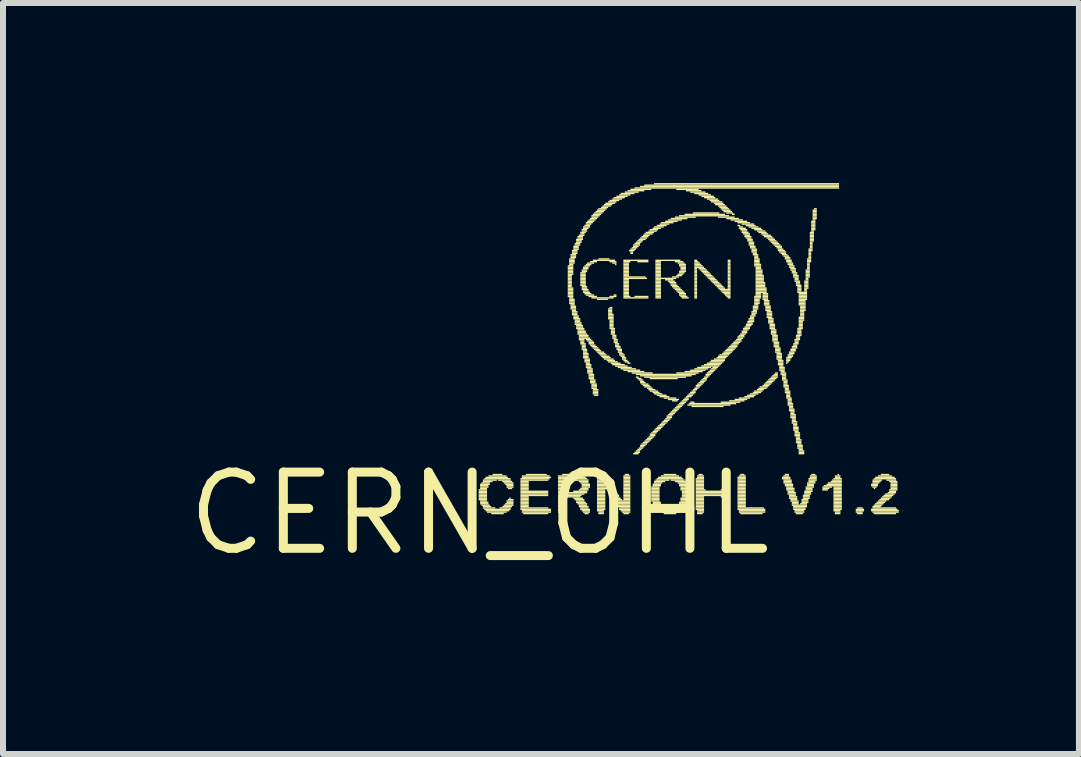
<source format=kicad_pcb>
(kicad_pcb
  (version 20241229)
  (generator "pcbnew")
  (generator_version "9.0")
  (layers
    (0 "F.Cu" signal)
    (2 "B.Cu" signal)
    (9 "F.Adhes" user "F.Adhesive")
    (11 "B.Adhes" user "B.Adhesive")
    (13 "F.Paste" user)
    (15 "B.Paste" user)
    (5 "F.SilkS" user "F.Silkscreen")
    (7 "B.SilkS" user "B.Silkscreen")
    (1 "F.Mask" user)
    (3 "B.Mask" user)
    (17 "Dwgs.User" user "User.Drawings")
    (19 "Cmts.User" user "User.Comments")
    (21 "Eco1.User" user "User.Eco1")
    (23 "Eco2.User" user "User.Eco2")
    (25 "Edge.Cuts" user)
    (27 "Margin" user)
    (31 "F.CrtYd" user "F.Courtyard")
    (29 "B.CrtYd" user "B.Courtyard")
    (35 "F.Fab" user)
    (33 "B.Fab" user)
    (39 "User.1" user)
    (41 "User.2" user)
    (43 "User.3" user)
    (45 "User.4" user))
  (footprint "CERN_OHL"
    (layer "F.Cu")
    (at 4.936 5.505)
    (property "Reference" "CERN_OHL" (at 0 0 0) (layer "F.SilkS") (effects (font (size 1.27 1.27) (thickness 0.15))))
    (attr through_hole)
    (fp_poly (pts (xy -0.012 -0.382) (xy 0.128 -0.382) (xy 0.128 -0.406) (xy -0.012 -0.406)) (stroke (width 0) (type solid)) (fill yes) (layer "F.SilkS"))
    (fp_poly (pts (xy -0.012 -0.359) (xy 0.128 -0.359) (xy 0.128 -0.382) (xy -0.012 -0.382)) (stroke (width 0) (type solid)) (fill yes) (layer "F.SilkS"))
    (fp_poly (pts (xy -0.012 -0.336) (xy 0.128 -0.336) (xy 0.128 -0.359) (xy -0.012 -0.359)) (stroke (width 0) (type solid)) (fill yes) (layer "F.SilkS"))
    (fp_poly (pts (xy -0.012 -0.313) (xy 0.128 -0.313) (xy 0.128 -0.336) (xy -0.012 -0.336)) (stroke (width 0) (type solid)) (fill yes) (layer "F.SilkS"))
    (fp_poly (pts (xy -0.012 -0.29) (xy 0.128 -0.29) (xy 0.128 -0.313) (xy -0.012 -0.313)) (stroke (width 0) (type solid)) (fill yes) (layer "F.SilkS"))
    (fp_poly (pts (xy -0.012 -0.267) (xy 0.128 -0.267) (xy 0.128 -0.29) (xy -0.012 -0.29)) (stroke (width 0) (type solid)) (fill yes) (layer "F.SilkS"))
    (fp_poly (pts (xy -0.012 -0.243) (xy 0.128 -0.243) (xy 0.128 -0.267) (xy -0.012 -0.267)) (stroke (width 0) (type solid)) (fill yes) (layer "F.SilkS"))
    (fp_poly (pts (xy -0.012 -0.22) (xy 0.128 -0.22) (xy 0.128 -0.243) (xy -0.012 -0.243)) (stroke (width 0) (type solid)) (fill yes) (layer "F.SilkS"))
    (fp_poly (pts (xy 0.012 -0.475) (xy 0.174 -0.475) (xy 0.174 -0.498) (xy 0.012 -0.498)) (stroke (width 0) (type solid)) (fill yes) (layer "F.SilkS"))
    (fp_poly (pts (xy 0.012 -0.452) (xy 0.151 -0.452) (xy 0.151 -0.475) (xy 0.012 -0.475)) (stroke (width 0) (type solid)) (fill yes) (layer "F.SilkS"))
    (fp_poly (pts (xy 0.012 -0.429) (xy 0.151 -0.429) (xy 0.151 -0.452) (xy 0.012 -0.452)) (stroke (width 0) (type solid)) (fill yes) (layer "F.SilkS"))
    (fp_poly (pts (xy 0.012 -0.406) (xy 0.128 -0.406) (xy 0.128 -0.429) (xy 0.012 -0.429)) (stroke (width 0) (type solid)) (fill yes) (layer "F.SilkS"))
    (fp_poly (pts (xy 0.012 -0.197) (xy 0.128 -0.197) (xy 0.128 -0.22) (xy 0.012 -0.22)) (stroke (width 0) (type solid)) (fill yes) (layer "F.SilkS"))
    (fp_poly (pts (xy 0.012 -0.174) (xy 0.151 -0.174) (xy 0.151 -0.197) (xy 0.012 -0.197)) (stroke (width 0) (type solid)) (fill yes) (layer "F.SilkS"))
    (fp_poly (pts (xy 0.012 -0.151) (xy 0.151 -0.151) (xy 0.151 -0.174) (xy 0.012 -0.174)) (stroke (width 0) (type solid)) (fill yes) (layer "F.SilkS"))
    (fp_poly (pts (xy 0.035 -0.498) (xy 0.174 -0.498) (xy 0.174 -0.522) (xy 0.035 -0.522)) (stroke (width 0) (type solid)) (fill yes) (layer "F.SilkS"))
    (fp_poly (pts (xy 0.035 -0.127) (xy 0.174 -0.127) (xy 0.174 -0.151) (xy 0.035 -0.151)) (stroke (width 0) (type solid)) (fill yes) (layer "F.SilkS"))
    (fp_poly (pts (xy 0.058 -0.545) (xy 0.29 -0.545) (xy 0.29 -0.568) (xy 0.058 -0.568)) (stroke (width 0) (type solid)) (fill yes) (layer "F.SilkS"))
    (fp_poly (pts (xy 0.058 -0.522) (xy 0.22 -0.522) (xy 0.22 -0.545) (xy 0.058 -0.545)) (stroke (width 0) (type solid)) (fill yes) (layer "F.SilkS"))
    (fp_poly (pts (xy 0.058 -0.104) (xy 0.197 -0.104) (xy 0.197 -0.127) (xy 0.058 -0.127)) (stroke (width 0) (type solid)) (fill yes) (layer "F.SilkS"))
    (fp_poly (pts (xy 0.058 -0.081) (xy 0.267 -0.081) (xy 0.267 -0.104) (xy 0.058 -0.104)) (stroke (width 0) (type solid)) (fill yes) (layer "F.SilkS"))
    (fp_poly (pts (xy 0.081 -0.568) (xy 0.521 -0.568) (xy 0.521 -0.591) (xy 0.081 -0.591)) (stroke (width 0) (type solid)) (fill yes) (layer "F.SilkS"))
    (fp_poly (pts (xy 0.081 -0.058) (xy 0.521 -0.058) (xy 0.521 -0.081) (xy 0.081 -0.081)) (stroke (width 0) (type solid)) (fill yes) (layer "F.SilkS"))
    (fp_poly (pts (xy 0.104 -0.591) (xy 0.475 -0.591) (xy 0.475 -0.614) (xy 0.104 -0.614)) (stroke (width 0) (type solid)) (fill yes) (layer "F.SilkS"))
    (fp_poly (pts (xy 0.104 -0.035) (xy 0.498 -0.035) (xy 0.498 -0.058) (xy 0.104 -0.058)) (stroke (width 0) (type solid)) (fill yes) (layer "F.SilkS"))
    (fp_poly (pts (xy 0.128 -0.012) (xy 0.452 -0.012) (xy 0.452 -0.035) (xy 0.128 -0.035)) (stroke (width 0) (type solid)) (fill yes) (layer "F.SilkS"))
    (fp_poly (pts (xy 0.151 -0.614) (xy 0.452 -0.614) (xy 0.452 -0.637) (xy 0.151 -0.637)) (stroke (width 0) (type solid)) (fill yes) (layer "F.SilkS"))
    (fp_poly (pts (xy 0.197 0.012) (xy 0.406 0.012) (xy 0.406 -0.012) (xy 0.197 -0.012)) (stroke (width 0) (type solid)) (fill yes) (layer "F.SilkS"))
    (fp_poly (pts (xy 0.22 -0.637) (xy 0.383 -0.637) (xy 0.383 -0.661) (xy 0.22 -0.661)) (stroke (width 0) (type solid)) (fill yes) (layer "F.SilkS"))
    (fp_poly (pts (xy 0.313 -0.545) (xy 0.521 -0.545) (xy 0.521 -0.568) (xy 0.313 -0.568)) (stroke (width 0) (type solid)) (fill yes) (layer "F.SilkS"))
    (fp_poly (pts (xy 0.336 -0.081) (xy 0.521 -0.081) (xy 0.521 -0.104) (xy 0.336 -0.104)) (stroke (width 0) (type solid)) (fill yes) (layer "F.SilkS"))
    (fp_poly (pts (xy 0.383 -0.522) (xy 0.545 -0.522) (xy 0.545 -0.545) (xy 0.383 -0.545)) (stroke (width 0) (type solid)) (fill yes) (layer "F.SilkS"))
    (fp_poly (pts (xy 0.383 -0.104) (xy 0.545 -0.104) (xy 0.545 -0.127) (xy 0.383 -0.127)) (stroke (width 0) (type solid)) (fill yes) (layer "F.SilkS"))
    (fp_poly (pts (xy 0.406 -0.498) (xy 0.568 -0.498) (xy 0.568 -0.522) (xy 0.406 -0.522)) (stroke (width 0) (type solid)) (fill yes) (layer "F.SilkS"))
    (fp_poly (pts (xy 0.406 -0.127) (xy 0.568 -0.127) (xy 0.568 -0.151) (xy 0.406 -0.151)) (stroke (width 0) (type solid)) (fill yes) (layer "F.SilkS"))
    (fp_poly (pts (xy 0.429 -0.475) (xy 0.568 -0.475) (xy 0.568 -0.498) (xy 0.429 -0.498)) (stroke (width 0) (type solid)) (fill yes) (layer "F.SilkS"))
    (fp_poly (pts (xy 0.429 -0.151) (xy 0.568 -0.151) (xy 0.568 -0.174) (xy 0.429 -0.174)) (stroke (width 0) (type solid)) (fill yes) (layer "F.SilkS"))
    (fp_poly (pts (xy 0.452 -0.452) (xy 0.568 -0.452) (xy 0.568 -0.475) (xy 0.452 -0.475)) (stroke (width 0) (type solid)) (fill yes) (layer "F.SilkS"))
    (fp_poly (pts (xy 0.452 -0.429) (xy 0.568 -0.429) (xy 0.568 -0.452) (xy 0.452 -0.452)) (stroke (width 0) (type solid)) (fill yes) (layer "F.SilkS"))
    (fp_poly (pts (xy 0.452 -0.197) (xy 0.568 -0.197) (xy 0.568 -0.22) (xy 0.452 -0.22)) (stroke (width 0) (type solid)) (fill yes) (layer "F.SilkS"))
    (fp_poly (pts (xy 0.452 -0.174) (xy 0.568 -0.174) (xy 0.568 -0.197) (xy 0.452 -0.197)) (stroke (width 0) (type solid)) (fill yes) (layer "F.SilkS"))
    (fp_poly (pts (xy 0.475 -0.406) (xy 0.545 -0.406) (xy 0.545 -0.429) (xy 0.475 -0.429)) (stroke (width 0) (type solid)) (fill yes) (layer "F.SilkS"))
    (fp_poly (pts (xy 0.475 -0.22) (xy 0.568 -0.22) (xy 0.568 -0.243) (xy 0.475 -0.243)) (stroke (width 0) (type solid)) (fill yes) (layer "F.SilkS"))
    (fp_poly (pts (xy 0.498 -0.243) (xy 0.521 -0.243) (xy 0.521 -0.267) (xy 0.498 -0.267)) (stroke (width 0) (type solid)) (fill yes) (layer "F.SilkS"))
    (fp_poly (pts (xy 0.684 -0.568) (xy 1.171 -0.568) (xy 1.171 -0.591) (xy 0.684 -0.591)) (stroke (width 0) (type solid)) (fill yes) (layer "F.SilkS"))
    (fp_poly (pts (xy 0.684 -0.545) (xy 1.147 -0.545) (xy 1.147 -0.568) (xy 0.684 -0.568)) (stroke (width 0) (type solid)) (fill yes) (layer "F.SilkS"))
    (fp_poly (pts (xy 0.684 -0.522) (xy 0.823 -0.522) (xy 0.823 -0.545) (xy 0.684 -0.545)) (stroke (width 0) (type solid)) (fill yes) (layer "F.SilkS"))
    (fp_poly (pts (xy 0.684 -0.498) (xy 0.823 -0.498) (xy 0.823 -0.522) (xy 0.684 -0.522)) (stroke (width 0) (type solid)) (fill yes) (layer "F.SilkS"))
    (fp_poly (pts (xy 0.684 -0.475) (xy 0.823 -0.475) (xy 0.823 -0.498) (xy 0.684 -0.498)) (stroke (width 0) (type solid)) (fill yes) (layer "F.SilkS"))
    (fp_poly (pts (xy 0.684 -0.452) (xy 0.823 -0.452) (xy 0.823 -0.475) (xy 0.684 -0.475)) (stroke (width 0) (type solid)) (fill yes) (layer "F.SilkS"))
    (fp_poly (pts (xy 0.684 -0.429) (xy 0.823 -0.429) (xy 0.823 -0.452) (xy 0.684 -0.452)) (stroke (width 0) (type solid)) (fill yes) (layer "F.SilkS"))
    (fp_poly (pts (xy 0.684 -0.406) (xy 0.823 -0.406) (xy 0.823 -0.429) (xy 0.684 -0.429)) (stroke (width 0) (type solid)) (fill yes) (layer "F.SilkS"))
    (fp_poly (pts (xy 0.684 -0.382) (xy 0.823 -0.382) (xy 0.823 -0.406) (xy 0.684 -0.406)) (stroke (width 0) (type solid)) (fill yes) (layer "F.SilkS"))
    (fp_poly (pts (xy 0.684 -0.359) (xy 1.147 -0.359) (xy 1.147 -0.382) (xy 0.684 -0.382)) (stroke (width 0) (type solid)) (fill yes) (layer "F.SilkS"))
    (fp_poly (pts (xy 0.684 -0.336) (xy 1.147 -0.336) (xy 1.147 -0.359) (xy 0.684 -0.359)) (stroke (width 0) (type solid)) (fill yes) (layer "F.SilkS"))
    (fp_poly (pts (xy 0.684 -0.313) (xy 1.147 -0.313) (xy 1.147 -0.336) (xy 0.684 -0.336)) (stroke (width 0) (type solid)) (fill yes) (layer "F.SilkS"))
    (fp_poly (pts (xy 0.684 -0.29) (xy 1.147 -0.29) (xy 1.147 -0.313) (xy 0.684 -0.313)) (stroke (width 0) (type solid)) (fill yes) (layer "F.SilkS"))
    (fp_poly (pts (xy 0.684 -0.267) (xy 0.823 -0.267) (xy 0.823 -0.29) (xy 0.684 -0.29)) (stroke (width 0) (type solid)) (fill yes) (layer "F.SilkS"))
    (fp_poly (pts (xy 0.684 -0.243) (xy 0.823 -0.243) (xy 0.823 -0.267) (xy 0.684 -0.267)) (stroke (width 0) (type solid)) (fill yes) (layer "F.SilkS"))
    (fp_poly (pts (xy 0.684 -0.22) (xy 0.823 -0.22) (xy 0.823 -0.243) (xy 0.684 -0.243)) (stroke (width 0) (type solid)) (fill yes) (layer "F.SilkS"))
    (fp_poly (pts (xy 0.684 -0.197) (xy 0.823 -0.197) (xy 0.823 -0.22) (xy 0.684 -0.22)) (stroke (width 0) (type solid)) (fill yes) (layer "F.SilkS"))
    (fp_poly (pts (xy 0.684 -0.174) (xy 0.823 -0.174) (xy 0.823 -0.197) (xy 0.684 -0.197)) (stroke (width 0) (type solid)) (fill yes) (layer "F.SilkS"))
    (fp_poly (pts (xy 0.684 -0.151) (xy 0.823 -0.151) (xy 0.823 -0.174) (xy 0.684 -0.174)) (stroke (width 0) (type solid)) (fill yes) (layer "F.SilkS"))
    (fp_poly (pts (xy 0.684 -0.127) (xy 0.823 -0.127) (xy 0.823 -0.151) (xy 0.684 -0.151)) (stroke (width 0) (type solid)) (fill yes) (layer "F.SilkS"))
    (fp_poly (pts (xy 0.684 -0.104) (xy 0.823 -0.104) (xy 0.823 -0.127) (xy 0.684 -0.127)) (stroke (width 0) (type solid)) (fill yes) (layer "F.SilkS"))
    (fp_poly (pts (xy 0.684 -0.081) (xy 1.147 -0.081) (xy 1.147 -0.104) (xy 0.684 -0.104)) (stroke (width 0) (type solid)) (fill yes) (layer "F.SilkS"))
    (fp_poly (pts (xy 0.684 -0.058) (xy 1.194 -0.058) (xy 1.194 -0.081) (xy 0.684 -0.081)) (stroke (width 0) (type solid)) (fill yes) (layer "F.SilkS"))
    (fp_poly (pts (xy 0.707 -0.614) (xy 1.171 -0.614) (xy 1.171 -0.637) (xy 0.707 -0.637)) (stroke (width 0) (type solid)) (fill yes) (layer "F.SilkS"))
    (fp_poly (pts (xy 0.707 -0.591) (xy 1.194 -0.591) (xy 1.194 -0.614) (xy 0.707 -0.614)) (stroke (width 0) (type solid)) (fill yes) (layer "F.SilkS"))
    (fp_poly (pts (xy 0.707 -0.035) (xy 1.194 -0.035) (xy 1.194 -0.058) (xy 0.707 -0.058)) (stroke (width 0) (type solid)) (fill yes) (layer "F.SilkS"))
    (fp_poly (pts (xy 0.707 -0.012) (xy 1.194 -0.012) (xy 1.194 -0.035) (xy 0.707 -0.035)) (stroke (width 0) (type solid)) (fill yes) (layer "F.SilkS"))
    (fp_poly (pts (xy 0.73 0.012) (xy 1.147 0.012) (xy 1.147 -0.012) (xy 0.73 -0.012)) (stroke (width 0) (type solid)) (fill yes) (layer "F.SilkS"))
    (fp_poly (pts (xy 0.776 -0.637) (xy 1.124 -0.637) (xy 1.124 -0.661) (xy 0.776 -0.661)) (stroke (width 0) (type solid)) (fill yes) (layer "F.SilkS"))
    (fp_poly (pts (xy 1.31 -0.614) (xy 1.75 -0.614) (xy 1.75 -0.637) (xy 1.31 -0.637)) (stroke (width 0) (type solid)) (fill yes) (layer "F.SilkS"))
    (fp_poly (pts (xy 1.31 -0.591) (xy 1.773 -0.591) (xy 1.773 -0.614) (xy 1.31 -0.614)) (stroke (width 0) (type solid)) (fill yes) (layer "F.SilkS"))
    (fp_poly (pts (xy 1.31 -0.568) (xy 1.796 -0.568) (xy 1.796 -0.591) (xy 1.31 -0.591)) (stroke (width 0) (type solid)) (fill yes) (layer "F.SilkS"))
    (fp_poly (pts (xy 1.31 -0.545) (xy 1.819 -0.545) (xy 1.819 -0.568) (xy 1.31 -0.568)) (stroke (width 0) (type solid)) (fill yes) (layer "F.SilkS"))
    (fp_poly (pts (xy 1.31 -0.522) (xy 1.425 -0.522) (xy 1.425 -0.545) (xy 1.31 -0.545)) (stroke (width 0) (type solid)) (fill yes) (layer "F.SilkS"))
    (fp_poly (pts (xy 1.31 -0.498) (xy 1.425 -0.498) (xy 1.425 -0.522) (xy 1.31 -0.522)) (stroke (width 0) (type solid)) (fill yes) (layer "F.SilkS"))
    (fp_poly (pts (xy 1.31 -0.475) (xy 1.425 -0.475) (xy 1.425 -0.498) (xy 1.31 -0.498)) (stroke (width 0) (type solid)) (fill yes) (layer "F.SilkS"))
    (fp_poly (pts (xy 1.31 -0.452) (xy 1.425 -0.452) (xy 1.425 -0.475) (xy 1.31 -0.475)) (stroke (width 0) (type solid)) (fill yes) (layer "F.SilkS"))
    (fp_poly (pts (xy 1.31 -0.429) (xy 1.425 -0.429) (xy 1.425 -0.452) (xy 1.31 -0.452)) (stroke (width 0) (type solid)) (fill yes) (layer "F.SilkS"))
    (fp_poly (pts (xy 1.31 -0.406) (xy 1.425 -0.406) (xy 1.425 -0.429) (xy 1.31 -0.429)) (stroke (width 0) (type solid)) (fill yes) (layer "F.SilkS"))
    (fp_poly (pts (xy 1.31 -0.382) (xy 1.425 -0.382) (xy 1.425 -0.406) (xy 1.31 -0.406)) (stroke (width 0) (type solid)) (fill yes) (layer "F.SilkS"))
    (fp_poly (pts (xy 1.31 -0.359) (xy 1.449 -0.359) (xy 1.449 -0.382) (xy 1.31 -0.382)) (stroke (width 0) (type solid)) (fill yes) (layer "F.SilkS"))
    (fp_poly (pts (xy 1.31 -0.336) (xy 1.796 -0.336) (xy 1.796 -0.359) (xy 1.31 -0.359)) (stroke (width 0) (type solid)) (fill yes) (layer "F.SilkS"))
    (fp_poly (pts (xy 1.31 -0.313) (xy 1.75 -0.313) (xy 1.75 -0.336) (xy 1.31 -0.336)) (stroke (width 0) (type solid)) (fill yes) (layer "F.SilkS"))
    (fp_poly (pts (xy 1.31 -0.29) (xy 1.704 -0.29) (xy 1.704 -0.313) (xy 1.31 -0.313)) (stroke (width 0) (type solid)) (fill yes) (layer "F.SilkS"))
    (fp_poly (pts (xy 1.31 -0.267) (xy 1.681 -0.267) (xy 1.681 -0.29) (xy 1.31 -0.29)) (stroke (width 0) (type solid)) (fill yes) (layer "F.SilkS"))
    (fp_poly (pts (xy 1.31 -0.243) (xy 1.425 -0.243) (xy 1.425 -0.267) (xy 1.31 -0.267)) (stroke (width 0) (type solid)) (fill yes) (layer "F.SilkS"))
    (fp_poly (pts (xy 1.31 -0.22) (xy 1.425 -0.22) (xy 1.425 -0.243) (xy 1.31 -0.243)) (stroke (width 0) (type solid)) (fill yes) (layer "F.SilkS"))
    (fp_poly (pts (xy 1.31 -0.197) (xy 1.425 -0.197) (xy 1.425 -0.22) (xy 1.31 -0.22)) (stroke (width 0) (type solid)) (fill yes) (layer "F.SilkS"))
    (fp_poly (pts (xy 1.31 -0.174) (xy 1.425 -0.174) (xy 1.425 -0.197) (xy 1.31 -0.197)) (stroke (width 0) (type solid)) (fill yes) (layer "F.SilkS"))
    (fp_poly (pts (xy 1.31 -0.151) (xy 1.425 -0.151) (xy 1.425 -0.174) (xy 1.31 -0.174)) (stroke (width 0) (type solid)) (fill yes) (layer "F.SilkS"))
    (fp_poly (pts (xy 1.31 -0.127) (xy 1.425 -0.127) (xy 1.425 -0.151) (xy 1.31 -0.151)) (stroke (width 0) (type solid)) (fill yes) (layer "F.SilkS"))
    (fp_poly (pts (xy 1.31 -0.104) (xy 1.425 -0.104) (xy 1.425 -0.127) (xy 1.31 -0.127)) (stroke (width 0) (type solid)) (fill yes) (layer "F.SilkS"))
    (fp_poly (pts (xy 1.31 -0.081) (xy 1.425 -0.081) (xy 1.425 -0.104) (xy 1.31 -0.104)) (stroke (width 0) (type solid)) (fill yes) (layer "F.SilkS"))
    (fp_poly (pts (xy 1.31 -0.058) (xy 1.425 -0.058) (xy 1.425 -0.081) (xy 1.31 -0.081)) (stroke (width 0) (type solid)) (fill yes) (layer "F.SilkS"))
    (fp_poly (pts (xy 1.31 -0.035) (xy 1.425 -0.035) (xy 1.425 -0.058) (xy 1.31 -0.058)) (stroke (width 0) (type solid)) (fill yes) (layer "F.SilkS"))
    (fp_poly (pts (xy 1.31 -0.012) (xy 1.425 -0.012) (xy 1.425 -0.035) (xy 1.31 -0.035)) (stroke (width 0) (type solid)) (fill yes) (layer "F.SilkS"))
    (fp_poly (pts (xy 1.333 0.012) (xy 1.402 0.012) (xy 1.402 -0.012) (xy 1.333 -0.012)) (stroke (width 0) (type solid)) (fill yes) (layer "F.SilkS"))
    (fp_poly (pts (xy 1.379 -0.637) (xy 1.634 -0.637) (xy 1.634 -0.661) (xy 1.379 -0.661)) (stroke (width 0) (type solid)) (fill yes) (layer "F.SilkS"))
    (fp_poly (pts (xy 1.472 -4.114) (xy 1.565 -4.114) (xy 1.565 -4.137) (xy 1.472 -4.137)) (stroke (width 0) (type solid)) (fill yes) (layer "F.SilkS"))
    (fp_poly (pts (xy 1.472 -4.091) (xy 1.565 -4.091) (xy 1.565 -4.114) (xy 1.472 -4.114)) (stroke (width 0) (type solid)) (fill yes) (layer "F.SilkS"))
    (fp_poly (pts (xy 1.472 -4.068) (xy 1.565 -4.068) (xy 1.565 -4.091) (xy 1.472 -4.091)) (stroke (width 0) (type solid)) (fill yes) (layer "F.SilkS"))
    (fp_poly (pts (xy 1.472 -4.045) (xy 1.565 -4.045) (xy 1.565 -4.068) (xy 1.472 -4.068)) (stroke (width 0) (type solid)) (fill yes) (layer "F.SilkS"))
    (fp_poly (pts (xy 1.472 -4.022) (xy 1.565 -4.022) (xy 1.565 -4.045) (xy 1.472 -4.045)) (stroke (width 0) (type solid)) (fill yes) (layer "F.SilkS"))
    (fp_poly (pts (xy 1.472 -3.998) (xy 1.565 -3.998) (xy 1.565 -4.022) (xy 1.472 -4.022)) (stroke (width 0) (type solid)) (fill yes) (layer "F.SilkS"))
    (fp_poly (pts (xy 1.472 -3.975) (xy 1.565 -3.975) (xy 1.565 -3.998) (xy 1.472 -3.998)) (stroke (width 0) (type solid)) (fill yes) (layer "F.SilkS"))
    (fp_poly (pts (xy 1.472 -3.952) (xy 1.541 -3.952) (xy 1.541 -3.975) (xy 1.472 -3.975)) (stroke (width 0) (type solid)) (fill yes) (layer "F.SilkS"))
    (fp_poly (pts (xy 1.472 -3.929) (xy 1.541 -3.929) (xy 1.541 -3.952) (xy 1.472 -3.952)) (stroke (width 0) (type solid)) (fill yes) (layer "F.SilkS"))
    (fp_poly (pts (xy 1.472 -3.906) (xy 1.541 -3.906) (xy 1.541 -3.929) (xy 1.472 -3.929)) (stroke (width 0) (type solid)) (fill yes) (layer "F.SilkS"))
    (fp_poly (pts (xy 1.472 -3.882) (xy 1.541 -3.882) (xy 1.541 -3.906) (xy 1.472 -3.906)) (stroke (width 0) (type solid)) (fill yes) (layer "F.SilkS"))
    (fp_poly (pts (xy 1.472 -3.859) (xy 1.541 -3.859) (xy 1.541 -3.882) (xy 1.472 -3.882)) (stroke (width 0) (type solid)) (fill yes) (layer "F.SilkS"))
    (fp_poly (pts (xy 1.472 -3.836) (xy 1.541 -3.836) (xy 1.541 -3.859) (xy 1.472 -3.859)) (stroke (width 0) (type solid)) (fill yes) (layer "F.SilkS"))
    (fp_poly (pts (xy 1.472 -3.813) (xy 1.541 -3.813) (xy 1.541 -3.836) (xy 1.472 -3.836)) (stroke (width 0) (type solid)) (fill yes) (layer "F.SilkS"))
    (fp_poly (pts (xy 1.472 -3.79) (xy 1.541 -3.79) (xy 1.541 -3.813) (xy 1.472 -3.813)) (stroke (width 0) (type solid)) (fill yes) (layer "F.SilkS"))
    (fp_poly (pts (xy 1.472 -3.767) (xy 1.541 -3.767) (xy 1.541 -3.79) (xy 1.472 -3.79)) (stroke (width 0) (type solid)) (fill yes) (layer "F.SilkS"))
    (fp_poly (pts (xy 1.472 -3.743) (xy 1.565 -3.743) (xy 1.565 -3.767) (xy 1.472 -3.767)) (stroke (width 0) (type solid)) (fill yes) (layer "F.SilkS"))
    (fp_poly (pts (xy 1.472 -3.72) (xy 1.565 -3.72) (xy 1.565 -3.743) (xy 1.472 -3.743)) (stroke (width 0) (type solid)) (fill yes) (layer "F.SilkS"))
    (fp_poly (pts (xy 1.472 -3.697) (xy 1.565 -3.697) (xy 1.565 -3.72) (xy 1.472 -3.72)) (stroke (width 0) (type solid)) (fill yes) (layer "F.SilkS"))
    (fp_poly (pts (xy 1.472 -3.674) (xy 1.565 -3.674) (xy 1.565 -3.697) (xy 1.472 -3.697)) (stroke (width 0) (type solid)) (fill yes) (layer "F.SilkS"))
    (fp_poly (pts (xy 1.472 -3.651) (xy 1.565 -3.651) (xy 1.565 -3.674) (xy 1.472 -3.674)) (stroke (width 0) (type solid)) (fill yes) (layer "F.SilkS"))
    (fp_poly (pts (xy 1.472 -3.627) (xy 1.565 -3.627) (xy 1.565 -3.651) (xy 1.472 -3.651)) (stroke (width 0) (type solid)) (fill yes) (layer "F.SilkS"))
    (fp_poly (pts (xy 1.472 -3.604) (xy 1.565 -3.604) (xy 1.565 -3.627) (xy 1.472 -3.627)) (stroke (width 0) (type solid)) (fill yes) (layer "F.SilkS"))
    (fp_poly (pts (xy 1.495 -4.23) (xy 1.588 -4.23) (xy 1.588 -4.253) (xy 1.495 -4.253)) (stroke (width 0) (type solid)) (fill yes) (layer "F.SilkS"))
    (fp_poly (pts (xy 1.495 -4.207) (xy 1.588 -4.207) (xy 1.588 -4.23) (xy 1.495 -4.23)) (stroke (width 0) (type solid)) (fill yes) (layer "F.SilkS"))
    (fp_poly (pts (xy 1.495 -4.184) (xy 1.588 -4.184) (xy 1.588 -4.207) (xy 1.495 -4.207)) (stroke (width 0) (type solid)) (fill yes) (layer "F.SilkS"))
    (fp_poly (pts (xy 1.495 -4.161) (xy 1.588 -4.161) (xy 1.588 -4.184) (xy 1.495 -4.184)) (stroke (width 0) (type solid)) (fill yes) (layer "F.SilkS"))
    (fp_poly (pts (xy 1.495 -4.137) (xy 1.565 -4.137) (xy 1.565 -4.161) (xy 1.495 -4.161)) (stroke (width 0) (type solid)) (fill yes) (layer "F.SilkS"))
    (fp_poly (pts (xy 1.495 -3.581) (xy 1.565 -3.581) (xy 1.565 -3.604) (xy 1.495 -3.604)) (stroke (width 0) (type solid)) (fill yes) (layer "F.SilkS"))
    (fp_poly (pts (xy 1.495 -3.558) (xy 1.588 -3.558) (xy 1.588 -3.581) (xy 1.495 -3.581)) (stroke (width 0) (type solid)) (fill yes) (layer "F.SilkS"))
    (fp_poly (pts (xy 1.495 -3.535) (xy 1.588 -3.535) (xy 1.588 -3.558) (xy 1.495 -3.558)) (stroke (width 0) (type solid)) (fill yes) (layer "F.SilkS"))
    (fp_poly (pts (xy 1.495 -3.512) (xy 1.588 -3.512) (xy 1.588 -3.535) (xy 1.495 -3.535)) (stroke (width 0) (type solid)) (fill yes) (layer "F.SilkS"))
    (fp_poly (pts (xy 1.495 -3.488) (xy 1.588 -3.488) (xy 1.588 -3.512) (xy 1.495 -3.512)) (stroke (width 0) (type solid)) (fill yes) (layer "F.SilkS"))
    (fp_poly (pts (xy 1.518 -4.3) (xy 1.611 -4.3) (xy 1.611 -4.323) (xy 1.518 -4.323)) (stroke (width 0) (type solid)) (fill yes) (layer "F.SilkS"))
    (fp_poly (pts (xy 1.518 -4.276) (xy 1.611 -4.276) (xy 1.611 -4.3) (xy 1.518 -4.3)) (stroke (width 0) (type solid)) (fill yes) (layer "F.SilkS"))
    (fp_poly (pts (xy 1.518 -4.253) (xy 1.611 -4.253) (xy 1.611 -4.276) (xy 1.518 -4.276)) (stroke (width 0) (type solid)) (fill yes) (layer "F.SilkS"))
    (fp_poly (pts (xy 1.518 -3.465) (xy 1.588 -3.465) (xy 1.588 -3.488) (xy 1.518 -3.488)) (stroke (width 0) (type solid)) (fill yes) (layer "F.SilkS"))
    (fp_poly (pts (xy 1.518 -3.442) (xy 1.611 -3.442) (xy 1.611 -3.465) (xy 1.518 -3.465)) (stroke (width 0) (type solid)) (fill yes) (layer "F.SilkS"))
    (fp_poly (pts (xy 1.518 -3.419) (xy 1.611 -3.419) (xy 1.611 -3.442) (xy 1.518 -3.442)) (stroke (width 0) (type solid)) (fill yes) (layer "F.SilkS"))
    (fp_poly (pts (xy 1.518 -3.396) (xy 1.611 -3.396) (xy 1.611 -3.419) (xy 1.518 -3.419)) (stroke (width 0) (type solid)) (fill yes) (layer "F.SilkS"))
    (fp_poly (pts (xy 1.541 -4.369) (xy 1.634 -4.369) (xy 1.634 -4.392) (xy 1.541 -4.392)) (stroke (width 0) (type solid)) (fill yes) (layer "F.SilkS"))
    (fp_poly (pts (xy 1.541 -4.346) (xy 1.634 -4.346) (xy 1.634 -4.369) (xy 1.541 -4.369)) (stroke (width 0) (type solid)) (fill yes) (layer "F.SilkS"))
    (fp_poly (pts (xy 1.541 -4.323) (xy 1.634 -4.323) (xy 1.634 -4.346) (xy 1.541 -4.346)) (stroke (width 0) (type solid)) (fill yes) (layer "F.SilkS"))
    (fp_poly (pts (xy 1.541 -3.373) (xy 1.611 -3.373) (xy 1.611 -3.396) (xy 1.541 -3.396)) (stroke (width 0) (type solid)) (fill yes) (layer "F.SilkS"))
    (fp_poly (pts (xy 1.541 -3.349) (xy 1.634 -3.349) (xy 1.634 -3.373) (xy 1.541 -3.373)) (stroke (width 0) (type solid)) (fill yes) (layer "F.SilkS"))
    (fp_poly (pts (xy 1.541 -3.326) (xy 1.634 -3.326) (xy 1.634 -3.349) (xy 1.541 -3.349)) (stroke (width 0) (type solid)) (fill yes) (layer "F.SilkS"))
    (fp_poly (pts (xy 1.541 -3.303) (xy 1.634 -3.303) (xy 1.634 -3.326) (xy 1.541 -3.326)) (stroke (width 0) (type solid)) (fill yes) (layer "F.SilkS"))
    (fp_poly (pts (xy 1.565 -4.439) (xy 1.657 -4.439) (xy 1.657 -4.462) (xy 1.565 -4.462)) (stroke (width 0) (type solid)) (fill yes) (layer "F.SilkS"))
    (fp_poly (pts (xy 1.565 -4.416) (xy 1.657 -4.416) (xy 1.657 -4.439) (xy 1.565 -4.439)) (stroke (width 0) (type solid)) (fill yes) (layer "F.SilkS"))
    (fp_poly (pts (xy 1.565 -4.392) (xy 1.657 -4.392) (xy 1.657 -4.416) (xy 1.565 -4.416)) (stroke (width 0) (type solid)) (fill yes) (layer "F.SilkS"))
    (fp_poly (pts (xy 1.565 -3.28) (xy 1.657 -3.28) (xy 1.657 -3.303) (xy 1.565 -3.303)) (stroke (width 0) (type solid)) (fill yes) (layer "F.SilkS"))
    (fp_poly (pts (xy 1.565 -3.257) (xy 1.657 -3.257) (xy 1.657 -3.28) (xy 1.565 -3.28)) (stroke (width 0) (type solid)) (fill yes) (layer "F.SilkS"))
    (fp_poly (pts (xy 1.565 -3.233) (xy 1.681 -3.233) (xy 1.681 -3.257) (xy 1.565 -3.257)) (stroke (width 0) (type solid)) (fill yes) (layer "F.SilkS"))
    (fp_poly (pts (xy 1.565 -0.359) (xy 1.796 -0.359) (xy 1.796 -0.382) (xy 1.565 -0.382)) (stroke (width 0) (type solid)) (fill yes) (layer "F.SilkS"))
    (fp_poly (pts (xy 1.565 -0.243) (xy 1.727 -0.243) (xy 1.727 -0.267) (xy 1.565 -0.267)) (stroke (width 0) (type solid)) (fill yes) (layer "F.SilkS"))
    (fp_poly (pts (xy 1.588 -4.485) (xy 1.681 -4.485) (xy 1.681 -4.508) (xy 1.588 -4.508)) (stroke (width 0) (type solid)) (fill yes) (layer "F.SilkS"))
    (fp_poly (pts (xy 1.588 -4.462) (xy 1.681 -4.462) (xy 1.681 -4.485) (xy 1.588 -4.485)) (stroke (width 0) (type solid)) (fill yes) (layer "F.SilkS"))
    (fp_poly (pts (xy 1.588 -3.21) (xy 1.681 -3.21) (xy 1.681 -3.233) (xy 1.588 -3.233)) (stroke (width 0) (type solid)) (fill yes) (layer "F.SilkS"))
    (fp_poly (pts (xy 1.588 -3.187) (xy 1.681 -3.187) (xy 1.681 -3.21) (xy 1.588 -3.21)) (stroke (width 0) (type solid)) (fill yes) (layer "F.SilkS"))
    (fp_poly (pts (xy 1.588 -3.164) (xy 1.704 -3.164) (xy 1.704 -3.187) (xy 1.588 -3.187)) (stroke (width 0) (type solid)) (fill yes) (layer "F.SilkS"))
    (fp_poly (pts (xy 1.588 -3.141) (xy 1.704 -3.141) (xy 1.704 -3.164) (xy 1.588 -3.164)) (stroke (width 0) (type solid)) (fill yes) (layer "F.SilkS"))
    (fp_poly (pts (xy 1.588 -0.22) (xy 1.75 -0.22) (xy 1.75 -0.243) (xy 1.588 -0.243)) (stroke (width 0) (type solid)) (fill yes) (layer "F.SilkS"))
    (fp_poly (pts (xy 1.611 -4.555) (xy 1.727 -4.555) (xy 1.727 -4.578) (xy 1.611 -4.578)) (stroke (width 0) (type solid)) (fill yes) (layer "F.SilkS"))
    (fp_poly (pts (xy 1.611 -4.531) (xy 1.704 -4.531) (xy 1.704 -4.555) (xy 1.611 -4.555)) (stroke (width 0) (type solid)) (fill yes) (layer "F.SilkS"))
    (fp_poly (pts (xy 1.611 -4.508) (xy 1.704 -4.508) (xy 1.704 -4.531) (xy 1.611 -4.531)) (stroke (width 0) (type solid)) (fill yes) (layer "F.SilkS"))
    (fp_poly (pts (xy 1.611 -3.118) (xy 1.727 -3.118) (xy 1.727 -3.141) (xy 1.611 -3.141)) (stroke (width 0) (type solid)) (fill yes) (layer "F.SilkS"))
    (fp_poly (pts (xy 1.611 -3.094) (xy 1.727 -3.094) (xy 1.727 -3.118) (xy 1.611 -3.118)) (stroke (width 0) (type solid)) (fill yes) (layer "F.SilkS"))
    (fp_poly (pts (xy 1.611 -3.071) (xy 1.75 -3.071) (xy 1.75 -3.094) (xy 1.611 -3.094)) (stroke (width 0) (type solid)) (fill yes) (layer "F.SilkS"))
    (fp_poly (pts (xy 1.611 -0.197) (xy 1.75 -0.197) (xy 1.75 -0.22) (xy 1.611 -0.22)) (stroke (width 0) (type solid)) (fill yes) (layer "F.SilkS"))
    (fp_poly (pts (xy 1.611 -0.174) (xy 1.773 -0.174) (xy 1.773 -0.197) (xy 1.611 -0.197)) (stroke (width 0) (type solid)) (fill yes) (layer "F.SilkS"))
    (fp_poly (pts (xy 1.634 -4.601) (xy 1.727 -4.601) (xy 1.727 -4.624) (xy 1.634 -4.624)) (stroke (width 0) (type solid)) (fill yes) (layer "F.SilkS"))
    (fp_poly (pts (xy 1.634 -4.578) (xy 1.727 -4.578) (xy 1.727 -4.601) (xy 1.634 -4.601)) (stroke (width 0) (type solid)) (fill yes) (layer "F.SilkS"))
    (fp_poly (pts (xy 1.634 -3.048) (xy 1.75 -3.048) (xy 1.75 -3.071) (xy 1.634 -3.071)) (stroke (width 0) (type solid)) (fill yes) (layer "F.SilkS"))
    (fp_poly (pts (xy 1.634 -3.025) (xy 1.773 -3.025) (xy 1.773 -3.048) (xy 1.634 -3.048)) (stroke (width 0) (type solid)) (fill yes) (layer "F.SilkS"))
    (fp_poly (pts (xy 1.634 -3.002) (xy 1.773 -3.002) (xy 1.773 -3.025) (xy 1.634 -3.025)) (stroke (width 0) (type solid)) (fill yes) (layer "F.SilkS"))
    (fp_poly (pts (xy 1.634 -2.978) (xy 1.796 -2.978) (xy 1.796 -3.002) (xy 1.634 -3.002)) (stroke (width 0) (type solid)) (fill yes) (layer "F.SilkS"))
    (fp_poly (pts (xy 1.634 -0.151) (xy 1.796 -0.151) (xy 1.796 -0.174) (xy 1.634 -0.174)) (stroke (width 0) (type solid)) (fill yes) (layer "F.SilkS"))
    (fp_poly (pts (xy 1.657 -4.624) (xy 1.75 -4.624) (xy 1.75 -4.647) (xy 1.657 -4.647)) (stroke (width 0) (type solid)) (fill yes) (layer "F.SilkS"))
    (fp_poly (pts (xy 1.657 -2.955) (xy 1.819 -2.955) (xy 1.819 -2.978) (xy 1.657 -2.978)) (stroke (width 0) (type solid)) (fill yes) (layer "F.SilkS"))
    (fp_poly (pts (xy 1.657 -2.932) (xy 1.819 -2.932) (xy 1.819 -2.955) (xy 1.657 -2.955)) (stroke (width 0) (type solid)) (fill yes) (layer "F.SilkS"))
    (fp_poly (pts (xy 1.657 -2.909) (xy 1.843 -2.909) (xy 1.843 -2.932) (xy 1.657 -2.932)) (stroke (width 0) (type solid)) (fill yes) (layer "F.SilkS"))
    (fp_poly (pts (xy 1.657 -2.886) (xy 1.75 -2.886) (xy 1.75 -2.909) (xy 1.657 -2.909)) (stroke (width 0) (type solid)) (fill yes) (layer "F.SilkS"))
    (fp_poly (pts (xy 1.657 -0.522) (xy 1.819 -0.522) (xy 1.819 -0.545) (xy 1.657 -0.545)) (stroke (width 0) (type solid)) (fill yes) (layer "F.SilkS"))
    (fp_poly (pts (xy 1.657 -0.382) (xy 1.819 -0.382) (xy 1.819 -0.406) (xy 1.657 -0.406)) (stroke (width 0) (type solid)) (fill yes) (layer "F.SilkS"))
    (fp_poly (pts (xy 1.657 -0.127) (xy 1.796 -0.127) (xy 1.796 -0.151) (xy 1.657 -0.151)) (stroke (width 0) (type solid)) (fill yes) (layer "F.SilkS"))
    (fp_poly (pts (xy 1.657 -0.104) (xy 1.819 -0.104) (xy 1.819 -0.127) (xy 1.657 -0.127)) (stroke (width 0) (type solid)) (fill yes) (layer "F.SilkS"))
    (fp_poly (pts (xy 1.681 -4.671) (xy 1.773 -4.671) (xy 1.773 -4.694) (xy 1.681 -4.694)) (stroke (width 0) (type solid)) (fill yes) (layer "F.SilkS"))
    (fp_poly (pts (xy 1.681 -4.647) (xy 1.75 -4.647) (xy 1.75 -4.671) (xy 1.681 -4.671)) (stroke (width 0) (type solid)) (fill yes) (layer "F.SilkS"))
    (fp_poly (pts (xy 1.681 -3.998) (xy 1.773 -3.998) (xy 1.773 -4.022) (xy 1.681 -4.022)) (stroke (width 0) (type solid)) (fill yes) (layer "F.SilkS"))
    (fp_poly (pts (xy 1.681 -3.975) (xy 1.773 -3.975) (xy 1.773 -3.998) (xy 1.681 -3.998)) (stroke (width 0) (type solid)) (fill yes) (layer "F.SilkS"))
    (fp_poly (pts (xy 1.681 -3.952) (xy 1.773 -3.952) (xy 1.773 -3.975) (xy 1.681 -3.975)) (stroke (width 0) (type solid)) (fill yes) (layer "F.SilkS"))
    (fp_poly (pts (xy 1.681 -3.929) (xy 1.773 -3.929) (xy 1.773 -3.952) (xy 1.681 -3.952)) (stroke (width 0) (type solid)) (fill yes) (layer "F.SilkS"))
    (fp_poly (pts (xy 1.681 -3.906) (xy 1.773 -3.906) (xy 1.773 -3.929) (xy 1.681 -3.929)) (stroke (width 0) (type solid)) (fill yes) (layer "F.SilkS"))
    (fp_poly (pts (xy 1.681 -3.882) (xy 1.773 -3.882) (xy 1.773 -3.906) (xy 1.681 -3.906)) (stroke (width 0) (type solid)) (fill yes) (layer "F.SilkS"))
    (fp_poly (pts (xy 1.681 -3.859) (xy 1.773 -3.859) (xy 1.773 -3.882) (xy 1.681 -3.882)) (stroke (width 0) (type solid)) (fill yes) (layer "F.SilkS"))
    (fp_poly (pts (xy 1.681 -3.836) (xy 1.773 -3.836) (xy 1.773 -3.859) (xy 1.681 -3.859)) (stroke (width 0) (type solid)) (fill yes) (layer "F.SilkS"))
    (fp_poly (pts (xy 1.681 -3.813) (xy 1.773 -3.813) (xy 1.773 -3.836) (xy 1.681 -3.836)) (stroke (width 0) (type solid)) (fill yes) (layer "F.SilkS"))
    (fp_poly (pts (xy 1.681 -3.79) (xy 1.773 -3.79) (xy 1.773 -3.813) (xy 1.681 -3.813)) (stroke (width 0) (type solid)) (fill yes) (layer "F.SilkS"))
    (fp_poly (pts (xy 1.681 -2.863) (xy 1.75 -2.863) (xy 1.75 -2.886) (xy 1.681 -2.886)) (stroke (width 0) (type solid)) (fill yes) (layer "F.SilkS"))
    (fp_poly (pts (xy 1.681 -2.839) (xy 1.75 -2.839) (xy 1.75 -2.863) (xy 1.681 -2.863)) (stroke (width 0) (type solid)) (fill yes) (layer "F.SilkS"))
    (fp_poly (pts (xy 1.681 -2.816) (xy 1.773 -2.816) (xy 1.773 -2.839) (xy 1.681 -2.839)) (stroke (width 0) (type solid)) (fill yes) (layer "F.SilkS"))
    (fp_poly (pts (xy 1.681 -0.498) (xy 1.819 -0.498) (xy 1.819 -0.522) (xy 1.681 -0.522)) (stroke (width 0) (type solid)) (fill yes) (layer "F.SilkS"))
    (fp_poly (pts (xy 1.681 -0.406) (xy 1.819 -0.406) (xy 1.819 -0.429) (xy 1.681 -0.429)) (stroke (width 0) (type solid)) (fill yes) (layer "F.SilkS"))
    (fp_poly (pts (xy 1.681 -0.081) (xy 1.819 -0.081) (xy 1.819 -0.104) (xy 1.681 -0.104)) (stroke (width 0) (type solid)) (fill yes) (layer "F.SilkS"))
    (fp_poly (pts (xy 1.681 -0.058) (xy 1.843 -0.058) (xy 1.843 -0.081) (xy 1.681 -0.081)) (stroke (width 0) (type solid)) (fill yes) (layer "F.SilkS"))
    (fp_poly (pts (xy 1.704 -4.717) (xy 1.796 -4.717) (xy 1.796 -4.74) (xy 1.704 -4.74)) (stroke (width 0) (type solid)) (fill yes) (layer "F.SilkS"))
    (fp_poly (pts (xy 1.704 -4.694) (xy 1.796 -4.694) (xy 1.796 -4.717) (xy 1.704 -4.717)) (stroke (width 0) (type solid)) (fill yes) (layer "F.SilkS"))
    (fp_poly (pts (xy 1.704 -4.045) (xy 1.796 -4.045) (xy 1.796 -4.068) (xy 1.704 -4.068)) (stroke (width 0) (type solid)) (fill yes) (layer "F.SilkS"))
    (fp_poly (pts (xy 1.704 -4.022) (xy 1.796 -4.022) (xy 1.796 -4.045) (xy 1.704 -4.045)) (stroke (width 0) (type solid)) (fill yes) (layer "F.SilkS"))
    (fp_poly (pts (xy 1.704 -3.767) (xy 1.796 -3.767) (xy 1.796 -3.79) (xy 1.704 -3.79)) (stroke (width 0) (type solid)) (fill yes) (layer "F.SilkS"))
    (fp_poly (pts (xy 1.704 -3.743) (xy 1.796 -3.743) (xy 1.796 -3.767) (xy 1.704 -3.767)) (stroke (width 0) (type solid)) (fill yes) (layer "F.SilkS"))
    (fp_poly (pts (xy 1.704 -3.72) (xy 1.819 -3.72) (xy 1.819 -3.743) (xy 1.704 -3.743)) (stroke (width 0) (type solid)) (fill yes) (layer "F.SilkS"))
    (fp_poly (pts (xy 1.704 -2.793) (xy 1.773 -2.793) (xy 1.773 -2.816) (xy 1.704 -2.816)) (stroke (width 0) (type solid)) (fill yes) (layer "F.SilkS"))
    (fp_poly (pts (xy 1.704 -2.77) (xy 1.773 -2.77) (xy 1.773 -2.793) (xy 1.704 -2.793)) (stroke (width 0) (type solid)) (fill yes) (layer "F.SilkS"))
    (fp_poly (pts (xy 1.704 -2.747) (xy 1.773 -2.747) (xy 1.773 -2.77) (xy 1.704 -2.77)) (stroke (width 0) (type solid)) (fill yes) (layer "F.SilkS"))
    (fp_poly (pts (xy 1.704 -2.724) (xy 1.796 -2.724) (xy 1.796 -2.747) (xy 1.704 -2.747)) (stroke (width 0) (type solid)) (fill yes) (layer "F.SilkS"))
    (fp_poly (pts (xy 1.704 -0.475) (xy 1.843 -0.475) (xy 1.843 -0.498) (xy 1.704 -0.498)) (stroke (width 0) (type solid)) (fill yes) (layer "F.SilkS"))
    (fp_poly (pts (xy 1.704 -0.452) (xy 1.843 -0.452) (xy 1.843 -0.475) (xy 1.704 -0.475)) (stroke (width 0) (type solid)) (fill yes) (layer "F.SilkS"))
    (fp_poly (pts (xy 1.704 -0.429) (xy 1.843 -0.429) (xy 1.843 -0.452) (xy 1.704 -0.452)) (stroke (width 0) (type solid)) (fill yes) (layer "F.SilkS"))
    (fp_poly (pts (xy 1.704 -0.035) (xy 1.843 -0.035) (xy 1.843 -0.058) (xy 1.704 -0.058)) (stroke (width 0) (type solid)) (fill yes) (layer "F.SilkS"))
    (fp_poly (pts (xy 1.727 -4.763) (xy 1.843 -4.763) (xy 1.843 -4.786) (xy 1.727 -4.786)) (stroke (width 0) (type solid)) (fill yes) (layer "F.SilkS"))
    (fp_poly (pts (xy 1.727 -4.74) (xy 1.819 -4.74) (xy 1.819 -4.763) (xy 1.727 -4.763)) (stroke (width 0) (type solid)) (fill yes) (layer "F.SilkS"))
    (fp_poly (pts (xy 1.727 -4.091) (xy 1.819 -4.091) (xy 1.819 -4.114) (xy 1.727 -4.114)) (stroke (width 0) (type solid)) (fill yes) (layer "F.SilkS"))
    (fp_poly (pts (xy 1.727 -4.068) (xy 1.819 -4.068) (xy 1.819 -4.091) (xy 1.727 -4.091)) (stroke (width 0) (type solid)) (fill yes) (layer "F.SilkS"))
    (fp_poly (pts (xy 1.727 -3.697) (xy 1.819 -3.697) (xy 1.819 -3.72) (xy 1.727 -3.72)) (stroke (width 0) (type solid)) (fill yes) (layer "F.SilkS"))
    (fp_poly (pts (xy 1.727 -3.674) (xy 1.843 -3.674) (xy 1.843 -3.697) (xy 1.727 -3.697)) (stroke (width 0) (type solid)) (fill yes) (layer "F.SilkS"))
    (fp_poly (pts (xy 1.727 -2.7) (xy 1.796 -2.7) (xy 1.796 -2.724) (xy 1.727 -2.724)) (stroke (width 0) (type solid)) (fill yes) (layer "F.SilkS"))
    (fp_poly (pts (xy 1.727 -2.677) (xy 1.796 -2.677) (xy 1.796 -2.7) (xy 1.727 -2.7)) (stroke (width 0) (type solid)) (fill yes) (layer "F.SilkS"))
    (fp_poly (pts (xy 1.727 -2.654) (xy 1.819 -2.654) (xy 1.819 -2.677) (xy 1.727 -2.677)) (stroke (width 0) (type solid)) (fill yes) (layer "F.SilkS"))
    (fp_poly (pts (xy 1.727 -2.631) (xy 1.819 -2.631) (xy 1.819 -2.654) (xy 1.727 -2.654)) (stroke (width 0) (type solid)) (fill yes) (layer "F.SilkS"))
    (fp_poly (pts (xy 1.727 -2.608) (xy 1.819 -2.608) (xy 1.819 -2.631) (xy 1.727 -2.631)) (stroke (width 0) (type solid)) (fill yes) (layer "F.SilkS"))
    (fp_poly (pts (xy 1.727 -2.584) (xy 1.819 -2.584) (xy 1.819 -2.608) (xy 1.727 -2.608)) (stroke (width 0) (type solid)) (fill yes) (layer "F.SilkS"))
    (fp_poly (pts (xy 1.727 -0.012) (xy 1.843 -0.012) (xy 1.843 -0.035) (xy 1.727 -0.035)) (stroke (width 0) (type solid)) (fill yes) (layer "F.SilkS"))
    (fp_poly (pts (xy 1.75 -4.786) (xy 1.843 -4.786) (xy 1.843 -4.81) (xy 1.75 -4.81)) (stroke (width 0) (type solid)) (fill yes) (layer "F.SilkS"))
    (fp_poly (pts (xy 1.75 -4.114) (xy 1.843 -4.114) (xy 1.843 -4.137) (xy 1.75 -4.137)) (stroke (width 0) (type solid)) (fill yes) (layer "F.SilkS"))
    (fp_poly (pts (xy 1.75 -3.651) (xy 1.866 -3.651) (xy 1.866 -3.674) (xy 1.75 -3.674)) (stroke (width 0) (type solid)) (fill yes) (layer "F.SilkS"))
    (fp_poly (pts (xy 1.75 -2.561) (xy 1.843 -2.561) (xy 1.843 -2.584) (xy 1.75 -2.584)) (stroke (width 0) (type solid)) (fill yes) (layer "F.SilkS"))
    (fp_poly (pts (xy 1.75 -2.538) (xy 1.843 -2.538) (xy 1.843 -2.561) (xy 1.75 -2.561)) (stroke (width 0) (type solid)) (fill yes) (layer "F.SilkS"))
    (fp_poly (pts (xy 1.75 -2.515) (xy 1.843 -2.515) (xy 1.843 -2.538) (xy 1.75 -2.538)) (stroke (width 0) (type solid)) (fill yes) (layer "F.SilkS"))
    (fp_poly (pts (xy 1.75 0.012) (xy 1.819 0.012) (xy 1.819 -0.012) (xy 1.75 -0.012)) (stroke (width 0) (type solid)) (fill yes) (layer "F.SilkS"))
    (fp_poly (pts (xy 1.773 -4.833) (xy 1.889 -4.833) (xy 1.889 -4.856) (xy 1.773 -4.856)) (stroke (width 0) (type solid)) (fill yes) (layer "F.SilkS"))
    (fp_poly (pts (xy 1.773 -4.81) (xy 1.866 -4.81) (xy 1.866 -4.833) (xy 1.773 -4.833)) (stroke (width 0) (type solid)) (fill yes) (layer "F.SilkS"))
    (fp_poly (pts (xy 1.773 -4.137) (xy 1.866 -4.137) (xy 1.866 -4.161) (xy 1.773 -4.161)) (stroke (width 0) (type solid)) (fill yes) (layer "F.SilkS"))
    (fp_poly (pts (xy 1.773 -3.627) (xy 1.912 -3.627) (xy 1.912 -3.651) (xy 1.773 -3.651)) (stroke (width 0) (type solid)) (fill yes) (layer "F.SilkS"))
    (fp_poly (pts (xy 1.773 -2.886) (xy 1.866 -2.886) (xy 1.866 -2.909) (xy 1.773 -2.909)) (stroke (width 0) (type solid)) (fill yes) (layer "F.SilkS"))
    (fp_poly (pts (xy 1.773 -2.492) (xy 1.843 -2.492) (xy 1.843 -2.515) (xy 1.773 -2.515)) (stroke (width 0) (type solid)) (fill yes) (layer "F.SilkS"))
    (fp_poly (pts (xy 1.773 -2.469) (xy 1.866 -2.469) (xy 1.866 -2.492) (xy 1.773 -2.492)) (stroke (width 0) (type solid)) (fill yes) (layer "F.SilkS"))
    (fp_poly (pts (xy 1.773 -2.445) (xy 1.866 -2.445) (xy 1.866 -2.469) (xy 1.773 -2.469)) (stroke (width 0) (type solid)) (fill yes) (layer "F.SilkS"))
    (fp_poly (pts (xy 1.773 -2.422) (xy 1.866 -2.422) (xy 1.866 -2.445) (xy 1.773 -2.445)) (stroke (width 0) (type solid)) (fill yes) (layer "F.SilkS"))
    (fp_poly (pts (xy 1.796 -4.856) (xy 1.912 -4.856) (xy 1.912 -4.879) (xy 1.796 -4.879)) (stroke (width 0) (type solid)) (fill yes) (layer "F.SilkS"))
    (fp_poly (pts (xy 1.796 -4.161) (xy 1.912 -4.161) (xy 1.912 -4.184) (xy 1.796 -4.184)) (stroke (width 0) (type solid)) (fill yes) (layer "F.SilkS"))
    (fp_poly (pts (xy 1.796 -2.863) (xy 1.889 -2.863) (xy 1.889 -2.886) (xy 1.796 -2.886)) (stroke (width 0) (type solid)) (fill yes) (layer "F.SilkS"))
    (fp_poly (pts (xy 1.796 -2.399) (xy 1.889 -2.399) (xy 1.889 -2.422) (xy 1.796 -2.422)) (stroke (width 0) (type solid)) (fill yes) (layer "F.SilkS"))
    (fp_poly (pts (xy 1.796 -2.376) (xy 1.889 -2.376) (xy 1.889 -2.399) (xy 1.796 -2.399)) (stroke (width 0) (type solid)) (fill yes) (layer "F.SilkS"))
    (fp_poly (pts (xy 1.796 -2.353) (xy 1.889 -2.353) (xy 1.889 -2.376) (xy 1.796 -2.376)) (stroke (width 0) (type solid)) (fill yes) (layer "F.SilkS"))
    (fp_poly (pts (xy 1.796 -2.329) (xy 1.889 -2.329) (xy 1.889 -2.353) (xy 1.796 -2.353)) (stroke (width 0) (type solid)) (fill yes) (layer "F.SilkS"))
    (fp_poly (pts (xy 1.819 -4.879) (xy 1.935 -4.879) (xy 1.935 -4.902) (xy 1.819 -4.902)) (stroke (width 0) (type solid)) (fill yes) (layer "F.SilkS"))
    (fp_poly (pts (xy 1.819 -3.604) (xy 1.959 -3.604) (xy 1.959 -3.627) (xy 1.819 -3.627)) (stroke (width 0) (type solid)) (fill yes) (layer "F.SilkS"))
    (fp_poly (pts (xy 1.819 -2.839) (xy 1.912 -2.839) (xy 1.912 -2.863) (xy 1.819 -2.863)) (stroke (width 0) (type solid)) (fill yes) (layer "F.SilkS"))
    (fp_poly (pts (xy 1.819 -2.816) (xy 1.912 -2.816) (xy 1.912 -2.839) (xy 1.819 -2.839)) (stroke (width 0) (type solid)) (fill yes) (layer "F.SilkS"))
    (fp_poly (pts (xy 1.819 -2.306) (xy 1.912 -2.306) (xy 1.912 -2.329) (xy 1.819 -2.329)) (stroke (width 0) (type solid)) (fill yes) (layer "F.SilkS"))
    (fp_poly (pts (xy 1.819 -2.283) (xy 1.912 -2.283) (xy 1.912 -2.306) (xy 1.819 -2.306)) (stroke (width 0) (type solid)) (fill yes) (layer "F.SilkS"))
    (fp_poly (pts (xy 1.819 -2.26) (xy 1.912 -2.26) (xy 1.912 -2.283) (xy 1.819 -2.283)) (stroke (width 0) (type solid)) (fill yes) (layer "F.SilkS"))
    (fp_poly (pts (xy 1.819 -2.237) (xy 1.912 -2.237) (xy 1.912 -2.26) (xy 1.819 -2.26)) (stroke (width 0) (type solid)) (fill yes) (layer "F.SilkS"))
    (fp_poly (pts (xy 1.843 -4.902) (xy 1.959 -4.902) (xy 1.959 -4.926) (xy 1.843 -4.926)) (stroke (width 0) (type solid)) (fill yes) (layer "F.SilkS"))
    (fp_poly (pts (xy 1.843 -4.184) (xy 1.959 -4.184) (xy 1.959 -4.207) (xy 1.843 -4.207)) (stroke (width 0) (type solid)) (fill yes) (layer "F.SilkS"))
    (fp_poly (pts (xy 1.843 -2.793) (xy 1.935 -2.793) (xy 1.935 -2.816) (xy 1.843 -2.816)) (stroke (width 0) (type solid)) (fill yes) (layer "F.SilkS"))
    (fp_poly (pts (xy 1.843 -2.214) (xy 1.935 -2.214) (xy 1.935 -2.237) (xy 1.843 -2.237)) (stroke (width 0) (type solid)) (fill yes) (layer "F.SilkS"))
    (fp_poly (pts (xy 1.843 -2.19) (xy 1.935 -2.19) (xy 1.935 -2.214) (xy 1.843 -2.214)) (stroke (width 0) (type solid)) (fill yes) (layer "F.SilkS"))
    (fp_poly (pts (xy 1.843 -2.167) (xy 1.935 -2.167) (xy 1.935 -2.19) (xy 1.843 -2.19)) (stroke (width 0) (type solid)) (fill yes) (layer "F.SilkS"))
    (fp_poly (pts (xy 1.866 -4.949) (xy 2.005 -4.949) (xy 2.005 -4.972) (xy 1.866 -4.972)) (stroke (width 0) (type solid)) (fill yes) (layer "F.SilkS"))
    (fp_poly (pts (xy 1.866 -4.926) (xy 1.982 -4.926) (xy 1.982 -4.949) (xy 1.866 -4.949)) (stroke (width 0) (type solid)) (fill yes) (layer "F.SilkS"))
    (fp_poly (pts (xy 1.866 -3.581) (xy 2.237 -3.581) (xy 2.237 -3.604) (xy 1.866 -3.604)) (stroke (width 0) (type solid)) (fill yes) (layer "F.SilkS"))
    (fp_poly (pts (xy 1.866 -2.77) (xy 1.959 -2.77) (xy 1.959 -2.793) (xy 1.866 -2.793)) (stroke (width 0) (type solid)) (fill yes) (layer "F.SilkS"))
    (fp_poly (pts (xy 1.866 -2.144) (xy 1.959 -2.144) (xy 1.959 -2.167) (xy 1.866 -2.167)) (stroke (width 0) (type solid)) (fill yes) (layer "F.SilkS"))
    (fp_poly (pts (xy 1.866 -2.121) (xy 1.959 -2.121) (xy 1.959 -2.144) (xy 1.866 -2.144)) (stroke (width 0) (type solid)) (fill yes) (layer "F.SilkS"))
    (fp_poly (pts (xy 1.866 -2.098) (xy 1.959 -2.098) (xy 1.959 -2.121) (xy 1.866 -2.121)) (stroke (width 0) (type solid)) (fill yes) (layer "F.SilkS"))
    (fp_poly (pts (xy 1.866 -2.075) (xy 1.959 -2.075) (xy 1.959 -2.098) (xy 1.866 -2.098)) (stroke (width 0) (type solid)) (fill yes) (layer "F.SilkS"))
    (fp_poly (pts (xy 1.889 -4.972) (xy 2.028 -4.972) (xy 2.028 -4.995) (xy 1.889 -4.995)) (stroke (width 0) (type solid)) (fill yes) (layer "F.SilkS"))
    (fp_poly (pts (xy 1.889 -4.207) (xy 2.26 -4.207) (xy 2.26 -4.23) (xy 1.889 -4.23)) (stroke (width 0) (type solid)) (fill yes) (layer "F.SilkS"))
    (fp_poly (pts (xy 1.889 -2.747) (xy 1.982 -2.747) (xy 1.982 -2.77) (xy 1.889 -2.77)) (stroke (width 0) (type solid)) (fill yes) (layer "F.SilkS"))
    (fp_poly (pts (xy 1.889 -2.051) (xy 1.982 -2.051) (xy 1.982 -2.075) (xy 1.889 -2.075)) (stroke (width 0) (type solid)) (fill yes) (layer "F.SilkS"))
    (fp_poly (pts (xy 1.889 -2.028) (xy 1.982 -2.028) (xy 1.982 -2.051) (xy 1.889 -2.051)) (stroke (width 0) (type solid)) (fill yes) (layer "F.SilkS"))
    (fp_poly (pts (xy 1.889 -2.005) (xy 1.982 -2.005) (xy 1.982 -2.028) (xy 1.889 -2.028)) (stroke (width 0) (type solid)) (fill yes) (layer "F.SilkS"))
    (fp_poly (pts (xy 1.889 -1.982) (xy 1.982 -1.982) (xy 1.982 -2.005) (xy 1.889 -2.005)) (stroke (width 0) (type solid)) (fill yes) (layer "F.SilkS"))
    (fp_poly (pts (xy 1.912 -4.995) (xy 2.051 -4.995) (xy 2.051 -5.018) (xy 1.912 -5.018)) (stroke (width 0) (type solid)) (fill yes) (layer "F.SilkS"))
    (fp_poly (pts (xy 1.912 -2.724) (xy 2.005 -2.724) (xy 2.005 -2.747) (xy 1.912 -2.747)) (stroke (width 0) (type solid)) (fill yes) (layer "F.SilkS"))
    (fp_poly (pts (xy 1.912 -1.959) (xy 1.982 -1.959) (xy 1.982 -1.982) (xy 1.912 -1.982)) (stroke (width 0) (type solid)) (fill yes) (layer "F.SilkS"))
    (fp_poly (pts (xy 1.935 -5.018) (xy 2.075 -5.018) (xy 2.075 -5.041) (xy 1.935 -5.041)) (stroke (width 0) (type solid)) (fill yes) (layer "F.SilkS"))
    (fp_poly (pts (xy 1.935 -2.7) (xy 2.028 -2.7) (xy 2.028 -2.724) (xy 1.935 -2.724)) (stroke (width 0) (type solid)) (fill yes) (layer "F.SilkS"))
    (fp_poly (pts (xy 1.959 -5.041) (xy 2.098 -5.041) (xy 2.098 -5.065) (xy 1.959 -5.065)) (stroke (width 0) (type solid)) (fill yes) (layer "F.SilkS"))
    (fp_poly (pts (xy 1.959 -3.558) (xy 2.144 -3.558) (xy 2.144 -3.581) (xy 1.959 -3.581)) (stroke (width 0) (type solid)) (fill yes) (layer "F.SilkS"))
    (fp_poly (pts (xy 1.959 -2.677) (xy 2.075 -2.677) (xy 2.075 -2.7) (xy 1.959 -2.7)) (stroke (width 0) (type solid)) (fill yes) (layer "F.SilkS"))
    (fp_poly (pts (xy 1.959 -0.591) (xy 2.121 -0.591) (xy 2.121 -0.614) (xy 1.959 -0.614)) (stroke (width 0) (type solid)) (fill yes) (layer "F.SilkS"))
    (fp_poly (pts (xy 1.959 -0.568) (xy 2.144 -0.568) (xy 2.144 -0.591) (xy 1.959 -0.591)) (stroke (width 0) (type solid)) (fill yes) (layer "F.SilkS"))
    (fp_poly (pts (xy 1.959 -0.545) (xy 2.144 -0.545) (xy 2.144 -0.568) (xy 1.959 -0.568)) (stroke (width 0) (type solid)) (fill yes) (layer "F.SilkS"))
    (fp_poly (pts (xy 1.959 -0.522) (xy 2.167 -0.522) (xy 2.167 -0.545) (xy 1.959 -0.545)) (stroke (width 0) (type solid)) (fill yes) (layer "F.SilkS"))
    (fp_poly (pts (xy 1.959 -0.498) (xy 2.19 -0.498) (xy 2.19 -0.522) (xy 1.959 -0.522)) (stroke (width 0) (type solid)) (fill yes) (layer "F.SilkS"))
    (fp_poly (pts (xy 1.959 -0.475) (xy 2.19 -0.475) (xy 2.19 -0.498) (xy 1.959 -0.498)) (stroke (width 0) (type solid)) (fill yes) (layer "F.SilkS"))
    (fp_poly (pts (xy 1.959 -0.452) (xy 2.214 -0.452) (xy 2.214 -0.475) (xy 1.959 -0.475)) (stroke (width 0) (type solid)) (fill yes) (layer "F.SilkS"))
    (fp_poly (pts (xy 1.959 -0.429) (xy 2.237 -0.429) (xy 2.237 -0.452) (xy 1.959 -0.452)) (stroke (width 0) (type solid)) (fill yes) (layer "F.SilkS"))
    (fp_poly (pts (xy 1.959 -0.406) (xy 2.237 -0.406) (xy 2.237 -0.429) (xy 1.959 -0.429)) (stroke (width 0) (type solid)) (fill yes) (layer "F.SilkS"))
    (fp_poly (pts (xy 1.959 -0.382) (xy 2.098 -0.382) (xy 2.098 -0.406) (xy 1.959 -0.406)) (stroke (width 0) (type solid)) (fill yes) (layer "F.SilkS"))
    (fp_poly (pts (xy 1.959 -0.359) (xy 2.098 -0.359) (xy 2.098 -0.382) (xy 1.959 -0.382)) (stroke (width 0) (type solid)) (fill yes) (layer "F.SilkS"))
    (fp_poly (pts (xy 1.959 -0.336) (xy 2.098 -0.336) (xy 2.098 -0.359) (xy 1.959 -0.359)) (stroke (width 0) (type solid)) (fill yes) (layer "F.SilkS"))
    (fp_poly (pts (xy 1.959 -0.313) (xy 2.098 -0.313) (xy 2.098 -0.336) (xy 1.959 -0.336)) (stroke (width 0) (type solid)) (fill yes) (layer "F.SilkS"))
    (fp_poly (pts (xy 1.959 -0.29) (xy 2.098 -0.29) (xy 2.098 -0.313) (xy 1.959 -0.313)) (stroke (width 0) (type solid)) (fill yes) (layer "F.SilkS"))
    (fp_poly (pts (xy 1.959 -0.267) (xy 2.098 -0.267) (xy 2.098 -0.29) (xy 1.959 -0.29)) (stroke (width 0) (type solid)) (fill yes) (layer "F.SilkS"))
    (fp_poly (pts (xy 1.959 -0.243) (xy 2.098 -0.243) (xy 2.098 -0.267) (xy 1.959 -0.267)) (stroke (width 0) (type solid)) (fill yes) (layer "F.SilkS"))
    (fp_poly (pts (xy 1.959 -0.22) (xy 2.098 -0.22) (xy 2.098 -0.243) (xy 1.959 -0.243)) (stroke (width 0) (type solid)) (fill yes) (layer "F.SilkS"))
    (fp_poly (pts (xy 1.959 -0.197) (xy 2.098 -0.197) (xy 2.098 -0.22) (xy 1.959 -0.22)) (stroke (width 0) (type solid)) (fill yes) (layer "F.SilkS"))
    (fp_poly (pts (xy 1.959 -0.174) (xy 2.098 -0.174) (xy 2.098 -0.197) (xy 1.959 -0.197)) (stroke (width 0) (type solid)) (fill yes) (layer "F.SilkS"))
    (fp_poly (pts (xy 1.959 -0.151) (xy 2.098 -0.151) (xy 2.098 -0.174) (xy 1.959 -0.174)) (stroke (width 0) (type solid)) (fill yes) (layer "F.SilkS"))
    (fp_poly (pts (xy 1.959 -0.127) (xy 2.098 -0.127) (xy 2.098 -0.151) (xy 1.959 -0.151)) (stroke (width 0) (type solid)) (fill yes) (layer "F.SilkS"))
    (fp_poly (pts (xy 1.959 -0.104) (xy 2.098 -0.104) (xy 2.098 -0.127) (xy 1.959 -0.127)) (stroke (width 0) (type solid)) (fill yes) (layer "F.SilkS"))
    (fp_poly (pts (xy 1.959 -0.081) (xy 2.098 -0.081) (xy 2.098 -0.104) (xy 1.959 -0.104)) (stroke (width 0) (type solid)) (fill yes) (layer "F.SilkS"))
    (fp_poly (pts (xy 1.959 -0.058) (xy 2.098 -0.058) (xy 2.098 -0.081) (xy 1.959 -0.081)) (stroke (width 0) (type solid)) (fill yes) (layer "F.SilkS"))
    (fp_poly (pts (xy 1.959 -0.035) (xy 2.075 -0.035) (xy 2.075 -0.058) (xy 1.959 -0.058)) (stroke (width 0) (type solid)) (fill yes) (layer "F.SilkS"))
    (fp_poly (pts (xy 1.982 -5.065) (xy 2.121 -5.065) (xy 2.121 -5.088) (xy 1.982 -5.088)) (stroke (width 0) (type solid)) (fill yes) (layer "F.SilkS"))
    (fp_poly (pts (xy 1.982 -4.23) (xy 2.167 -4.23) (xy 2.167 -4.253) (xy 1.982 -4.253)) (stroke (width 0) (type solid)) (fill yes) (layer "F.SilkS"))
    (fp_poly (pts (xy 1.982 -2.654) (xy 2.098 -2.654) (xy 2.098 -2.677) (xy 1.982 -2.677)) (stroke (width 0) (type solid)) (fill yes) (layer "F.SilkS"))
    (fp_poly (pts (xy 1.982 -0.614) (xy 2.098 -0.614) (xy 2.098 -0.637) (xy 1.982 -0.637)) (stroke (width 0) (type solid)) (fill yes) (layer "F.SilkS"))
    (fp_poly (pts (xy 1.982 -0.012) (xy 2.075 -0.012) (xy 2.075 -0.035) (xy 1.982 -0.035)) (stroke (width 0) (type solid)) (fill yes) (layer "F.SilkS"))
    (fp_poly (pts (xy 1.982 0.012) (xy 2.075 0.012) (xy 2.075 -0.012) (xy 1.982 -0.012)) (stroke (width 0) (type solid)) (fill yes) (layer "F.SilkS"))
    (fp_poly (pts (xy 2.005 -2.631) (xy 2.121 -2.631) (xy 2.121 -2.654) (xy 2.005 -2.654)) (stroke (width 0) (type solid)) (fill yes) (layer "F.SilkS"))
    (fp_poly (pts (xy 2.005 -0.637) (xy 2.075 -0.637) (xy 2.075 -0.661) (xy 2.005 -0.661)) (stroke (width 0) (type solid)) (fill yes) (layer "F.SilkS"))
    (fp_poly (pts (xy 2.028 -5.088) (xy 2.144 -5.088) (xy 2.144 -5.111) (xy 2.028 -5.111)) (stroke (width 0) (type solid)) (fill yes) (layer "F.SilkS"))
    (fp_poly (pts (xy 2.028 -2.608) (xy 2.167 -2.608) (xy 2.167 -2.631) (xy 2.028 -2.631)) (stroke (width 0) (type solid)) (fill yes) (layer "F.SilkS"))
    (fp_poly (pts (xy 2.051 -5.111) (xy 2.19 -5.111) (xy 2.19 -5.134) (xy 2.051 -5.134)) (stroke (width 0) (type solid)) (fill yes) (layer "F.SilkS"))
    (fp_poly (pts (xy 2.051 -2.584) (xy 2.19 -2.584) (xy 2.19 -2.608) (xy 2.051 -2.608)) (stroke (width 0) (type solid)) (fill yes) (layer "F.SilkS"))
    (fp_poly (pts (xy 2.075 -5.134) (xy 2.214 -5.134) (xy 2.214 -5.157) (xy 2.075 -5.157)) (stroke (width 0) (type solid)) (fill yes) (layer "F.SilkS"))
    (fp_poly (pts (xy 2.075 -2.561) (xy 2.237 -2.561) (xy 2.237 -2.584) (xy 2.075 -2.584)) (stroke (width 0) (type solid)) (fill yes) (layer "F.SilkS"))
    (fp_poly (pts (xy 2.098 -5.157) (xy 2.26 -5.157) (xy 2.26 -5.18) (xy 2.098 -5.18)) (stroke (width 0) (type solid)) (fill yes) (layer "F.SilkS"))
    (fp_poly (pts (xy 2.121 -2.538) (xy 2.26 -2.538) (xy 2.26 -2.561) (xy 2.121 -2.561)) (stroke (width 0) (type solid)) (fill yes) (layer "F.SilkS"))
    (fp_poly (pts (xy 2.121 -0.382) (xy 2.26 -0.382) (xy 2.26 -0.406) (xy 2.121 -0.406)) (stroke (width 0) (type solid)) (fill yes) (layer "F.SilkS"))
    (fp_poly (pts (xy 2.144 -5.18) (xy 2.283 -5.18) (xy 2.283 -5.204) (xy 2.144 -5.204)) (stroke (width 0) (type solid)) (fill yes) (layer "F.SilkS"))
    (fp_poly (pts (xy 2.144 -3.396) (xy 2.214 -3.396) (xy 2.214 -3.419) (xy 2.144 -3.419)) (stroke (width 0) (type solid)) (fill yes) (layer "F.SilkS"))
    (fp_poly (pts (xy 2.144 -3.373) (xy 2.214 -3.373) (xy 2.214 -3.396) (xy 2.144 -3.396)) (stroke (width 0) (type solid)) (fill yes) (layer "F.SilkS"))
    (fp_poly (pts (xy 2.144 -3.349) (xy 2.214 -3.349) (xy 2.214 -3.373) (xy 2.144 -3.373)) (stroke (width 0) (type solid)) (fill yes) (layer "F.SilkS"))
    (fp_poly (pts (xy 2.144 -3.326) (xy 2.214 -3.326) (xy 2.214 -3.349) (xy 2.144 -3.349)) (stroke (width 0) (type solid)) (fill yes) (layer "F.SilkS"))
    (fp_poly (pts (xy 2.144 -3.303) (xy 2.237 -3.303) (xy 2.237 -3.326) (xy 2.144 -3.326)) (stroke (width 0) (type solid)) (fill yes) (layer "F.SilkS"))
    (fp_poly (pts (xy 2.144 -3.28) (xy 2.237 -3.28) (xy 2.237 -3.303) (xy 2.144 -3.303)) (stroke (width 0) (type solid)) (fill yes) (layer "F.SilkS"))
    (fp_poly (pts (xy 2.144 -3.257) (xy 2.237 -3.257) (xy 2.237 -3.28) (xy 2.144 -3.28)) (stroke (width 0) (type solid)) (fill yes) (layer "F.SilkS"))
    (fp_poly (pts (xy 2.144 -3.233) (xy 2.237 -3.233) (xy 2.237 -3.257) (xy 2.144 -3.257)) (stroke (width 0) (type solid)) (fill yes) (layer "F.SilkS"))
    (fp_poly (pts (xy 2.144 -2.515) (xy 2.306 -2.515) (xy 2.306 -2.538) (xy 2.144 -2.538)) (stroke (width 0) (type solid)) (fill yes) (layer "F.SilkS"))
    (fp_poly (pts (xy 2.144 -0.359) (xy 2.283 -0.359) (xy 2.283 -0.382) (xy 2.144 -0.382)) (stroke (width 0) (type solid)) (fill yes) (layer "F.SilkS"))
    (fp_poly (pts (xy 2.144 -0.336) (xy 2.283 -0.336) (xy 2.283 -0.359) (xy 2.144 -0.359)) (stroke (width 0) (type solid)) (fill yes) (layer "F.SilkS"))
    (fp_poly (pts (xy 2.167 -5.204) (xy 2.329 -5.204) (xy 2.329 -5.227) (xy 2.167 -5.227)) (stroke (width 0) (type solid)) (fill yes) (layer "F.SilkS"))
    (fp_poly (pts (xy 2.167 -4.184) (xy 2.283 -4.184) (xy 2.283 -4.207) (xy 2.167 -4.207)) (stroke (width 0) (type solid)) (fill yes) (layer "F.SilkS"))
    (fp_poly (pts (xy 2.167 -3.604) (xy 2.283 -3.604) (xy 2.283 -3.627) (xy 2.167 -3.627)) (stroke (width 0) (type solid)) (fill yes) (layer "F.SilkS"))
    (fp_poly (pts (xy 2.167 -3.419) (xy 2.214 -3.419) (xy 2.214 -3.442) (xy 2.167 -3.442)) (stroke (width 0) (type solid)) (fill yes) (layer "F.SilkS"))
    (fp_poly (pts (xy 2.167 -3.21) (xy 2.237 -3.21) (xy 2.237 -3.233) (xy 2.167 -3.233)) (stroke (width 0) (type solid)) (fill yes) (layer "F.SilkS"))
    (fp_poly (pts (xy 2.167 -3.187) (xy 2.237 -3.187) (xy 2.237 -3.21) (xy 2.167 -3.21)) (stroke (width 0) (type solid)) (fill yes) (layer "F.SilkS"))
    (fp_poly (pts (xy 2.167 -3.164) (xy 2.237 -3.164) (xy 2.237 -3.187) (xy 2.167 -3.187)) (stroke (width 0) (type solid)) (fill yes) (layer "F.SilkS"))
    (fp_poly (pts (xy 2.167 -3.141) (xy 2.237 -3.141) (xy 2.237 -3.164) (xy 2.167 -3.164)) (stroke (width 0) (type solid)) (fill yes) (layer "F.SilkS"))
    (fp_poly (pts (xy 2.167 -3.118) (xy 2.237 -3.118) (xy 2.237 -3.141) (xy 2.167 -3.141)) (stroke (width 0) (type solid)) (fill yes) (layer "F.SilkS"))
    (fp_poly (pts (xy 2.167 -3.094) (xy 2.237 -3.094) (xy 2.237 -3.118) (xy 2.167 -3.118)) (stroke (width 0) (type solid)) (fill yes) (layer "F.SilkS"))
    (fp_poly (pts (xy 2.167 -3.071) (xy 2.26 -3.071) (xy 2.26 -3.094) (xy 2.167 -3.094)) (stroke (width 0) (type solid)) (fill yes) (layer "F.SilkS"))
    (fp_poly (pts (xy 2.167 -0.313) (xy 2.306 -0.313) (xy 2.306 -0.336) (xy 2.167 -0.336)) (stroke (width 0) (type solid)) (fill yes) (layer "F.SilkS"))
    (fp_poly (pts (xy 2.19 -3.048) (xy 2.26 -3.048) (xy 2.26 -3.071) (xy 2.19 -3.071)) (stroke (width 0) (type solid)) (fill yes) (layer "F.SilkS"))
    (fp_poly (pts (xy 2.19 -3.025) (xy 2.26 -3.025) (xy 2.26 -3.048) (xy 2.19 -3.048)) (stroke (width 0) (type solid)) (fill yes) (layer "F.SilkS"))
    (fp_poly (pts (xy 2.19 -3.002) (xy 2.26 -3.002) (xy 2.26 -3.025) (xy 2.19 -3.025)) (stroke (width 0) (type solid)) (fill yes) (layer "F.SilkS"))
    (fp_poly (pts (xy 2.19 -2.978) (xy 2.26 -2.978) (xy 2.26 -3.002) (xy 2.19 -3.002)) (stroke (width 0) (type solid)) (fill yes) (layer "F.SilkS"))
    (fp_poly (pts (xy 2.19 -2.492) (xy 2.353 -2.492) (xy 2.353 -2.515) (xy 2.19 -2.515)) (stroke (width 0) (type solid)) (fill yes) (layer "F.SilkS"))
    (fp_poly (pts (xy 2.19 -0.29) (xy 2.329 -0.29) (xy 2.329 -0.313) (xy 2.19 -0.313)) (stroke (width 0) (type solid)) (fill yes) (layer "F.SilkS"))
    (fp_poly (pts (xy 2.19 -0.267) (xy 2.329 -0.267) (xy 2.329 -0.29) (xy 2.19 -0.29)) (stroke (width 0) (type solid)) (fill yes) (layer "F.SilkS"))
    (fp_poly (pts (xy 2.214 -5.227) (xy 2.376 -5.227) (xy 2.376 -5.25) (xy 2.214 -5.25)) (stroke (width 0) (type solid)) (fill yes) (layer "F.SilkS"))
    (fp_poly (pts (xy 2.214 -4.161) (xy 2.283 -4.161) (xy 2.283 -4.184) (xy 2.214 -4.184)) (stroke (width 0) (type solid)) (fill yes) (layer "F.SilkS"))
    (fp_poly (pts (xy 2.214 -2.955) (xy 2.283 -2.955) (xy 2.283 -2.978) (xy 2.214 -2.978)) (stroke (width 0) (type solid)) (fill yes) (layer "F.SilkS"))
    (fp_poly (pts (xy 2.214 -2.932) (xy 2.283 -2.932) (xy 2.283 -2.955) (xy 2.214 -2.955)) (stroke (width 0) (type solid)) (fill yes) (layer "F.SilkS"))
    (fp_poly (pts (xy 2.214 -2.909) (xy 2.283 -2.909) (xy 2.283 -2.932) (xy 2.214 -2.932)) (stroke (width 0) (type solid)) (fill yes) (layer "F.SilkS"))
    (fp_poly (pts (xy 2.214 -2.469) (xy 2.422 -2.469) (xy 2.422 -2.492) (xy 2.214 -2.492)) (stroke (width 0) (type solid)) (fill yes) (layer "F.SilkS"))
    (fp_poly (pts (xy 2.214 -0.243) (xy 2.353 -0.243) (xy 2.353 -0.267) (xy 2.214 -0.267)) (stroke (width 0) (type solid)) (fill yes) (layer "F.SilkS"))
    (fp_poly (pts (xy 2.237 -5.25) (xy 2.422 -5.25) (xy 2.422 -5.273) (xy 2.237 -5.273)) (stroke (width 0) (type solid)) (fill yes) (layer "F.SilkS"))
    (fp_poly (pts (xy 2.237 -3.627) (xy 2.283 -3.627) (xy 2.283 -3.651) (xy 2.237 -3.651)) (stroke (width 0) (type solid)) (fill yes) (layer "F.SilkS"))
    (fp_poly (pts (xy 2.237 -2.886) (xy 2.306 -2.886) (xy 2.306 -2.909) (xy 2.237 -2.909)) (stroke (width 0) (type solid)) (fill yes) (layer "F.SilkS"))
    (fp_poly (pts (xy 2.237 -2.863) (xy 2.306 -2.863) (xy 2.306 -2.886) (xy 2.237 -2.886)) (stroke (width 0) (type solid)) (fill yes) (layer "F.SilkS"))
    (fp_poly (pts (xy 2.237 -2.839) (xy 2.306 -2.839) (xy 2.306 -2.863) (xy 2.237 -2.863)) (stroke (width 0) (type solid)) (fill yes) (layer "F.SilkS"))
    (fp_poly (pts (xy 2.237 -0.22) (xy 2.376 -0.22) (xy 2.376 -0.243) (xy 2.237 -0.243)) (stroke (width 0) (type solid)) (fill yes) (layer "F.SilkS"))
    (fp_poly (pts (xy 2.237 -0.197) (xy 2.515 -0.197) (xy 2.515 -0.22) (xy 2.237 -0.22)) (stroke (width 0) (type solid)) (fill yes) (layer "F.SilkS"))
    (fp_poly (pts (xy 2.26 -4.137) (xy 2.283 -4.137) (xy 2.283 -4.161) (xy 2.26 -4.161)) (stroke (width 0) (type solid)) (fill yes) (layer "F.SilkS"))
    (fp_poly (pts (xy 2.26 -2.816) (xy 2.329 -2.816) (xy 2.329 -2.839) (xy 2.26 -2.839)) (stroke (width 0) (type solid)) (fill yes) (layer "F.SilkS"))
    (fp_poly (pts (xy 2.26 -2.793) (xy 2.329 -2.793) (xy 2.329 -2.816) (xy 2.26 -2.816)) (stroke (width 0) (type solid)) (fill yes) (layer "F.SilkS"))
    (fp_poly (pts (xy 2.26 -2.77) (xy 2.353 -2.77) (xy 2.353 -2.793) (xy 2.26 -2.793)) (stroke (width 0) (type solid)) (fill yes) (layer "F.SilkS"))
    (fp_poly (pts (xy 2.26 -2.445) (xy 2.469 -2.445) (xy 2.469 -2.469) (xy 2.26 -2.469)) (stroke (width 0) (type solid)) (fill yes) (layer "F.SilkS"))
    (fp_poly (pts (xy 2.26 -0.174) (xy 2.515 -0.174) (xy 2.515 -0.197) (xy 2.26 -0.197)) (stroke (width 0) (type solid)) (fill yes) (layer "F.SilkS"))
    (fp_poly (pts (xy 2.283 -5.273) (xy 2.469 -5.273) (xy 2.469 -5.296) (xy 2.283 -5.296)) (stroke (width 0) (type solid)) (fill yes) (layer "F.SilkS"))
    (fp_poly (pts (xy 2.283 -2.747) (xy 2.353 -2.747) (xy 2.353 -2.77) (xy 2.283 -2.77)) (stroke (width 0) (type solid)) (fill yes) (layer "F.SilkS"))
    (fp_poly (pts (xy 2.283 -2.724) (xy 2.376 -2.724) (xy 2.376 -2.747) (xy 2.283 -2.747)) (stroke (width 0) (type solid)) (fill yes) (layer "F.SilkS"))
    (fp_poly (pts (xy 2.283 -0.151) (xy 2.515 -0.151) (xy 2.515 -0.174) (xy 2.283 -0.174)) (stroke (width 0) (type solid)) (fill yes) (layer "F.SilkS"))
    (fp_poly (pts (xy 2.283 -0.127) (xy 2.515 -0.127) (xy 2.515 -0.151) (xy 2.283 -0.151)) (stroke (width 0) (type solid)) (fill yes) (layer "F.SilkS"))
    (fp_poly (pts (xy 2.306 -2.7) (xy 2.376 -2.7) (xy 2.376 -2.724) (xy 2.306 -2.724)) (stroke (width 0) (type solid)) (fill yes) (layer "F.SilkS"))
    (fp_poly (pts (xy 2.306 -2.677) (xy 2.376 -2.677) (xy 2.376 -2.7) (xy 2.306 -2.7)) (stroke (width 0) (type solid)) (fill yes) (layer "F.SilkS"))
    (fp_poly (pts (xy 2.306 -2.422) (xy 2.538 -2.422) (xy 2.538 -2.445) (xy 2.306 -2.445)) (stroke (width 0) (type solid)) (fill yes) (layer "F.SilkS"))
    (fp_poly (pts (xy 2.306 -0.104) (xy 2.515 -0.104) (xy 2.515 -0.127) (xy 2.306 -0.127)) (stroke (width 0) (type solid)) (fill yes) (layer "F.SilkS"))
    (fp_poly (pts (xy 2.329 -5.296) (xy 2.515 -5.296) (xy 2.515 -5.32) (xy 2.329 -5.32)) (stroke (width 0) (type solid)) (fill yes) (layer "F.SilkS"))
    (fp_poly (pts (xy 2.329 -2.654) (xy 2.399 -2.654) (xy 2.399 -2.677) (xy 2.329 -2.677)) (stroke (width 0) (type solid)) (fill yes) (layer "F.SilkS"))
    (fp_poly (pts (xy 2.329 -2.631) (xy 2.422 -2.631) (xy 2.422 -2.654) (xy 2.329 -2.654)) (stroke (width 0) (type solid)) (fill yes) (layer "F.SilkS"))
    (fp_poly (pts (xy 2.329 -0.081) (xy 2.515 -0.081) (xy 2.515 -0.104) (xy 2.329 -0.104)) (stroke (width 0) (type solid)) (fill yes) (layer "F.SilkS"))
    (fp_poly (pts (xy 2.329 -0.058) (xy 2.515 -0.058) (xy 2.515 -0.081) (xy 2.329 -0.081)) (stroke (width 0) (type solid)) (fill yes) (layer "F.SilkS"))
    (fp_poly (pts (xy 2.353 -5.32) (xy 2.584 -5.32) (xy 2.584 -5.343) (xy 2.353 -5.343)) (stroke (width 0) (type solid)) (fill yes) (layer "F.SilkS"))
    (fp_poly (pts (xy 2.353 -2.608) (xy 2.422 -2.608) (xy 2.422 -2.631) (xy 2.353 -2.631)) (stroke (width 0) (type solid)) (fill yes) (layer "F.SilkS"))
    (fp_poly (pts (xy 2.353 -2.399) (xy 2.608 -2.399) (xy 2.608 -2.422) (xy 2.353 -2.422)) (stroke (width 0) (type solid)) (fill yes) (layer "F.SilkS"))
    (fp_poly (pts (xy 2.353 -0.035) (xy 2.515 -0.035) (xy 2.515 -0.058) (xy 2.353 -0.058)) (stroke (width 0) (type solid)) (fill yes) (layer "F.SilkS"))
    (fp_poly (pts (xy 2.376 -2.584) (xy 2.445 -2.584) (xy 2.445 -2.608) (xy 2.376 -2.608)) (stroke (width 0) (type solid)) (fill yes) (layer "F.SilkS"))
    (fp_poly (pts (xy 2.376 -2.561) (xy 2.445 -2.561) (xy 2.445 -2.584) (xy 2.376 -2.584)) (stroke (width 0) (type solid)) (fill yes) (layer "F.SilkS"))
    (fp_poly (pts (xy 2.376 -0.012) (xy 2.515 -0.012) (xy 2.515 -0.035) (xy 2.376 -0.035)) (stroke (width 0) (type solid)) (fill yes) (layer "F.SilkS"))
    (fp_poly (pts (xy 2.399 -4.207) (xy 2.816 -4.207) (xy 2.816 -4.23) (xy 2.399 -4.23)) (stroke (width 0) (type solid)) (fill yes) (layer "F.SilkS"))
    (fp_poly (pts (xy 2.399 -4.184) (xy 2.515 -4.184) (xy 2.515 -4.207) (xy 2.399 -4.207)) (stroke (width 0) (type solid)) (fill yes) (layer "F.SilkS"))
    (fp_poly (pts (xy 2.399 -4.161) (xy 2.492 -4.161) (xy 2.492 -4.184) (xy 2.399 -4.184)) (stroke (width 0) (type solid)) (fill yes) (layer "F.SilkS"))
    (fp_poly (pts (xy 2.399 -4.137) (xy 2.492 -4.137) (xy 2.492 -4.161) (xy 2.399 -4.161)) (stroke (width 0) (type solid)) (fill yes) (layer "F.SilkS"))
    (fp_poly (pts (xy 2.399 -4.114) (xy 2.492 -4.114) (xy 2.492 -4.137) (xy 2.399 -4.137)) (stroke (width 0) (type solid)) (fill yes) (layer "F.SilkS"))
    (fp_poly (pts (xy 2.399 -4.091) (xy 2.492 -4.091) (xy 2.492 -4.114) (xy 2.399 -4.114)) (stroke (width 0) (type solid)) (fill yes) (layer "F.SilkS"))
    (fp_poly (pts (xy 2.399 -4.068) (xy 2.492 -4.068) (xy 2.492 -4.091) (xy 2.399 -4.091)) (stroke (width 0) (type solid)) (fill yes) (layer "F.SilkS"))
    (fp_poly (pts (xy 2.399 -4.045) (xy 2.492 -4.045) (xy 2.492 -4.068) (xy 2.399 -4.068)) (stroke (width 0) (type solid)) (fill yes) (layer "F.SilkS"))
    (fp_poly (pts (xy 2.399 -4.022) (xy 2.492 -4.022) (xy 2.492 -4.045) (xy 2.399 -4.045)) (stroke (width 0) (type solid)) (fill yes) (layer "F.SilkS"))
    (fp_poly (pts (xy 2.399 -3.998) (xy 2.492 -3.998) (xy 2.492 -4.022) (xy 2.399 -4.022)) (stroke (width 0) (type solid)) (fill yes) (layer "F.SilkS"))
    (fp_poly (pts (xy 2.399 -3.975) (xy 2.492 -3.975) (xy 2.492 -3.998) (xy 2.399 -3.998)) (stroke (width 0) (type solid)) (fill yes) (layer "F.SilkS"))
    (fp_poly (pts (xy 2.399 -3.952) (xy 2.492 -3.952) (xy 2.492 -3.975) (xy 2.399 -3.975)) (stroke (width 0) (type solid)) (fill yes) (layer "F.SilkS"))
    (fp_poly (pts (xy 2.399 -3.929) (xy 2.77 -3.929) (xy 2.77 -3.952) (xy 2.399 -3.952)) (stroke (width 0) (type solid)) (fill yes) (layer "F.SilkS"))
    (fp_poly (pts (xy 2.399 -3.906) (xy 2.793 -3.906) (xy 2.793 -3.929) (xy 2.399 -3.929)) (stroke (width 0) (type solid)) (fill yes) (layer "F.SilkS"))
    (fp_poly (pts (xy 2.399 -3.882) (xy 2.492 -3.882) (xy 2.492 -3.906) (xy 2.399 -3.906)) (stroke (width 0) (type solid)) (fill yes) (layer "F.SilkS"))
    (fp_poly (pts (xy 2.399 -3.859) (xy 2.492 -3.859) (xy 2.492 -3.882) (xy 2.399 -3.882)) (stroke (width 0) (type solid)) (fill yes) (layer "F.SilkS"))
    (fp_poly (pts (xy 2.399 -3.836) (xy 2.492 -3.836) (xy 2.492 -3.859) (xy 2.399 -3.859)) (stroke (width 0) (type solid)) (fill yes) (layer "F.SilkS"))
    (fp_poly (pts (xy 2.399 -3.813) (xy 2.492 -3.813) (xy 2.492 -3.836) (xy 2.399 -3.836)) (stroke (width 0) (type solid)) (fill yes) (layer "F.SilkS"))
    (fp_poly (pts (xy 2.399 -3.79) (xy 2.492 -3.79) (xy 2.492 -3.813) (xy 2.399 -3.813)) (stroke (width 0) (type solid)) (fill yes) (layer "F.SilkS"))
    (fp_poly (pts (xy 2.399 -3.767) (xy 2.492 -3.767) (xy 2.492 -3.79) (xy 2.399 -3.79)) (stroke (width 0) (type solid)) (fill yes) (layer "F.SilkS"))
    (fp_poly (pts (xy 2.399 -3.743) (xy 2.492 -3.743) (xy 2.492 -3.767) (xy 2.399 -3.767)) (stroke (width 0) (type solid)) (fill yes) (layer "F.SilkS"))
    (fp_poly (pts (xy 2.399 -3.72) (xy 2.492 -3.72) (xy 2.492 -3.743) (xy 2.399 -3.743)) (stroke (width 0) (type solid)) (fill yes) (layer "F.SilkS"))
    (fp_poly (pts (xy 2.399 -3.697) (xy 2.492 -3.697) (xy 2.492 -3.72) (xy 2.399 -3.72)) (stroke (width 0) (type solid)) (fill yes) (layer "F.SilkS"))
    (fp_poly (pts (xy 2.399 -3.674) (xy 2.492 -3.674) (xy 2.492 -3.697) (xy 2.399 -3.697)) (stroke (width 0) (type solid)) (fill yes) (layer "F.SilkS"))
    (fp_poly (pts (xy 2.399 -3.651) (xy 2.492 -3.651) (xy 2.492 -3.674) (xy 2.399 -3.674)) (stroke (width 0) (type solid)) (fill yes) (layer "F.SilkS"))
    (fp_poly (pts (xy 2.399 -3.627) (xy 2.492 -3.627) (xy 2.492 -3.651) (xy 2.399 -3.651)) (stroke (width 0) (type solid)) (fill yes) (layer "F.SilkS"))
    (fp_poly (pts (xy 2.399 -3.604) (xy 2.515 -3.604) (xy 2.515 -3.627) (xy 2.399 -3.627)) (stroke (width 0) (type solid)) (fill yes) (layer "F.SilkS"))
    (fp_poly (pts (xy 2.399 -3.581) (xy 2.816 -3.581) (xy 2.816 -3.604) (xy 2.399 -3.604)) (stroke (width 0) (type solid)) (fill yes) (layer "F.SilkS"))
    (fp_poly (pts (xy 2.399 -2.538) (xy 2.469 -2.538) (xy 2.469 -2.561) (xy 2.399 -2.561)) (stroke (width 0) (type solid)) (fill yes) (layer "F.SilkS"))
    (fp_poly (pts (xy 2.399 -2.376) (xy 2.677 -2.376) (xy 2.677 -2.399) (xy 2.399 -2.399)) (stroke (width 0) (type solid)) (fill yes) (layer "F.SilkS"))
    (fp_poly (pts (xy 2.399 -0.614) (xy 2.515 -0.614) (xy 2.515 -0.637) (xy 2.399 -0.637)) (stroke (width 0) (type solid)) (fill yes) (layer "F.SilkS"))
    (fp_poly (pts (xy 2.399 -0.591) (xy 2.515 -0.591) (xy 2.515 -0.614) (xy 2.399 -0.614)) (stroke (width 0) (type solid)) (fill yes) (layer "F.SilkS"))
    (fp_poly (pts (xy 2.399 -0.568) (xy 2.515 -0.568) (xy 2.515 -0.591) (xy 2.399 -0.591)) (stroke (width 0) (type solid)) (fill yes) (layer "F.SilkS"))
    (fp_poly (pts (xy 2.399 -0.545) (xy 2.515 -0.545) (xy 2.515 -0.568) (xy 2.399 -0.568)) (stroke (width 0) (type solid)) (fill yes) (layer "F.SilkS"))
    (fp_poly (pts (xy 2.399 -0.522) (xy 2.515 -0.522) (xy 2.515 -0.545) (xy 2.399 -0.545)) (stroke (width 0) (type solid)) (fill yes) (layer "F.SilkS"))
    (fp_poly (pts (xy 2.399 -0.498) (xy 2.515 -0.498) (xy 2.515 -0.522) (xy 2.399 -0.522)) (stroke (width 0) (type solid)) (fill yes) (layer "F.SilkS"))
    (fp_poly (pts (xy 2.399 -0.475) (xy 2.515 -0.475) (xy 2.515 -0.498) (xy 2.399 -0.498)) (stroke (width 0) (type solid)) (fill yes) (layer "F.SilkS"))
    (fp_poly (pts (xy 2.399 -0.452) (xy 2.515 -0.452) (xy 2.515 -0.475) (xy 2.399 -0.475)) (stroke (width 0) (type solid)) (fill yes) (layer "F.SilkS"))
    (fp_poly (pts (xy 2.399 -0.429) (xy 2.515 -0.429) (xy 2.515 -0.452) (xy 2.399 -0.452)) (stroke (width 0) (type solid)) (fill yes) (layer "F.SilkS"))
    (fp_poly (pts (xy 2.399 -0.406) (xy 2.515 -0.406) (xy 2.515 -0.429) (xy 2.399 -0.429)) (stroke (width 0) (type solid)) (fill yes) (layer "F.SilkS"))
    (fp_poly (pts (xy 2.399 -0.382) (xy 2.515 -0.382) (xy 2.515 -0.406) (xy 2.399 -0.406)) (stroke (width 0) (type solid)) (fill yes) (layer "F.SilkS"))
    (fp_poly (pts (xy 2.399 -0.359) (xy 2.515 -0.359) (xy 2.515 -0.382) (xy 2.399 -0.382)) (stroke (width 0) (type solid)) (fill yes) (layer "F.SilkS"))
    (fp_poly (pts (xy 2.399 -0.336) (xy 2.515 -0.336) (xy 2.515 -0.359) (xy 2.399 -0.359)) (stroke (width 0) (type solid)) (fill yes) (layer "F.SilkS"))
    (fp_poly (pts (xy 2.399 -0.313) (xy 2.515 -0.313) (xy 2.515 -0.336) (xy 2.399 -0.336)) (stroke (width 0) (type solid)) (fill yes) (layer "F.SilkS"))
    (fp_poly (pts (xy 2.399 -0.29) (xy 2.515 -0.29) (xy 2.515 -0.313) (xy 2.399 -0.313)) (stroke (width 0) (type solid)) (fill yes) (layer "F.SilkS"))
    (fp_poly (pts (xy 2.399 -0.267) (xy 2.515 -0.267) (xy 2.515 -0.29) (xy 2.399 -0.29)) (stroke (width 0) (type solid)) (fill yes) (layer "F.SilkS"))
    (fp_poly (pts (xy 2.399 -0.243) (xy 2.515 -0.243) (xy 2.515 -0.267) (xy 2.399 -0.267)) (stroke (width 0) (type solid)) (fill yes) (layer "F.SilkS"))
    (fp_poly (pts (xy 2.399 -0.22) (xy 2.515 -0.22) (xy 2.515 -0.243) (xy 2.399 -0.243)) (stroke (width 0) (type solid)) (fill yes) (layer "F.SilkS"))
    (fp_poly (pts (xy 2.399 0.012) (xy 2.492 0.012) (xy 2.492 -0.012) (xy 2.399 -0.012)) (stroke (width 0) (type solid)) (fill yes) (layer "F.SilkS"))
    (fp_poly (pts (xy 2.422 -5.343) (xy 2.654 -5.343) (xy 2.654 -5.366) (xy 2.422 -5.366)) (stroke (width 0) (type solid)) (fill yes) (layer "F.SilkS"))
    (fp_poly (pts (xy 2.422 -2.515) (xy 2.492 -2.515) (xy 2.492 -2.538) (xy 2.422 -2.538)) (stroke (width 0) (type solid)) (fill yes) (layer "F.SilkS"))
    (fp_poly (pts (xy 2.422 -0.637) (xy 2.492 -0.637) (xy 2.492 -0.661) (xy 2.422 -0.661)) (stroke (width 0) (type solid)) (fill yes) (layer "F.SilkS"))
    (fp_poly (pts (xy 2.469 -5.366) (xy 2.747 -5.366) (xy 2.747 -5.389) (xy 2.469 -5.389)) (stroke (width 0) (type solid)) (fill yes) (layer "F.SilkS"))
    (fp_poly (pts (xy 2.469 -2.492) (xy 2.515 -2.492) (xy 2.515 -2.515) (xy 2.469 -2.515)) (stroke (width 0) (type solid)) (fill yes) (layer "F.SilkS"))
    (fp_poly (pts (xy 2.469 -2.353) (xy 2.747 -2.353) (xy 2.747 -2.376) (xy 2.469 -2.376)) (stroke (width 0) (type solid)) (fill yes) (layer "F.SilkS"))
    (fp_poly (pts (xy 2.492 -4.369) (xy 2.584 -4.369) (xy 2.584 -4.392) (xy 2.492 -4.392)) (stroke (width 0) (type solid)) (fill yes) (layer "F.SilkS"))
    (fp_poly (pts (xy 2.515 -5.389) (xy 2.863 -5.389) (xy 2.863 -5.412) (xy 2.515 -5.412)) (stroke (width 0) (type solid)) (fill yes) (layer "F.SilkS"))
    (fp_poly (pts (xy 2.515 -4.392) (xy 2.608 -4.392) (xy 2.608 -4.416) (xy 2.515 -4.416)) (stroke (width 0) (type solid)) (fill yes) (layer "F.SilkS"))
    (fp_poly (pts (xy 2.515 -4.346) (xy 2.561 -4.346) (xy 2.561 -4.369) (xy 2.515 -4.369)) (stroke (width 0) (type solid)) (fill yes) (layer "F.SilkS"))
    (fp_poly (pts (xy 2.515 -4.323) (xy 2.561 -4.323) (xy 2.561 -4.346) (xy 2.515 -4.346)) (stroke (width 0) (type solid)) (fill yes) (layer "F.SilkS"))
    (fp_poly (pts (xy 2.538 -4.416) (xy 2.631 -4.416) (xy 2.631 -4.439) (xy 2.538 -4.439)) (stroke (width 0) (type solid)) (fill yes) (layer "F.SilkS"))
    (fp_poly (pts (xy 2.538 -2.329) (xy 2.886 -2.329) (xy 2.886 -2.353) (xy 2.538 -2.353)) (stroke (width 0) (type solid)) (fill yes) (layer "F.SilkS"))
    (fp_poly (pts (xy 2.561 -4.462) (xy 2.677 -4.462) (xy 2.677 -4.485) (xy 2.561 -4.485)) (stroke (width 0) (type solid)) (fill yes) (layer "F.SilkS"))
    (fp_poly (pts (xy 2.561 -4.439) (xy 2.654 -4.439) (xy 2.654 -4.462) (xy 2.561 -4.462)) (stroke (width 0) (type solid)) (fill yes) (layer "F.SilkS"))
    (fp_poly (pts (xy 2.561 -0.985) (xy 2.654 -0.985) (xy 2.654 -1.008) (xy 2.561 -1.008)) (stroke (width 0) (type solid)) (fill yes) (layer "F.SilkS"))
    (fp_poly (pts (xy 2.584 -5.412) (xy 5.992 -5.412) (xy 5.992 -5.435) (xy 2.584 -5.435)) (stroke (width 0) (type solid)) (fill yes) (layer "F.SilkS"))
    (fp_poly (pts (xy 2.584 -4.485) (xy 2.677 -4.485) (xy 2.677 -4.508) (xy 2.584 -4.508)) (stroke (width 0) (type solid)) (fill yes) (layer "F.SilkS"))
    (fp_poly (pts (xy 2.584 -3.604) (xy 2.816 -3.604) (xy 2.816 -3.627) (xy 2.584 -3.627)) (stroke (width 0) (type solid)) (fill yes) (layer "F.SilkS"))
    (fp_poly (pts (xy 2.584 -1.008) (xy 2.677 -1.008) (xy 2.677 -1.031) (xy 2.584 -1.031)) (stroke (width 0) (type solid)) (fill yes) (layer "F.SilkS"))
    (fp_poly (pts (xy 2.608 -4.508) (xy 2.7 -4.508) (xy 2.7 -4.531) (xy 2.608 -4.531)) (stroke (width 0) (type solid)) (fill yes) (layer "F.SilkS"))
    (fp_poly (pts (xy 2.608 -2.306) (xy 3.604 -2.306) (xy 3.604 -2.329) (xy 2.608 -2.329)) (stroke (width 0) (type solid)) (fill yes) (layer "F.SilkS"))
    (fp_poly (pts (xy 2.608 -2.26) (xy 2.654 -2.26) (xy 2.654 -2.283) (xy 2.608 -2.283)) (stroke (width 0) (type solid)) (fill yes) (layer "F.SilkS"))
    (fp_poly (pts (xy 2.608 -1.031) (xy 2.677 -1.031) (xy 2.677 -1.055) (xy 2.608 -1.055)) (stroke (width 0) (type solid)) (fill yes) (layer "F.SilkS"))
    (fp_poly (pts (xy 2.631 -4.531) (xy 2.724 -4.531) (xy 2.724 -4.555) (xy 2.631 -4.555)) (stroke (width 0) (type solid)) (fill yes) (layer "F.SilkS"))
    (fp_poly (pts (xy 2.631 -4.184) (xy 2.816 -4.184) (xy 2.816 -4.207) (xy 2.631 -4.207)) (stroke (width 0) (type solid)) (fill yes) (layer "F.SilkS"))
    (fp_poly (pts (xy 2.631 -2.237) (xy 2.7 -2.237) (xy 2.7 -2.26) (xy 2.631 -2.26)) (stroke (width 0) (type solid)) (fill yes) (layer "F.SilkS"))
    (fp_poly (pts (xy 2.631 -1.055) (xy 2.7 -1.055) (xy 2.7 -1.078) (xy 2.631 -1.078)) (stroke (width 0) (type solid)) (fill yes) (layer "F.SilkS"))
    (fp_poly (pts (xy 2.654 -4.555) (xy 2.77 -4.555) (xy 2.77 -4.578) (xy 2.654 -4.578)) (stroke (width 0) (type solid)) (fill yes) (layer "F.SilkS"))
    (fp_poly (pts (xy 2.654 -2.214) (xy 2.724 -2.214) (xy 2.724 -2.237) (xy 2.654 -2.237)) (stroke (width 0) (type solid)) (fill yes) (layer "F.SilkS"))
    (fp_poly (pts (xy 2.654 -1.078) (xy 2.724 -1.078) (xy 2.724 -1.101) (xy 2.654 -1.101)) (stroke (width 0) (type solid)) (fill yes) (layer "F.SilkS"))
    (fp_poly (pts (xy 2.677 -5.435) (xy 5.992 -5.435) (xy 5.992 -5.459) (xy 2.677 -5.459)) (stroke (width 0) (type solid)) (fill yes) (layer "F.SilkS"))
    (fp_poly (pts (xy 2.677 -4.578) (xy 2.793 -4.578) (xy 2.793 -4.601) (xy 2.677 -4.601)) (stroke (width 0) (type solid)) (fill yes) (layer "F.SilkS"))
    (fp_poly (pts (xy 2.677 -2.283) (xy 3.535 -2.283) (xy 3.535 -2.306) (xy 2.677 -2.306)) (stroke (width 0) (type solid)) (fill yes) (layer "F.SilkS"))
    (fp_poly (pts (xy 2.677 -2.19) (xy 2.747 -2.19) (xy 2.747 -2.214) (xy 2.677 -2.214)) (stroke (width 0) (type solid)) (fill yes) (layer "F.SilkS"))
    (fp_poly (pts (xy 2.677 -2.167) (xy 2.77 -2.167) (xy 2.77 -2.19) (xy 2.677 -2.19)) (stroke (width 0) (type solid)) (fill yes) (layer "F.SilkS"))
    (fp_poly (pts (xy 2.677 -1.124) (xy 2.77 -1.124) (xy 2.77 -1.147) (xy 2.677 -1.147)) (stroke (width 0) (type solid)) (fill yes) (layer "F.SilkS"))
    (fp_poly (pts (xy 2.677 -1.101) (xy 2.747 -1.101) (xy 2.747 -1.124) (xy 2.677 -1.124)) (stroke (width 0) (type solid)) (fill yes) (layer "F.SilkS"))
    (fp_poly (pts (xy 2.7 -4.601) (xy 2.816 -4.601) (xy 2.816 -4.624) (xy 2.7 -4.624)) (stroke (width 0) (type solid)) (fill yes) (layer "F.SilkS"))
    (fp_poly (pts (xy 2.7 -2.144) (xy 2.816 -2.144) (xy 2.816 -2.167) (xy 2.7 -2.167)) (stroke (width 0) (type solid)) (fill yes) (layer "F.SilkS"))
    (fp_poly (pts (xy 2.7 -1.147) (xy 2.793 -1.147) (xy 2.793 -1.171) (xy 2.7 -1.171)) (stroke (width 0) (type solid)) (fill yes) (layer "F.SilkS"))
    (fp_poly (pts (xy 2.724 -4.624) (xy 2.839 -4.624) (xy 2.839 -4.647) (xy 2.724 -4.647)) (stroke (width 0) (type solid)) (fill yes) (layer "F.SilkS"))
    (fp_poly (pts (xy 2.724 -2.121) (xy 2.839 -2.121) (xy 2.839 -2.144) (xy 2.724 -2.144)) (stroke (width 0) (type solid)) (fill yes) (layer "F.SilkS"))
    (fp_poly (pts (xy 2.724 -1.171) (xy 2.816 -1.171) (xy 2.816 -1.194) (xy 2.724 -1.194)) (stroke (width 0) (type solid)) (fill yes) (layer "F.SilkS"))
    (fp_poly (pts (xy 2.747 -5.459) (xy 5.992 -5.459) (xy 5.992 -5.482) (xy 2.747 -5.482)) (stroke (width 0) (type solid)) (fill yes) (layer "F.SilkS"))
    (fp_poly (pts (xy 2.747 -4.647) (xy 2.886 -4.647) (xy 2.886 -4.671) (xy 2.747 -4.671)) (stroke (width 0) (type solid)) (fill yes) (layer "F.SilkS"))
    (fp_poly (pts (xy 2.747 -2.26) (xy 3.442 -2.26) (xy 3.442 -2.283) (xy 2.747 -2.283)) (stroke (width 0) (type solid)) (fill yes) (layer "F.SilkS"))
    (fp_poly (pts (xy 2.747 -2.098) (xy 2.863 -2.098) (xy 2.863 -2.121) (xy 2.747 -2.121)) (stroke (width 0) (type solid)) (fill yes) (layer "F.SilkS"))
    (fp_poly (pts (xy 2.747 -1.194) (xy 2.839 -1.194) (xy 2.839 -1.217) (xy 2.747 -1.217)) (stroke (width 0) (type solid)) (fill yes) (layer "F.SilkS"))
    (fp_poly (pts (xy 2.77 -4.671) (xy 2.909 -4.671) (xy 2.909 -4.694) (xy 2.77 -4.694)) (stroke (width 0) (type solid)) (fill yes) (layer "F.SilkS"))
    (fp_poly (pts (xy 2.77 -1.217) (xy 2.863 -1.217) (xy 2.863 -1.24) (xy 2.77 -1.24)) (stroke (width 0) (type solid)) (fill yes) (layer "F.SilkS"))
    (fp_poly (pts (xy 2.793 -2.075) (xy 2.886 -2.075) (xy 2.886 -2.098) (xy 2.793 -2.098)) (stroke (width 0) (type solid)) (fill yes) (layer "F.SilkS"))
    (fp_poly (pts (xy 2.793 -1.24) (xy 2.886 -1.24) (xy 2.886 -1.263) (xy 2.793 -1.263)) (stroke (width 0) (type solid)) (fill yes) (layer "F.SilkS"))
    (fp_poly (pts (xy 2.816 -4.694) (xy 2.955 -4.694) (xy 2.955 -4.717) (xy 2.816 -4.717)) (stroke (width 0) (type solid)) (fill yes) (layer "F.SilkS"))
    (fp_poly (pts (xy 2.816 -2.051) (xy 2.932 -2.051) (xy 2.932 -2.075) (xy 2.816 -2.075)) (stroke (width 0) (type solid)) (fill yes) (layer "F.SilkS"))
    (fp_poly (pts (xy 2.816 -1.263) (xy 2.909 -1.263) (xy 2.909 -1.286) (xy 2.816 -1.286)) (stroke (width 0) (type solid)) (fill yes) (layer "F.SilkS"))
    (fp_poly (pts (xy 2.839 -4.717) (xy 2.978 -4.717) (xy 2.978 -4.74) (xy 2.839 -4.74)) (stroke (width 0) (type solid)) (fill yes) (layer "F.SilkS"))
    (fp_poly (pts (xy 2.839 -2.237) (xy 3.303 -2.237) (xy 3.303 -2.26) (xy 2.839 -2.26)) (stroke (width 0) (type solid)) (fill yes) (layer "F.SilkS"))
    (fp_poly (pts (xy 2.839 -2.028) (xy 2.978 -2.028) (xy 2.978 -2.051) (xy 2.839 -2.051)) (stroke (width 0) (type solid)) (fill yes) (layer "F.SilkS"))
    (fp_poly (pts (xy 2.839 -1.31) (xy 2.932 -1.31) (xy 2.932 -1.333) (xy 2.839 -1.333)) (stroke (width 0) (type solid)) (fill yes) (layer "F.SilkS"))
    (fp_poly (pts (xy 2.839 -1.286) (xy 2.932 -1.286) (xy 2.932 -1.31) (xy 2.839 -1.31)) (stroke (width 0) (type solid)) (fill yes) (layer "F.SilkS"))
    (fp_poly (pts (xy 2.863 -1.333) (xy 2.955 -1.333) (xy 2.955 -1.356) (xy 2.863 -1.356)) (stroke (width 0) (type solid)) (fill yes) (layer "F.SilkS"))
    (fp_poly (pts (xy 2.863 -0.429) (xy 3.002 -0.429) (xy 3.002 -0.452) (xy 2.863 -0.452)) (stroke (width 0) (type solid)) (fill yes) (layer "F.SilkS"))
    (fp_poly (pts (xy 2.863 -0.406) (xy 3.002 -0.406) (xy 3.002 -0.429) (xy 2.863 -0.429)) (stroke (width 0) (type solid)) (fill yes) (layer "F.SilkS"))
    (fp_poly (pts (xy 2.863 -0.382) (xy 3.002 -0.382) (xy 3.002 -0.406) (xy 2.863 -0.406)) (stroke (width 0) (type solid)) (fill yes) (layer "F.SilkS"))
    (fp_poly (pts (xy 2.863 -0.359) (xy 3.002 -0.359) (xy 3.002 -0.382) (xy 2.863 -0.382)) (stroke (width 0) (type solid)) (fill yes) (layer "F.SilkS"))
    (fp_poly (pts (xy 2.863 -0.336) (xy 3.002 -0.336) (xy 3.002 -0.359) (xy 2.863 -0.359)) (stroke (width 0) (type solid)) (fill yes) (layer "F.SilkS"))
    (fp_poly (pts (xy 2.863 -0.313) (xy 3.002 -0.313) (xy 3.002 -0.336) (xy 2.863 -0.336)) (stroke (width 0) (type solid)) (fill yes) (layer "F.SilkS"))
    (fp_poly (pts (xy 2.863 -0.29) (xy 3.002 -0.29) (xy 3.002 -0.313) (xy 2.863 -0.313)) (stroke (width 0) (type solid)) (fill yes) (layer "F.SilkS"))
    (fp_poly (pts (xy 2.863 -0.267) (xy 3.002 -0.267) (xy 3.002 -0.29) (xy 2.863 -0.29)) (stroke (width 0) (type solid)) (fill yes) (layer "F.SilkS"))
    (fp_poly (pts (xy 2.863 -0.243) (xy 3.002 -0.243) (xy 3.002 -0.267) (xy 2.863 -0.267)) (stroke (width 0) (type solid)) (fill yes) (layer "F.SilkS"))
    (fp_poly (pts (xy 2.863 -0.22) (xy 3.002 -0.22) (xy 3.002 -0.243) (xy 2.863 -0.243)) (stroke (width 0) (type solid)) (fill yes) (layer "F.SilkS"))
    (fp_poly (pts (xy 2.863 -0.197) (xy 3.002 -0.197) (xy 3.002 -0.22) (xy 2.863 -0.22)) (stroke (width 0) (type solid)) (fill yes) (layer "F.SilkS"))
    (fp_poly (pts (xy 2.886 -4.74) (xy 3.025 -4.74) (xy 3.025 -4.763) (xy 2.886 -4.763)) (stroke (width 0) (type solid)) (fill yes) (layer "F.SilkS"))
    (fp_poly (pts (xy 2.886 -2.005) (xy 3.002 -2.005) (xy 3.002 -2.028) (xy 2.886 -2.028)) (stroke (width 0) (type solid)) (fill yes) (layer "F.SilkS"))
    (fp_poly (pts (xy 2.886 -1.356) (xy 2.978 -1.356) (xy 2.978 -1.379) (xy 2.886 -1.379)) (stroke (width 0) (type solid)) (fill yes) (layer "F.SilkS"))
    (fp_poly (pts (xy 2.886 -0.475) (xy 3.025 -0.475) (xy 3.025 -0.498) (xy 2.886 -0.498)) (stroke (width 0) (type solid)) (fill yes) (layer "F.SilkS"))
    (fp_poly (pts (xy 2.886 -0.452) (xy 3.025 -0.452) (xy 3.025 -0.475) (xy 2.886 -0.475)) (stroke (width 0) (type solid)) (fill yes) (layer "F.SilkS"))
    (fp_poly (pts (xy 2.886 -0.174) (xy 3.025 -0.174) (xy 3.025 -0.197) (xy 2.886 -0.197)) (stroke (width 0) (type solid)) (fill yes) (layer "F.SilkS"))
    (fp_poly (pts (xy 2.886 -0.151) (xy 3.025 -0.151) (xy 3.025 -0.174) (xy 2.886 -0.174)) (stroke (width 0) (type solid)) (fill yes) (layer "F.SilkS"))
    (fp_poly (pts (xy 2.909 -5.482) (xy 5.992 -5.482) (xy 5.992 -5.505) (xy 2.909 -5.505)) (stroke (width 0) (type solid)) (fill yes) (layer "F.SilkS"))
    (fp_poly (pts (xy 2.909 -4.763) (xy 3.071 -4.763) (xy 3.071 -4.786) (xy 2.909 -4.786)) (stroke (width 0) (type solid)) (fill yes) (layer "F.SilkS"))
    (fp_poly (pts (xy 2.909 -1.982) (xy 3.048 -1.982) (xy 3.048 -2.005) (xy 2.909 -2.005)) (stroke (width 0) (type solid)) (fill yes) (layer "F.SilkS"))
    (fp_poly (pts (xy 2.909 -1.379) (xy 3.002 -1.379) (xy 3.002 -1.402) (xy 2.909 -1.402)) (stroke (width 0) (type solid)) (fill yes) (layer "F.SilkS"))
    (fp_poly (pts (xy 2.909 -0.522) (xy 3.094 -0.522) (xy 3.094 -0.545) (xy 2.909 -0.545)) (stroke (width 0) (type solid)) (fill yes) (layer "F.SilkS"))
    (fp_poly (pts (xy 2.909 -0.498) (xy 3.048 -0.498) (xy 3.048 -0.522) (xy 2.909 -0.522)) (stroke (width 0) (type solid)) (fill yes) (layer "F.SilkS"))
    (fp_poly (pts (xy 2.909 -0.127) (xy 3.048 -0.127) (xy 3.048 -0.151) (xy 2.909 -0.151)) (stroke (width 0) (type solid)) (fill yes) (layer "F.SilkS"))
    (fp_poly (pts (xy 2.909 -0.104) (xy 3.071 -0.104) (xy 3.071 -0.127) (xy 2.909 -0.127)) (stroke (width 0) (type solid)) (fill yes) (layer "F.SilkS"))
    (fp_poly (pts (xy 2.932 -4.207) (xy 3.349 -4.207) (xy 3.349 -4.23) (xy 2.932 -4.23)) (stroke (width 0) (type solid)) (fill yes) (layer "F.SilkS"))
    (fp_poly (pts (xy 2.932 -4.184) (xy 3.025 -4.184) (xy 3.025 -4.207) (xy 2.932 -4.207)) (stroke (width 0) (type solid)) (fill yes) (layer "F.SilkS"))
    (fp_poly (pts (xy 2.932 -4.161) (xy 3.025 -4.161) (xy 3.025 -4.184) (xy 2.932 -4.184)) (stroke (width 0) (type solid)) (fill yes) (layer "F.SilkS"))
    (fp_poly (pts (xy 2.932 -4.137) (xy 3.025 -4.137) (xy 3.025 -4.161) (xy 2.932 -4.161)) (stroke (width 0) (type solid)) (fill yes) (layer "F.SilkS"))
    (fp_poly (pts (xy 2.932 -4.114) (xy 3.025 -4.114) (xy 3.025 -4.137) (xy 2.932 -4.137)) (stroke (width 0) (type solid)) (fill yes) (layer "F.SilkS"))
    (fp_poly (pts (xy 2.932 -4.091) (xy 3.025 -4.091) (xy 3.025 -4.114) (xy 2.932 -4.114)) (stroke (width 0) (type solid)) (fill yes) (layer "F.SilkS"))
    (fp_poly (pts (xy 2.932 -4.068) (xy 3.025 -4.068) (xy 3.025 -4.091) (xy 2.932 -4.091)) (stroke (width 0) (type solid)) (fill yes) (layer "F.SilkS"))
    (fp_poly (pts (xy 2.932 -4.045) (xy 3.025 -4.045) (xy 3.025 -4.068) (xy 2.932 -4.068)) (stroke (width 0) (type solid)) (fill yes) (layer "F.SilkS"))
    (fp_poly (pts (xy 2.932 -4.022) (xy 3.025 -4.022) (xy 3.025 -4.045) (xy 2.932 -4.045)) (stroke (width 0) (type solid)) (fill yes) (layer "F.SilkS"))
    (fp_poly (pts (xy 2.932 -3.998) (xy 3.025 -3.998) (xy 3.025 -4.022) (xy 2.932 -4.022)) (stroke (width 0) (type solid)) (fill yes) (layer "F.SilkS"))
    (fp_poly (pts (xy 2.932 -3.975) (xy 3.025 -3.975) (xy 3.025 -3.998) (xy 2.932 -3.998)) (stroke (width 0) (type solid)) (fill yes) (layer "F.SilkS"))
    (fp_poly (pts (xy 2.932 -3.952) (xy 3.025 -3.952) (xy 3.025 -3.975) (xy 2.932 -3.975)) (stroke (width 0) (type solid)) (fill yes) (layer "F.SilkS"))
    (fp_poly (pts (xy 2.932 -3.929) (xy 3.025 -3.929) (xy 3.025 -3.952) (xy 2.932 -3.952)) (stroke (width 0) (type solid)) (fill yes) (layer "F.SilkS"))
    (fp_poly (pts (xy 2.932 -3.906) (xy 3.28 -3.906) (xy 3.28 -3.929) (xy 2.932 -3.929)) (stroke (width 0) (type solid)) (fill yes) (layer "F.SilkS"))
    (fp_poly (pts (xy 2.932 -3.882) (xy 3.025 -3.882) (xy 3.025 -3.906) (xy 2.932 -3.906)) (stroke (width 0) (type solid)) (fill yes) (layer "F.SilkS"))
    (fp_poly (pts (xy 2.932 -3.859) (xy 3.025 -3.859) (xy 3.025 -3.882) (xy 2.932 -3.882)) (stroke (width 0) (type solid)) (fill yes) (layer "F.SilkS"))
    (fp_poly (pts (xy 2.932 -3.836) (xy 3.025 -3.836) (xy 3.025 -3.859) (xy 2.932 -3.859)) (stroke (width 0) (type solid)) (fill yes) (layer "F.SilkS"))
    (fp_poly (pts (xy 2.932 -3.813) (xy 3.025 -3.813) (xy 3.025 -3.836) (xy 2.932 -3.836)) (stroke (width 0) (type solid)) (fill yes) (layer "F.SilkS"))
    (fp_poly (pts (xy 2.932 -3.79) (xy 3.025 -3.79) (xy 3.025 -3.813) (xy 2.932 -3.813)) (stroke (width 0) (type solid)) (fill yes) (layer "F.SilkS"))
    (fp_poly (pts (xy 2.932 -3.767) (xy 3.025 -3.767) (xy 3.025 -3.79) (xy 2.932 -3.79)) (stroke (width 0) (type solid)) (fill yes) (layer "F.SilkS"))
    (fp_poly (pts (xy 2.932 -3.743) (xy 3.025 -3.743) (xy 3.025 -3.767) (xy 2.932 -3.767)) (stroke (width 0) (type solid)) (fill yes) (layer "F.SilkS"))
    (fp_poly (pts (xy 2.932 -3.72) (xy 3.025 -3.72) (xy 3.025 -3.743) (xy 2.932 -3.743)) (stroke (width 0) (type solid)) (fill yes) (layer "F.SilkS"))
    (fp_poly (pts (xy 2.932 -3.697) (xy 3.025 -3.697) (xy 3.025 -3.72) (xy 2.932 -3.72)) (stroke (width 0) (type solid)) (fill yes) (layer "F.SilkS"))
    (fp_poly (pts (xy 2.932 -3.674) (xy 3.025 -3.674) (xy 3.025 -3.697) (xy 2.932 -3.697)) (stroke (width 0) (type solid)) (fill yes) (layer "F.SilkS"))
    (fp_poly (pts (xy 2.932 -3.651) (xy 3.025 -3.651) (xy 3.025 -3.674) (xy 2.932 -3.674)) (stroke (width 0) (type solid)) (fill yes) (layer "F.SilkS"))
    (fp_poly (pts (xy 2.932 -3.627) (xy 3.025 -3.627) (xy 3.025 -3.651) (xy 2.932 -3.651)) (stroke (width 0) (type solid)) (fill yes) (layer "F.SilkS"))
    (fp_poly (pts (xy 2.932 -3.604) (xy 3.025 -3.604) (xy 3.025 -3.627) (xy 2.932 -3.627)) (stroke (width 0) (type solid)) (fill yes) (layer "F.SilkS"))
    (fp_poly (pts (xy 2.932 -3.581) (xy 3.025 -3.581) (xy 3.025 -3.604) (xy 2.932 -3.604)) (stroke (width 0) (type solid)) (fill yes) (layer "F.SilkS"))
    (fp_poly (pts (xy 2.932 -1.402) (xy 3.025 -1.402) (xy 3.025 -1.425) (xy 2.932 -1.425)) (stroke (width 0) (type solid)) (fill yes) (layer "F.SilkS"))
    (fp_poly (pts (xy 2.932 -0.545) (xy 3.164 -0.545) (xy 3.164 -0.568) (xy 2.932 -0.568)) (stroke (width 0) (type solid)) (fill yes) (layer "F.SilkS"))
    (fp_poly (pts (xy 2.932 -0.081) (xy 3.141 -0.081) (xy 3.141 -0.104) (xy 2.932 -0.104)) (stroke (width 0) (type solid)) (fill yes) (layer "F.SilkS"))
    (fp_poly (pts (xy 2.955 -4.786) (xy 3.118 -4.786) (xy 3.118 -4.81) (xy 2.955 -4.81)) (stroke (width 0) (type solid)) (fill yes) (layer "F.SilkS"))
    (fp_poly (pts (xy 2.955 -1.959) (xy 3.118 -1.959) (xy 3.118 -1.982) (xy 2.955 -1.982)) (stroke (width 0) (type solid)) (fill yes) (layer "F.SilkS"))
    (fp_poly (pts (xy 2.955 -1.425) (xy 3.048 -1.425) (xy 3.048 -1.449) (xy 2.955 -1.449)) (stroke (width 0) (type solid)) (fill yes) (layer "F.SilkS"))
    (fp_poly (pts (xy 2.955 -0.568) (xy 3.396 -0.568) (xy 3.396 -0.591) (xy 2.955 -0.591)) (stroke (width 0) (type solid)) (fill yes) (layer "F.SilkS"))
    (fp_poly (pts (xy 2.955 -0.058) (xy 3.396 -0.058) (xy 3.396 -0.081) (xy 2.955 -0.081)) (stroke (width 0) (type solid)) (fill yes) (layer "F.SilkS"))
    (fp_poly (pts (xy 2.978 -1.449) (xy 3.071 -1.449) (xy 3.071 -1.472) (xy 2.978 -1.472)) (stroke (width 0) (type solid)) (fill yes) (layer "F.SilkS"))
    (fp_poly (pts (xy 2.978 -0.591) (xy 3.373 -0.591) (xy 3.373 -0.614) (xy 2.978 -0.614)) (stroke (width 0) (type solid)) (fill yes) (layer "F.SilkS"))
    (fp_poly (pts (xy 2.978 -0.035) (xy 3.373 -0.035) (xy 3.373 -0.058) (xy 2.978 -0.058)) (stroke (width 0) (type solid)) (fill yes) (layer "F.SilkS"))
    (fp_poly (pts (xy 3.002 -4.81) (xy 3.164 -4.81) (xy 3.164 -4.833) (xy 3.002 -4.833)) (stroke (width 0) (type solid)) (fill yes) (layer "F.SilkS"))
    (fp_poly (pts (xy 3.002 -1.935) (xy 3.164 -1.935) (xy 3.164 -1.959) (xy 3.002 -1.959)) (stroke (width 0) (type solid)) (fill yes) (layer "F.SilkS"))
    (fp_poly (pts (xy 3.002 -1.472) (xy 3.094 -1.472) (xy 3.094 -1.495) (xy 3.002 -1.495)) (stroke (width 0) (type solid)) (fill yes) (layer "F.SilkS"))
    (fp_poly (pts (xy 3.025 -4.833) (xy 3.233 -4.833) (xy 3.233 -4.856) (xy 3.025 -4.856)) (stroke (width 0) (type solid)) (fill yes) (layer "F.SilkS"))
    (fp_poly (pts (xy 3.025 -1.495) (xy 3.118 -1.495) (xy 3.118 -1.518) (xy 3.025 -1.518)) (stroke (width 0) (type solid)) (fill yes) (layer "F.SilkS"))
    (fp_poly (pts (xy 3.025 -0.614) (xy 3.326 -0.614) (xy 3.326 -0.637) (xy 3.025 -0.637)) (stroke (width 0) (type solid)) (fill yes) (layer "F.SilkS"))
    (fp_poly (pts (xy 3.025 -0.012) (xy 3.349 -0.012) (xy 3.349 -0.035) (xy 3.025 -0.035)) (stroke (width 0) (type solid)) (fill yes) (layer "F.SilkS"))
    (fp_poly (pts (xy 3.048 -1.518) (xy 3.141 -1.518) (xy 3.141 -1.541) (xy 3.048 -1.541)) (stroke (width 0) (type solid)) (fill yes) (layer "F.SilkS"))
    (fp_poly (pts (xy 3.071 -1.912) (xy 3.28 -1.912) (xy 3.28 -1.935) (xy 3.071 -1.935)) (stroke (width 0) (type solid)) (fill yes) (layer "F.SilkS"))
    (fp_poly (pts (xy 3.071 -1.541) (xy 3.164 -1.541) (xy 3.164 -1.565) (xy 3.071 -1.565)) (stroke (width 0) (type solid)) (fill yes) (layer "F.SilkS"))
    (fp_poly (pts (xy 3.071 -0.637) (xy 3.28 -0.637) (xy 3.28 -0.661) (xy 3.071 -0.661)) (stroke (width 0) (type solid)) (fill yes) (layer "F.SilkS"))
    (fp_poly (pts (xy 3.071 0.012) (xy 3.28 0.012) (xy 3.28 -0.012) (xy 3.071 -0.012)) (stroke (width 0) (type solid)) (fill yes) (layer "F.SilkS"))
    (fp_poly (pts (xy 3.094 -4.856) (xy 3.303 -4.856) (xy 3.303 -4.879) (xy 3.094 -4.879)) (stroke (width 0) (type solid)) (fill yes) (layer "F.SilkS"))
    (fp_poly (pts (xy 3.094 -3.882) (xy 3.233 -3.882) (xy 3.233 -3.906) (xy 3.094 -3.906)) (stroke (width 0) (type solid)) (fill yes) (layer "F.SilkS"))
    (fp_poly (pts (xy 3.094 -1.565) (xy 3.187 -1.565) (xy 3.187 -1.588) (xy 3.094 -1.588)) (stroke (width 0) (type solid)) (fill yes) (layer "F.SilkS"))
    (fp_poly (pts (xy 3.118 -1.611) (xy 3.21 -1.611) (xy 3.21 -1.634) (xy 3.118 -1.634)) (stroke (width 0) (type solid)) (fill yes) (layer "F.SilkS"))
    (fp_poly (pts (xy 3.118 -1.588) (xy 3.21 -1.588) (xy 3.21 -1.611) (xy 3.118 -1.611)) (stroke (width 0) (type solid)) (fill yes) (layer "F.SilkS"))
    (fp_poly (pts (xy 3.141 -4.879) (xy 3.373 -4.879) (xy 3.373 -4.902) (xy 3.141 -4.902)) (stroke (width 0) (type solid)) (fill yes) (layer "F.SilkS"))
    (fp_poly (pts (xy 3.141 -3.859) (xy 3.257 -3.859) (xy 3.257 -3.882) (xy 3.141 -3.882)) (stroke (width 0) (type solid)) (fill yes) (layer "F.SilkS"))
    (fp_poly (pts (xy 3.141 -1.889) (xy 3.326 -1.889) (xy 3.326 -1.912) (xy 3.141 -1.912)) (stroke (width 0) (type solid)) (fill yes) (layer "F.SilkS"))
    (fp_poly (pts (xy 3.141 -1.634) (xy 3.233 -1.634) (xy 3.233 -1.657) (xy 3.141 -1.657)) (stroke (width 0) (type solid)) (fill yes) (layer "F.SilkS"))
    (fp_poly (pts (xy 3.164 -3.836) (xy 3.28 -3.836) (xy 3.28 -3.859) (xy 3.164 -3.859)) (stroke (width 0) (type solid)) (fill yes) (layer "F.SilkS"))
    (fp_poly (pts (xy 3.164 -1.657) (xy 3.257 -1.657) (xy 3.257 -1.68) (xy 3.164 -1.68)) (stroke (width 0) (type solid)) (fill yes) (layer "F.SilkS"))
    (fp_poly (pts (xy 3.187 -4.902) (xy 3.465 -4.902) (xy 3.465 -4.926) (xy 3.187 -4.926)) (stroke (width 0) (type solid)) (fill yes) (layer "F.SilkS"))
    (fp_poly (pts (xy 3.187 -3.813) (xy 3.28 -3.813) (xy 3.28 -3.836) (xy 3.187 -3.836)) (stroke (width 0) (type solid)) (fill yes) (layer "F.SilkS"))
    (fp_poly (pts (xy 3.187 -3.79) (xy 3.303 -3.79) (xy 3.303 -3.813) (xy 3.187 -3.813)) (stroke (width 0) (type solid)) (fill yes) (layer "F.SilkS"))
    (fp_poly (pts (xy 3.187 -1.68) (xy 3.28 -1.68) (xy 3.28 -1.704) (xy 3.187 -1.704)) (stroke (width 0) (type solid)) (fill yes) (layer "F.SilkS"))
    (fp_poly (pts (xy 3.187 -0.545) (xy 3.419 -0.545) (xy 3.419 -0.568) (xy 3.187 -0.568)) (stroke (width 0) (type solid)) (fill yes) (layer "F.SilkS"))
    (fp_poly (pts (xy 3.21 -3.929) (xy 3.326 -3.929) (xy 3.326 -3.952) (xy 3.21 -3.952)) (stroke (width 0) (type solid)) (fill yes) (layer "F.SilkS"))
    (fp_poly (pts (xy 3.21 -3.767) (xy 3.326 -3.767) (xy 3.326 -3.79) (xy 3.21 -3.79)) (stroke (width 0) (type solid)) (fill yes) (layer "F.SilkS"))
    (fp_poly (pts (xy 3.21 -1.866) (xy 3.303 -1.866) (xy 3.303 -1.889) (xy 3.21 -1.889)) (stroke (width 0) (type solid)) (fill yes) (layer "F.SilkS"))
    (fp_poly (pts (xy 3.21 -1.704) (xy 3.303 -1.704) (xy 3.303 -1.727) (xy 3.21 -1.727)) (stroke (width 0) (type solid)) (fill yes) (layer "F.SilkS"))
    (fp_poly (pts (xy 3.21 -0.081) (xy 3.419 -0.081) (xy 3.419 -0.104) (xy 3.21 -0.104)) (stroke (width 0) (type solid)) (fill yes) (layer "F.SilkS"))
    (fp_poly (pts (xy 3.233 -3.743) (xy 3.349 -3.743) (xy 3.349 -3.767) (xy 3.233 -3.767)) (stroke (width 0) (type solid)) (fill yes) (layer "F.SilkS"))
    (fp_poly (pts (xy 3.233 -1.727) (xy 3.326 -1.727) (xy 3.326 -1.75) (xy 3.233 -1.75)) (stroke (width 0) (type solid)) (fill yes) (layer "F.SilkS"))
    (fp_poly (pts (xy 3.257 -4.926) (xy 3.604 -4.926) (xy 3.604 -4.949) (xy 3.257 -4.949)) (stroke (width 0) (type solid)) (fill yes) (layer "F.SilkS"))
    (fp_poly (pts (xy 3.257 -4.184) (xy 3.396 -4.184) (xy 3.396 -4.207) (xy 3.257 -4.207)) (stroke (width 0) (type solid)) (fill yes) (layer "F.SilkS"))
    (fp_poly (pts (xy 3.257 -3.72) (xy 3.373 -3.72) (xy 3.373 -3.743) (xy 3.257 -3.743)) (stroke (width 0) (type solid)) (fill yes) (layer "F.SilkS"))
    (fp_poly (pts (xy 3.257 -1.75) (xy 3.349 -1.75) (xy 3.349 -1.773) (xy 3.257 -1.773)) (stroke (width 0) (type solid)) (fill yes) (layer "F.SilkS"))
    (fp_poly (pts (xy 3.257 -0.522) (xy 3.442 -0.522) (xy 3.442 -0.545) (xy 3.257 -0.545)) (stroke (width 0) (type solid)) (fill yes) (layer "F.SilkS"))
    (fp_poly (pts (xy 3.28 -5.389) (xy 3.651 -5.389) (xy 3.651 -5.412) (xy 3.28 -5.412)) (stroke (width 0) (type solid)) (fill yes) (layer "F.SilkS"))
    (fp_poly (pts (xy 3.28 -3.952) (xy 3.373 -3.952) (xy 3.373 -3.975) (xy 3.28 -3.975)) (stroke (width 0) (type solid)) (fill yes) (layer "F.SilkS"))
    (fp_poly (pts (xy 3.28 -3.697) (xy 3.396 -3.697) (xy 3.396 -3.72) (xy 3.28 -3.72)) (stroke (width 0) (type solid)) (fill yes) (layer "F.SilkS"))
    (fp_poly (pts (xy 3.28 -2.329) (xy 3.651 -2.329) (xy 3.651 -2.353) (xy 3.28 -2.353)) (stroke (width 0) (type solid)) (fill yes) (layer "F.SilkS"))
    (fp_poly (pts (xy 3.28 -1.773) (xy 3.373 -1.773) (xy 3.373 -1.796) (xy 3.28 -1.796)) (stroke (width 0) (type solid)) (fill yes) (layer "F.SilkS"))
    (fp_poly (pts (xy 3.28 -0.104) (xy 3.442 -0.104) (xy 3.442 -0.127) (xy 3.28 -0.127)) (stroke (width 0) (type solid)) (fill yes) (layer "F.SilkS"))
    (fp_poly (pts (xy 3.303 -4.161) (xy 3.419 -4.161) (xy 3.419 -4.184) (xy 3.303 -4.184)) (stroke (width 0) (type solid)) (fill yes) (layer "F.SilkS"))
    (fp_poly (pts (xy 3.303 -3.975) (xy 3.396 -3.975) (xy 3.396 -3.998) (xy 3.303 -3.998)) (stroke (width 0) (type solid)) (fill yes) (layer "F.SilkS"))
    (fp_poly (pts (xy 3.303 -3.674) (xy 3.419 -3.674) (xy 3.419 -3.697) (xy 3.303 -3.697)) (stroke (width 0) (type solid)) (fill yes) (layer "F.SilkS"))
    (fp_poly (pts (xy 3.303 -1.796) (xy 3.396 -1.796) (xy 3.396 -1.82) (xy 3.303 -1.82)) (stroke (width 0) (type solid)) (fill yes) (layer "F.SilkS"))
    (fp_poly (pts (xy 3.303 -0.498) (xy 3.465 -0.498) (xy 3.465 -0.522) (xy 3.303 -0.522)) (stroke (width 0) (type solid)) (fill yes) (layer "F.SilkS"))
    (fp_poly (pts (xy 3.303 -0.127) (xy 3.465 -0.127) (xy 3.465 -0.151) (xy 3.303 -0.151)) (stroke (width 0) (type solid)) (fill yes) (layer "F.SilkS"))
    (fp_poly (pts (xy 3.326 -4.949) (xy 4.161 -4.949) (xy 4.161 -4.972) (xy 3.326 -4.972)) (stroke (width 0) (type solid)) (fill yes) (layer "F.SilkS"))
    (fp_poly (pts (xy 3.326 -4.137) (xy 3.442 -4.137) (xy 3.442 -4.161) (xy 3.326 -4.161)) (stroke (width 0) (type solid)) (fill yes) (layer "F.SilkS"))
    (fp_poly (pts (xy 3.326 -4.114) (xy 3.442 -4.114) (xy 3.442 -4.137) (xy 3.326 -4.137)) (stroke (width 0) (type solid)) (fill yes) (layer "F.SilkS"))
    (fp_poly (pts (xy 3.326 -4.022) (xy 3.442 -4.022) (xy 3.442 -4.045) (xy 3.326 -4.045)) (stroke (width 0) (type solid)) (fill yes) (layer "F.SilkS"))
    (fp_poly (pts (xy 3.326 -3.998) (xy 3.419 -3.998) (xy 3.419 -4.022) (xy 3.326 -4.022)) (stroke (width 0) (type solid)) (fill yes) (layer "F.SilkS"))
    (fp_poly (pts (xy 3.326 -3.651) (xy 3.442 -3.651) (xy 3.442 -3.674) (xy 3.326 -3.674)) (stroke (width 0) (type solid)) (fill yes) (layer "F.SilkS"))
    (fp_poly (pts (xy 3.326 -3.627) (xy 3.442 -3.627) (xy 3.442 -3.651) (xy 3.326 -3.651)) (stroke (width 0) (type solid)) (fill yes) (layer "F.SilkS"))
    (fp_poly (pts (xy 3.326 -1.82) (xy 3.419 -1.82) (xy 3.419 -1.843) (xy 3.326 -1.843)) (stroke (width 0) (type solid)) (fill yes) (layer "F.SilkS"))
    (fp_poly (pts (xy 3.326 -0.475) (xy 3.465 -0.475) (xy 3.465 -0.498) (xy 3.326 -0.498)) (stroke (width 0) (type solid)) (fill yes) (layer "F.SilkS"))
    (fp_poly (pts (xy 3.326 -0.452) (xy 3.465 -0.452) (xy 3.465 -0.475) (xy 3.326 -0.475)) (stroke (width 0) (type solid)) (fill yes) (layer "F.SilkS"))
    (fp_poly (pts (xy 3.326 -0.174) (xy 3.488 -0.174) (xy 3.488 -0.197) (xy 3.326 -0.197)) (stroke (width 0) (type solid)) (fill yes) (layer "F.SilkS"))
    (fp_poly (pts (xy 3.326 -0.151) (xy 3.465 -0.151) (xy 3.465 -0.174) (xy 3.326 -0.174)) (stroke (width 0) (type solid)) (fill yes) (layer "F.SilkS"))
    (fp_poly (pts (xy 3.349 -4.091) (xy 3.442 -4.091) (xy 3.442 -4.114) (xy 3.349 -4.114)) (stroke (width 0) (type solid)) (fill yes) (layer "F.SilkS"))
    (fp_poly (pts (xy 3.349 -4.068) (xy 3.442 -4.068) (xy 3.442 -4.091) (xy 3.349 -4.091)) (stroke (width 0) (type solid)) (fill yes) (layer "F.SilkS"))
    (fp_poly (pts (xy 3.349 -4.045) (xy 3.442 -4.045) (xy 3.442 -4.068) (xy 3.349 -4.068)) (stroke (width 0) (type solid)) (fill yes) (layer "F.SilkS"))
    (fp_poly (pts (xy 3.349 -3.604) (xy 3.465 -3.604) (xy 3.465 -3.627) (xy 3.349 -3.627)) (stroke (width 0) (type solid)) (fill yes) (layer "F.SilkS"))
    (fp_poly (pts (xy 3.349 -1.843) (xy 3.442 -1.843) (xy 3.442 -1.866) (xy 3.349 -1.866)) (stroke (width 0) (type solid)) (fill yes) (layer "F.SilkS"))
    (fp_poly (pts (xy 3.349 -0.429) (xy 3.488 -0.429) (xy 3.488 -0.452) (xy 3.349 -0.452)) (stroke (width 0) (type solid)) (fill yes) (layer "F.SilkS"))
    (fp_poly (pts (xy 3.349 -0.406) (xy 3.488 -0.406) (xy 3.488 -0.429) (xy 3.349 -0.429)) (stroke (width 0) (type solid)) (fill yes) (layer "F.SilkS"))
    (fp_poly (pts (xy 3.349 -0.382) (xy 3.488 -0.382) (xy 3.488 -0.406) (xy 3.349 -0.406)) (stroke (width 0) (type solid)) (fill yes) (layer "F.SilkS"))
    (fp_poly (pts (xy 3.349 -0.243) (xy 3.488 -0.243) (xy 3.488 -0.267) (xy 3.349 -0.267)) (stroke (width 0) (type solid)) (fill yes) (layer "F.SilkS"))
    (fp_poly (pts (xy 3.349 -0.22) (xy 3.488 -0.22) (xy 3.488 -0.243) (xy 3.349 -0.243)) (stroke (width 0) (type solid)) (fill yes) (layer "F.SilkS"))
    (fp_poly (pts (xy 3.349 -0.197) (xy 3.488 -0.197) (xy 3.488 -0.22) (xy 3.349 -0.22)) (stroke (width 0) (type solid)) (fill yes) (layer "F.SilkS"))
    (fp_poly (pts (xy 3.373 -3.581) (xy 3.488 -3.581) (xy 3.488 -3.604) (xy 3.373 -3.604)) (stroke (width 0) (type solid)) (fill yes) (layer "F.SilkS"))
    (fp_poly (pts (xy 3.373 -1.866) (xy 3.465 -1.866) (xy 3.465 -1.889) (xy 3.373 -1.889)) (stroke (width 0) (type solid)) (fill yes) (layer "F.SilkS"))
    (fp_poly (pts (xy 3.373 -0.359) (xy 3.488 -0.359) (xy 3.488 -0.382) (xy 3.373 -0.382)) (stroke (width 0) (type solid)) (fill yes) (layer "F.SilkS"))
    (fp_poly (pts (xy 3.373 -0.336) (xy 3.488 -0.336) (xy 3.488 -0.359) (xy 3.373 -0.359)) (stroke (width 0) (type solid)) (fill yes) (layer "F.SilkS"))
    (fp_poly (pts (xy 3.373 -0.313) (xy 3.488 -0.313) (xy 3.488 -0.336) (xy 3.373 -0.336)) (stroke (width 0) (type solid)) (fill yes) (layer "F.SilkS"))
    (fp_poly (pts (xy 3.373 -0.29) (xy 3.488 -0.29) (xy 3.488 -0.313) (xy 3.373 -0.313)) (stroke (width 0) (type solid)) (fill yes) (layer "F.SilkS"))
    (fp_poly (pts (xy 3.373 -0.267) (xy 3.488 -0.267) (xy 3.488 -0.29) (xy 3.373 -0.29)) (stroke (width 0) (type solid)) (fill yes) (layer "F.SilkS"))
    (fp_poly (pts (xy 3.396 -1.889) (xy 3.488 -1.889) (xy 3.488 -1.912) (xy 3.396 -1.912)) (stroke (width 0) (type solid)) (fill yes) (layer "F.SilkS"))
    (fp_poly (pts (xy 3.419 -4.972) (xy 4.091 -4.972) (xy 4.091 -4.995) (xy 3.419 -4.995)) (stroke (width 0) (type solid)) (fill yes) (layer "F.SilkS"))
    (fp_poly (pts (xy 3.419 -2.353) (xy 3.72 -2.353) (xy 3.72 -2.376) (xy 3.419 -2.376)) (stroke (width 0) (type solid)) (fill yes) (layer "F.SilkS"))
    (fp_poly (pts (xy 3.419 -1.912) (xy 3.488 -1.912) (xy 3.488 -1.935) (xy 3.419 -1.935)) (stroke (width 0) (type solid)) (fill yes) (layer "F.SilkS"))
    (fp_poly (pts (xy 3.442 -5.366) (xy 3.697 -5.366) (xy 3.697 -5.389) (xy 3.442 -5.389)) (stroke (width 0) (type solid)) (fill yes) (layer "F.SilkS"))
    (fp_poly (pts (xy 3.442 -1.935) (xy 3.535 -1.935) (xy 3.535 -1.959) (xy 3.442 -1.959)) (stroke (width 0) (type solid)) (fill yes) (layer "F.SilkS"))
    (fp_poly (pts (xy 3.465 -1.959) (xy 3.558 -1.959) (xy 3.558 -1.982) (xy 3.465 -1.982)) (stroke (width 0) (type solid)) (fill yes) (layer "F.SilkS"))
    (fp_poly (pts (xy 3.465 -1.796) (xy 4.184 -1.796) (xy 4.184 -1.82) (xy 3.465 -1.82)) (stroke (width 0) (type solid)) (fill yes) (layer "F.SilkS"))
    (fp_poly (pts (xy 3.488 -1.982) (xy 3.581 -1.982) (xy 3.581 -2.005) (xy 3.488 -2.005)) (stroke (width 0) (type solid)) (fill yes) (layer "F.SilkS"))
    (fp_poly (pts (xy 3.488 -1.82) (xy 4.277 -1.82) (xy 4.277 -1.843) (xy 3.488 -1.843)) (stroke (width 0) (type solid)) (fill yes) (layer "F.SilkS"))
    (fp_poly (pts (xy 3.512 -5.343) (xy 3.767 -5.343) (xy 3.767 -5.366) (xy 3.512 -5.366)) (stroke (width 0) (type solid)) (fill yes) (layer "F.SilkS"))
    (fp_poly (pts (xy 3.512 -2.376) (xy 3.767 -2.376) (xy 3.767 -2.399) (xy 3.512 -2.399)) (stroke (width 0) (type solid)) (fill yes) (layer "F.SilkS"))
    (fp_poly (pts (xy 3.512 -2.005) (xy 3.604 -2.005) (xy 3.604 -2.028) (xy 3.512 -2.028)) (stroke (width 0) (type solid)) (fill yes) (layer "F.SilkS"))
    (fp_poly (pts (xy 3.512 -1.843) (xy 3.581 -1.843) (xy 3.581 -1.866) (xy 3.512 -1.866)) (stroke (width 0) (type solid)) (fill yes) (layer "F.SilkS"))
    (fp_poly (pts (xy 3.535 -2.028) (xy 3.604 -2.028) (xy 3.604 -2.051) (xy 3.535 -2.051)) (stroke (width 0) (type solid)) (fill yes) (layer "F.SilkS"))
    (fp_poly (pts (xy 3.535 -1.773) (xy 4.068 -1.773) (xy 4.068 -1.796) (xy 3.535 -1.796)) (stroke (width 0) (type solid)) (fill yes) (layer "F.SilkS"))
    (fp_poly (pts (xy 3.558 -4.995) (xy 3.998 -4.995) (xy 3.998 -5.018) (xy 3.558 -5.018)) (stroke (width 0) (type solid)) (fill yes) (layer "F.SilkS"))
    (fp_poly (pts (xy 3.558 -2.051) (xy 3.627 -2.051) (xy 3.627 -2.075) (xy 3.558 -2.075)) (stroke (width 0) (type solid)) (fill yes) (layer "F.SilkS"))
    (fp_poly (pts (xy 3.581 -5.32) (xy 3.813 -5.32) (xy 3.813 -5.343) (xy 3.581 -5.343)) (stroke (width 0) (type solid)) (fill yes) (layer "F.SilkS"))
    (fp_poly (pts (xy 3.581 -4.207) (xy 3.627 -4.207) (xy 3.627 -4.23) (xy 3.581 -4.23)) (stroke (width 0) (type solid)) (fill yes) (layer "F.SilkS"))
    (fp_poly (pts (xy 3.581 -4.184) (xy 3.651 -4.184) (xy 3.651 -4.207) (xy 3.581 -4.207)) (stroke (width 0) (type solid)) (fill yes) (layer "F.SilkS"))
    (fp_poly (pts (xy 3.581 -4.161) (xy 3.674 -4.161) (xy 3.674 -4.184) (xy 3.581 -4.184)) (stroke (width 0) (type solid)) (fill yes) (layer "F.SilkS"))
    (fp_poly (pts (xy 3.581 -4.137) (xy 3.697 -4.137) (xy 3.697 -4.161) (xy 3.581 -4.161)) (stroke (width 0) (type solid)) (fill yes) (layer "F.SilkS"))
    (fp_poly (pts (xy 3.581 -4.114) (xy 3.72 -4.114) (xy 3.72 -4.137) (xy 3.581 -4.137)) (stroke (width 0) (type solid)) (fill yes) (layer "F.SilkS"))
    (fp_poly (pts (xy 3.581 -4.091) (xy 3.743 -4.091) (xy 3.743 -4.114) (xy 3.581 -4.114)) (stroke (width 0) (type solid)) (fill yes) (layer "F.SilkS"))
    (fp_poly (pts (xy 3.581 -4.068) (xy 3.627 -4.068) (xy 3.627 -4.091) (xy 3.581 -4.091)) (stroke (width 0) (type solid)) (fill yes) (layer "F.SilkS"))
    (fp_poly (pts (xy 3.581 -4.045) (xy 3.627 -4.045) (xy 3.627 -4.068) (xy 3.581 -4.068)) (stroke (width 0) (type solid)) (fill yes) (layer "F.SilkS"))
    (fp_poly (pts (xy 3.581 -4.022) (xy 3.627 -4.022) (xy 3.627 -4.045) (xy 3.581 -4.045)) (stroke (width 0) (type solid)) (fill yes) (layer "F.SilkS"))
    (fp_poly (pts (xy 3.581 -3.998) (xy 3.627 -3.998) (xy 3.627 -4.022) (xy 3.581 -4.022)) (stroke (width 0) (type solid)) (fill yes) (layer "F.SilkS"))
    (fp_poly (pts (xy 3.581 -3.975) (xy 3.627 -3.975) (xy 3.627 -3.998) (xy 3.581 -3.998)) (stroke (width 0) (type solid)) (fill yes) (layer "F.SilkS"))
    (fp_poly (pts (xy 3.581 -3.952) (xy 3.627 -3.952) (xy 3.627 -3.975) (xy 3.581 -3.975)) (stroke (width 0) (type solid)) (fill yes) (layer "F.SilkS"))
    (fp_poly (pts (xy 3.581 -3.929) (xy 3.627 -3.929) (xy 3.627 -3.952) (xy 3.581 -3.952)) (stroke (width 0) (type solid)) (fill yes) (layer "F.SilkS"))
    (fp_poly (pts (xy 3.581 -3.906) (xy 3.627 -3.906) (xy 3.627 -3.929) (xy 3.581 -3.929)) (stroke (width 0) (type solid)) (fill yes) (layer "F.SilkS"))
    (fp_poly (pts (xy 3.581 -3.882) (xy 3.627 -3.882) (xy 3.627 -3.906) (xy 3.581 -3.906)) (stroke (width 0) (type solid)) (fill yes) (layer "F.SilkS"))
    (fp_poly (pts (xy 3.581 -3.859) (xy 3.627 -3.859) (xy 3.627 -3.882) (xy 3.581 -3.882)) (stroke (width 0) (type solid)) (fill yes) (layer "F.SilkS"))
    (fp_poly (pts (xy 3.581 -3.836) (xy 3.627 -3.836) (xy 3.627 -3.859) (xy 3.581 -3.859)) (stroke (width 0) (type solid)) (fill yes) (layer "F.SilkS"))
    (fp_poly (pts (xy 3.581 -3.813) (xy 3.627 -3.813) (xy 3.627 -3.836) (xy 3.581 -3.836)) (stroke (width 0) (type solid)) (fill yes) (layer "F.SilkS"))
    (fp_poly (pts (xy 3.581 -3.79) (xy 3.627 -3.79) (xy 3.627 -3.813) (xy 3.581 -3.813)) (stroke (width 0) (type solid)) (fill yes) (layer "F.SilkS"))
    (fp_poly (pts (xy 3.581 -3.767) (xy 3.627 -3.767) (xy 3.627 -3.79) (xy 3.581 -3.79)) (stroke (width 0) (type solid)) (fill yes) (layer "F.SilkS"))
    (fp_poly (pts (xy 3.581 -3.743) (xy 3.627 -3.743) (xy 3.627 -3.767) (xy 3.581 -3.767)) (stroke (width 0) (type solid)) (fill yes) (layer "F.SilkS"))
    (fp_poly (pts (xy 3.581 -3.72) (xy 3.627 -3.72) (xy 3.627 -3.743) (xy 3.581 -3.743)) (stroke (width 0) (type solid)) (fill yes) (layer "F.SilkS"))
    (fp_poly (pts (xy 3.581 -3.697) (xy 3.627 -3.697) (xy 3.627 -3.72) (xy 3.581 -3.72)) (stroke (width 0) (type solid)) (fill yes) (layer "F.SilkS"))
    (fp_poly (pts (xy 3.581 -3.674) (xy 3.627 -3.674) (xy 3.627 -3.697) (xy 3.581 -3.697)) (stroke (width 0) (type solid)) (fill yes) (layer "F.SilkS"))
    (fp_poly (pts (xy 3.581 -3.651) (xy 3.627 -3.651) (xy 3.627 -3.674) (xy 3.581 -3.674)) (stroke (width 0) (type solid)) (fill yes) (layer "F.SilkS"))
    (fp_poly (pts (xy 3.581 -3.627) (xy 3.627 -3.627) (xy 3.627 -3.651) (xy 3.581 -3.651)) (stroke (width 0) (type solid)) (fill yes) (layer "F.SilkS"))
    (fp_poly (pts (xy 3.581 -3.604) (xy 3.627 -3.604) (xy 3.627 -3.627) (xy 3.581 -3.627)) (stroke (width 0) (type solid)) (fill yes) (layer "F.SilkS"))
    (fp_poly (pts (xy 3.581 -3.581) (xy 3.627 -3.581) (xy 3.627 -3.604) (xy 3.581 -3.604)) (stroke (width 0) (type solid)) (fill yes) (layer "F.SilkS"))
    (fp_poly (pts (xy 3.581 -2.399) (xy 3.813 -2.399) (xy 3.813 -2.422) (xy 3.581 -2.422)) (stroke (width 0) (type solid)) (fill yes) (layer "F.SilkS"))
    (fp_poly (pts (xy 3.581 -2.075) (xy 3.651 -2.075) (xy 3.651 -2.098) (xy 3.581 -2.098)) (stroke (width 0) (type solid)) (fill yes) (layer "F.SilkS"))
    (fp_poly (pts (xy 3.604 -2.121) (xy 3.697 -2.121) (xy 3.697 -2.144) (xy 3.604 -2.144)) (stroke (width 0) (type solid)) (fill yes) (layer "F.SilkS"))
    (fp_poly (pts (xy 3.604 -2.098) (xy 3.674 -2.098) (xy 3.674 -2.121) (xy 3.604 -2.121)) (stroke (width 0) (type solid)) (fill yes) (layer "F.SilkS"))
    (fp_poly (pts (xy 3.604 -0.568) (xy 3.743 -0.568) (xy 3.743 -0.591) (xy 3.604 -0.591)) (stroke (width 0) (type solid)) (fill yes) (layer "F.SilkS"))
    (fp_poly (pts (xy 3.604 -0.545) (xy 3.743 -0.545) (xy 3.743 -0.568) (xy 3.604 -0.568)) (stroke (width 0) (type solid)) (fill yes) (layer "F.SilkS"))
    (fp_poly (pts (xy 3.604 -0.522) (xy 3.743 -0.522) (xy 3.743 -0.545) (xy 3.604 -0.545)) (stroke (width 0) (type solid)) (fill yes) (layer "F.SilkS"))
    (fp_poly (pts (xy 3.604 -0.498) (xy 3.743 -0.498) (xy 3.743 -0.522) (xy 3.604 -0.522)) (stroke (width 0) (type solid)) (fill yes) (layer "F.SilkS"))
    (fp_poly (pts (xy 3.604 -0.475) (xy 3.743 -0.475) (xy 3.743 -0.498) (xy 3.604 -0.498)) (stroke (width 0) (type solid)) (fill yes) (layer "F.SilkS"))
    (fp_poly (pts (xy 3.604 -0.452) (xy 3.743 -0.452) (xy 3.743 -0.475) (xy 3.604 -0.475)) (stroke (width 0) (type solid)) (fill yes) (layer "F.SilkS"))
    (fp_poly (pts (xy 3.604 -0.429) (xy 3.743 -0.429) (xy 3.743 -0.452) (xy 3.604 -0.452)) (stroke (width 0) (type solid)) (fill yes) (layer "F.SilkS"))
    (fp_poly (pts (xy 3.604 -0.406) (xy 3.743 -0.406) (xy 3.743 -0.429) (xy 3.604 -0.429)) (stroke (width 0) (type solid)) (fill yes) (layer "F.SilkS"))
    (fp_poly (pts (xy 3.604 -0.382) (xy 3.767 -0.382) (xy 3.767 -0.406) (xy 3.604 -0.406)) (stroke (width 0) (type solid)) (fill yes) (layer "F.SilkS"))
    (fp_poly (pts (xy 3.604 -0.359) (xy 4.161 -0.359) (xy 4.161 -0.382) (xy 3.604 -0.382)) (stroke (width 0) (type solid)) (fill yes) (layer "F.SilkS"))
    (fp_poly (pts (xy 3.604 -0.336) (xy 4.161 -0.336) (xy 4.161 -0.359) (xy 3.604 -0.359)) (stroke (width 0) (type solid)) (fill yes) (layer "F.SilkS"))
    (fp_poly (pts (xy 3.604 -0.313) (xy 4.161 -0.313) (xy 4.161 -0.336) (xy 3.604 -0.336)) (stroke (width 0) (type solid)) (fill yes) (layer "F.SilkS"))
    (fp_poly (pts (xy 3.604 -0.29) (xy 4.161 -0.29) (xy 4.161 -0.313) (xy 3.604 -0.313)) (stroke (width 0) (type solid)) (fill yes) (layer "F.SilkS"))
    (fp_poly (pts (xy 3.604 -0.267) (xy 3.743 -0.267) (xy 3.743 -0.29) (xy 3.604 -0.29)) (stroke (width 0) (type solid)) (fill yes) (layer "F.SilkS"))
    (fp_poly (pts (xy 3.604 -0.243) (xy 3.743 -0.243) (xy 3.743 -0.267) (xy 3.604 -0.267)) (stroke (width 0) (type solid)) (fill yes) (layer "F.SilkS"))
    (fp_poly (pts (xy 3.604 -0.22) (xy 3.743 -0.22) (xy 3.743 -0.243) (xy 3.604 -0.243)) (stroke (width 0) (type solid)) (fill yes) (layer "F.SilkS"))
    (fp_poly (pts (xy 3.604 -0.197) (xy 3.743 -0.197) (xy 3.743 -0.22) (xy 3.604 -0.22)) (stroke (width 0) (type solid)) (fill yes) (layer "F.SilkS"))
    (fp_poly (pts (xy 3.604 -0.174) (xy 3.743 -0.174) (xy 3.743 -0.197) (xy 3.604 -0.197)) (stroke (width 0) (type solid)) (fill yes) (layer "F.SilkS"))
    (fp_poly (pts (xy 3.604 -0.151) (xy 3.743 -0.151) (xy 3.743 -0.174) (xy 3.604 -0.174)) (stroke (width 0) (type solid)) (fill yes) (layer "F.SilkS"))
    (fp_poly (pts (xy 3.604 -0.127) (xy 3.743 -0.127) (xy 3.743 -0.151) (xy 3.604 -0.151)) (stroke (width 0) (type solid)) (fill yes) (layer "F.SilkS"))
    (fp_poly (pts (xy 3.604 -0.104) (xy 3.743 -0.104) (xy 3.743 -0.127) (xy 3.604 -0.127)) (stroke (width 0) (type solid)) (fill yes) (layer "F.SilkS"))
    (fp_poly (pts (xy 3.604 -0.081) (xy 3.743 -0.081) (xy 3.743 -0.104) (xy 3.604 -0.104)) (stroke (width 0) (type solid)) (fill yes) (layer "F.SilkS"))
    (fp_poly (pts (xy 3.604 -0.058) (xy 3.743 -0.058) (xy 3.743 -0.081) (xy 3.604 -0.081)) (stroke (width 0) (type solid)) (fill yes) (layer "F.SilkS"))
    (fp_poly (pts (xy 3.627 -2.422) (xy 3.859 -2.422) (xy 3.859 -2.445) (xy 3.627 -2.445)) (stroke (width 0) (type solid)) (fill yes) (layer "F.SilkS"))
    (fp_poly (pts (xy 3.627 -2.144) (xy 3.72 -2.144) (xy 3.72 -2.167) (xy 3.627 -2.167)) (stroke (width 0) (type solid)) (fill yes) (layer "F.SilkS"))
    (fp_poly (pts (xy 3.627 -0.614) (xy 3.743 -0.614) (xy 3.743 -0.637) (xy 3.627 -0.637)) (stroke (width 0) (type solid)) (fill yes) (layer "F.SilkS"))
    (fp_poly (pts (xy 3.627 -0.591) (xy 3.743 -0.591) (xy 3.743 -0.614) (xy 3.627 -0.614)) (stroke (width 0) (type solid)) (fill yes) (layer "F.SilkS"))
    (fp_poly (pts (xy 3.627 -0.035) (xy 3.743 -0.035) (xy 3.743 -0.058) (xy 3.627 -0.058)) (stroke (width 0) (type solid)) (fill yes) (layer "F.SilkS"))
    (fp_poly (pts (xy 3.627 -0.012) (xy 3.743 -0.012) (xy 3.743 -0.035) (xy 3.627 -0.035)) (stroke (width 0) (type solid)) (fill yes) (layer "F.SilkS"))
    (fp_poly (pts (xy 3.627 0.012) (xy 3.72 0.012) (xy 3.72 -0.012) (xy 3.627 -0.012)) (stroke (width 0) (type solid)) (fill yes) (layer "F.SilkS"))
    (fp_poly (pts (xy 3.651 -5.296) (xy 3.859 -5.296) (xy 3.859 -5.32) (xy 3.651 -5.32)) (stroke (width 0) (type solid)) (fill yes) (layer "F.SilkS"))
    (fp_poly (pts (xy 3.651 -4.068) (xy 3.767 -4.068) (xy 3.767 -4.091) (xy 3.651 -4.091)) (stroke (width 0) (type solid)) (fill yes) (layer "F.SilkS"))
    (fp_poly (pts (xy 3.651 -2.167) (xy 3.743 -2.167) (xy 3.743 -2.19) (xy 3.651 -2.19)) (stroke (width 0) (type solid)) (fill yes) (layer "F.SilkS"))
    (fp_poly (pts (xy 3.651 -0.637) (xy 3.72 -0.637) (xy 3.72 -0.661) (xy 3.651 -0.661)) (stroke (width 0) (type solid)) (fill yes) (layer "F.SilkS"))
    (fp_poly (pts (xy 3.674 -4.045) (xy 3.79 -4.045) (xy 3.79 -4.068) (xy 3.674 -4.068)) (stroke (width 0) (type solid)) (fill yes) (layer "F.SilkS"))
    (fp_poly (pts (xy 3.674 -2.19) (xy 3.767 -2.19) (xy 3.767 -2.214) (xy 3.674 -2.214)) (stroke (width 0) (type solid)) (fill yes) (layer "F.SilkS"))
    (fp_poly (pts (xy 3.697 -5.273) (xy 3.906 -5.273) (xy 3.906 -5.296) (xy 3.697 -5.296)) (stroke (width 0) (type solid)) (fill yes) (layer "F.SilkS"))
    (fp_poly (pts (xy 3.697 -4.022) (xy 3.813 -4.022) (xy 3.813 -4.045) (xy 3.697 -4.045)) (stroke (width 0) (type solid)) (fill yes) (layer "F.SilkS"))
    (fp_poly (pts (xy 3.697 -2.445) (xy 3.998 -2.445) (xy 3.998 -2.469) (xy 3.697 -2.469)) (stroke (width 0) (type solid)) (fill yes) (layer "F.SilkS"))
    (fp_poly (pts (xy 3.697 -2.214) (xy 3.79 -2.214) (xy 3.79 -2.237) (xy 3.697 -2.237)) (stroke (width 0) (type solid)) (fill yes) (layer "F.SilkS"))
    (fp_poly (pts (xy 3.72 -3.998) (xy 3.836 -3.998) (xy 3.836 -4.022) (xy 3.72 -4.022)) (stroke (width 0) (type solid)) (fill yes) (layer "F.SilkS"))
    (fp_poly (pts (xy 3.72 -2.237) (xy 3.79 -2.237) (xy 3.79 -2.26) (xy 3.72 -2.26)) (stroke (width 0) (type solid)) (fill yes) (layer "F.SilkS"))
    (fp_poly (pts (xy 3.743 -5.25) (xy 3.929 -5.25) (xy 3.929 -5.273) (xy 3.743 -5.273)) (stroke (width 0) (type solid)) (fill yes) (layer "F.SilkS"))
    (fp_poly (pts (xy 3.743 -3.975) (xy 3.859 -3.975) (xy 3.859 -3.998) (xy 3.743 -3.998)) (stroke (width 0) (type solid)) (fill yes) (layer "F.SilkS"))
    (fp_poly (pts (xy 3.743 -2.469) (xy 4.021 -2.469) (xy 4.021 -2.492) (xy 3.743 -2.492)) (stroke (width 0) (type solid)) (fill yes) (layer "F.SilkS"))
    (fp_poly (pts (xy 3.743 -2.26) (xy 3.813 -2.26) (xy 3.813 -2.283) (xy 3.743 -2.283)) (stroke (width 0) (type solid)) (fill yes) (layer "F.SilkS"))
    (fp_poly (pts (xy 3.767 -3.952) (xy 3.882 -3.952) (xy 3.882 -3.975) (xy 3.767 -3.975)) (stroke (width 0) (type solid)) (fill yes) (layer "F.SilkS"))
    (fp_poly (pts (xy 3.767 -2.306) (xy 3.859 -2.306) (xy 3.859 -2.329) (xy 3.767 -2.329)) (stroke (width 0) (type solid)) (fill yes) (layer "F.SilkS"))
    (fp_poly (pts (xy 3.767 -2.283) (xy 3.836 -2.283) (xy 3.836 -2.306) (xy 3.767 -2.306)) (stroke (width 0) (type solid)) (fill yes) (layer "F.SilkS"))
    (fp_poly (pts (xy 3.79 -5.227) (xy 3.975 -5.227) (xy 3.975 -5.25) (xy 3.79 -5.25)) (stroke (width 0) (type solid)) (fill yes) (layer "F.SilkS"))
    (fp_poly (pts (xy 3.79 -3.929) (xy 3.906 -3.929) (xy 3.906 -3.952) (xy 3.79 -3.952)) (stroke (width 0) (type solid)) (fill yes) (layer "F.SilkS"))
    (fp_poly (pts (xy 3.79 -2.492) (xy 4.045 -2.492) (xy 4.045 -2.515) (xy 3.79 -2.515)) (stroke (width 0) (type solid)) (fill yes) (layer "F.SilkS"))
    (fp_poly (pts (xy 3.79 -2.329) (xy 3.882 -2.329) (xy 3.882 -2.353) (xy 3.79 -2.353)) (stroke (width 0) (type solid)) (fill yes) (layer "F.SilkS"))
    (fp_poly (pts (xy 3.813 -3.906) (xy 3.929 -3.906) (xy 3.929 -3.929) (xy 3.813 -3.929)) (stroke (width 0) (type solid)) (fill yes) (layer "F.SilkS"))
    (fp_poly (pts (xy 3.813 -2.353) (xy 3.906 -2.353) (xy 3.906 -2.376) (xy 3.813 -2.376)) (stroke (width 0) (type solid)) (fill yes) (layer "F.SilkS"))
    (fp_poly (pts (xy 3.836 -5.204) (xy 3.998 -5.204) (xy 3.998 -5.227) (xy 3.836 -5.227)) (stroke (width 0) (type solid)) (fill yes) (layer "F.SilkS"))
    (fp_poly (pts (xy 3.836 -3.882) (xy 3.952 -3.882) (xy 3.952 -3.906) (xy 3.836 -3.906)) (stroke (width 0) (type solid)) (fill yes) (layer "F.SilkS"))
    (fp_poly (pts (xy 3.836 -2.515) (xy 4.068 -2.515) (xy 4.068 -2.538) (xy 3.836 -2.538)) (stroke (width 0) (type solid)) (fill yes) (layer "F.SilkS"))
    (fp_poly (pts (xy 3.836 -2.376) (xy 3.929 -2.376) (xy 3.929 -2.399) (xy 3.836 -2.399)) (stroke (width 0) (type solid)) (fill yes) (layer "F.SilkS"))
    (fp_poly (pts (xy 3.859 -5.18) (xy 4.045 -5.18) (xy 4.045 -5.204) (xy 3.859 -5.204)) (stroke (width 0) (type solid)) (fill yes) (layer "F.SilkS"))
    (fp_poly (pts (xy 3.859 -3.859) (xy 3.975 -3.859) (xy 3.975 -3.882) (xy 3.859 -3.882)) (stroke (width 0) (type solid)) (fill yes) (layer "F.SilkS"))
    (fp_poly (pts (xy 3.859 -2.538) (xy 4.091 -2.538) (xy 4.091 -2.561) (xy 3.859 -2.561)) (stroke (width 0) (type solid)) (fill yes) (layer "F.SilkS"))
    (fp_poly (pts (xy 3.859 -2.399) (xy 3.952 -2.399) (xy 3.952 -2.422) (xy 3.859 -2.422)) (stroke (width 0) (type solid)) (fill yes) (layer "F.SilkS"))
    (fp_poly (pts (xy 3.882 -3.836) (xy 3.998 -3.836) (xy 3.998 -3.859) (xy 3.882 -3.859)) (stroke (width 0) (type solid)) (fill yes) (layer "F.SilkS"))
    (fp_poly (pts (xy 3.882 -2.422) (xy 3.975 -2.422) (xy 3.975 -2.445) (xy 3.882 -2.445)) (stroke (width 0) (type solid)) (fill yes) (layer "F.SilkS"))
    (fp_poly (pts (xy 3.906 -5.157) (xy 4.068 -5.157) (xy 4.068 -5.18) (xy 3.906 -5.18)) (stroke (width 0) (type solid)) (fill yes) (layer "F.SilkS"))
    (fp_poly (pts (xy 3.906 -3.813) (xy 4.021 -3.813) (xy 4.021 -3.836) (xy 3.906 -3.836)) (stroke (width 0) (type solid)) (fill yes) (layer "F.SilkS"))
    (fp_poly (pts (xy 3.906 -2.561) (xy 4.091 -2.561) (xy 4.091 -2.584) (xy 3.906 -2.584)) (stroke (width 0) (type solid)) (fill yes) (layer "F.SilkS"))
    (fp_poly (pts (xy 3.929 -5.134) (xy 4.091 -5.134) (xy 4.091 -5.157) (xy 3.929 -5.157)) (stroke (width 0) (type solid)) (fill yes) (layer "F.SilkS"))
    (fp_poly (pts (xy 3.929 -3.79) (xy 4.045 -3.79) (xy 4.045 -3.813) (xy 3.929 -3.813)) (stroke (width 0) (type solid)) (fill yes) (layer "F.SilkS"))
    (fp_poly (pts (xy 3.952 -3.767) (xy 4.068 -3.767) (xy 4.068 -3.79) (xy 3.952 -3.79)) (stroke (width 0) (type solid)) (fill yes) (layer "F.SilkS"))
    (fp_poly (pts (xy 3.952 -2.584) (xy 4.114 -2.584) (xy 4.114 -2.608) (xy 3.952 -2.608)) (stroke (width 0) (type solid)) (fill yes) (layer "F.SilkS"))
    (fp_poly (pts (xy 3.975 -5.111) (xy 4.114 -5.111) (xy 4.114 -5.134) (xy 3.975 -5.134)) (stroke (width 0) (type solid)) (fill yes) (layer "F.SilkS"))
    (fp_poly (pts (xy 3.975 -4.926) (xy 4.253 -4.926) (xy 4.253 -4.949) (xy 3.975 -4.949)) (stroke (width 0) (type solid)) (fill yes) (layer "F.SilkS"))
    (fp_poly (pts (xy 3.975 -3.743) (xy 4.091 -3.743) (xy 4.091 -3.767) (xy 3.975 -3.767)) (stroke (width 0) (type solid)) (fill yes) (layer "F.SilkS"))
    (fp_poly (pts (xy 3.975 -2.608) (xy 4.137 -2.608) (xy 4.137 -2.631) (xy 3.975 -2.631)) (stroke (width 0) (type solid)) (fill yes) (layer "F.SilkS"))
    (fp_poly (pts (xy 3.998 -5.088) (xy 4.137 -5.088) (xy 4.137 -5.111) (xy 3.998 -5.111)) (stroke (width 0) (type solid)) (fill yes) (layer "F.SilkS"))
    (fp_poly (pts (xy 3.998 -3.72) (xy 4.184 -3.72) (xy 4.184 -3.743) (xy 3.998 -3.743)) (stroke (width 0) (type solid)) (fill yes) (layer "F.SilkS"))
    (fp_poly (pts (xy 3.998 -2.631) (xy 4.161 -2.631) (xy 4.161 -2.654) (xy 3.998 -2.654)) (stroke (width 0) (type solid)) (fill yes) (layer "F.SilkS"))
    (fp_poly (pts (xy 4.021 -5.065) (xy 4.161 -5.065) (xy 4.161 -5.088) (xy 4.021 -5.088)) (stroke (width 0) (type solid)) (fill yes) (layer "F.SilkS"))
    (fp_poly (pts (xy 4.021 -3.697) (xy 4.184 -3.697) (xy 4.184 -3.72) (xy 4.021 -3.72)) (stroke (width 0) (type solid)) (fill yes) (layer "F.SilkS"))
    (fp_poly (pts (xy 4.021 -1.843) (xy 4.346 -1.843) (xy 4.346 -1.866) (xy 4.021 -1.866)) (stroke (width 0) (type solid)) (fill yes) (layer "F.SilkS"))
    (fp_poly (pts (xy 4.021 -0.382) (xy 4.161 -0.382) (xy 4.161 -0.406) (xy 4.021 -0.406)) (stroke (width 0) (type solid)) (fill yes) (layer "F.SilkS"))
    (fp_poly (pts (xy 4.021 -0.267) (xy 4.161 -0.267) (xy 4.161 -0.29) (xy 4.021 -0.29)) (stroke (width 0) (type solid)) (fill yes) (layer "F.SilkS"))
    (fp_poly (pts (xy 4.045 -5.041) (xy 4.184 -5.041) (xy 4.184 -5.065) (xy 4.045 -5.065)) (stroke (width 0) (type solid)) (fill yes) (layer "F.SilkS"))
    (fp_poly (pts (xy 4.045 -3.674) (xy 4.184 -3.674) (xy 4.184 -3.697) (xy 4.045 -3.697)) (stroke (width 0) (type solid)) (fill yes) (layer "F.SilkS"))
    (fp_poly (pts (xy 4.045 -2.654) (xy 4.184 -2.654) (xy 4.184 -2.677) (xy 4.045 -2.677)) (stroke (width 0) (type solid)) (fill yes) (layer "F.SilkS"))
    (fp_poly (pts (xy 4.045 -0.614) (xy 4.161 -0.614) (xy 4.161 -0.637) (xy 4.045 -0.637)) (stroke (width 0) (type solid)) (fill yes) (layer "F.SilkS"))
    (fp_poly (pts (xy 4.045 -0.591) (xy 4.161 -0.591) (xy 4.161 -0.614) (xy 4.045 -0.614)) (stroke (width 0) (type solid)) (fill yes) (layer "F.SilkS"))
    (fp_poly (pts (xy 4.045 -0.568) (xy 4.161 -0.568) (xy 4.161 -0.591) (xy 4.045 -0.591)) (stroke (width 0) (type solid)) (fill yes) (layer "F.SilkS"))
    (fp_poly (pts (xy 4.045 -0.545) (xy 4.161 -0.545) (xy 4.161 -0.568) (xy 4.045 -0.568)) (stroke (width 0) (type solid)) (fill yes) (layer "F.SilkS"))
    (fp_poly (pts (xy 4.045 -0.522) (xy 4.161 -0.522) (xy 4.161 -0.545) (xy 4.045 -0.545)) (stroke (width 0) (type solid)) (fill yes) (layer "F.SilkS"))
    (fp_poly (pts (xy 4.045 -0.498) (xy 4.161 -0.498) (xy 4.161 -0.522) (xy 4.045 -0.522)) (stroke (width 0) (type solid)) (fill yes) (layer "F.SilkS"))
    (fp_poly (pts (xy 4.045 -0.475) (xy 4.161 -0.475) (xy 4.161 -0.498) (xy 4.045 -0.498)) (stroke (width 0) (type solid)) (fill yes) (layer "F.SilkS"))
    (fp_poly (pts (xy 4.045 -0.452) (xy 4.161 -0.452) (xy 4.161 -0.475) (xy 4.045 -0.475)) (stroke (width 0) (type solid)) (fill yes) (layer "F.SilkS"))
    (fp_poly (pts (xy 4.045 -0.429) (xy 4.161 -0.429) (xy 4.161 -0.452) (xy 4.045 -0.452)) (stroke (width 0) (type solid)) (fill yes) (layer "F.SilkS"))
    (fp_poly (pts (xy 4.045 -0.406) (xy 4.161 -0.406) (xy 4.161 -0.429) (xy 4.045 -0.429)) (stroke (width 0) (type solid)) (fill yes) (layer "F.SilkS"))
    (fp_poly (pts (xy 4.045 -0.243) (xy 4.161 -0.243) (xy 4.161 -0.267) (xy 4.045 -0.267)) (stroke (width 0) (type solid)) (fill yes) (layer "F.SilkS"))
    (fp_poly (pts (xy 4.045 -0.22) (xy 4.161 -0.22) (xy 4.161 -0.243) (xy 4.045 -0.243)) (stroke (width 0) (type solid)) (fill yes) (layer "F.SilkS"))
    (fp_poly (pts (xy 4.045 -0.197) (xy 4.161 -0.197) (xy 4.161 -0.22) (xy 4.045 -0.22)) (stroke (width 0) (type solid)) (fill yes) (layer "F.SilkS"))
    (fp_poly (pts (xy 4.045 -0.174) (xy 4.161 -0.174) (xy 4.161 -0.197) (xy 4.045 -0.197)) (stroke (width 0) (type solid)) (fill yes) (layer "F.SilkS"))
    (fp_poly (pts (xy 4.045 -0.151) (xy 4.161 -0.151) (xy 4.161 -0.174) (xy 4.045 -0.174)) (stroke (width 0) (type solid)) (fill yes) (layer "F.SilkS"))
    (fp_poly (pts (xy 4.045 -0.127) (xy 4.161 -0.127) (xy 4.161 -0.151) (xy 4.045 -0.151)) (stroke (width 0) (type solid)) (fill yes) (layer "F.SilkS"))
    (fp_poly (pts (xy 4.045 -0.104) (xy 4.161 -0.104) (xy 4.161 -0.127) (xy 4.045 -0.127)) (stroke (width 0) (type solid)) (fill yes) (layer "F.SilkS"))
    (fp_poly (pts (xy 4.045 -0.081) (xy 4.161 -0.081) (xy 4.161 -0.104) (xy 4.045 -0.104)) (stroke (width 0) (type solid)) (fill yes) (layer "F.SilkS"))
    (fp_poly (pts (xy 4.045 -0.058) (xy 4.161 -0.058) (xy 4.161 -0.081) (xy 4.045 -0.081)) (stroke (width 0) (type solid)) (fill yes) (layer "F.SilkS"))
    (fp_poly (pts (xy 4.045 -0.035) (xy 4.161 -0.035) (xy 4.161 -0.058) (xy 4.045 -0.058)) (stroke (width 0) (type solid)) (fill yes) (layer "F.SilkS"))
    (fp_poly (pts (xy 4.045 -0.012) (xy 4.161 -0.012) (xy 4.161 -0.035) (xy 4.045 -0.035)) (stroke (width 0) (type solid)) (fill yes) (layer "F.SilkS"))
    (fp_poly (pts (xy 4.068 -5.018) (xy 4.207 -5.018) (xy 4.207 -5.041) (xy 4.068 -5.041)) (stroke (width 0) (type solid)) (fill yes) (layer "F.SilkS"))
    (fp_poly (pts (xy 4.068 -3.651) (xy 4.184 -3.651) (xy 4.184 -3.674) (xy 4.068 -3.674)) (stroke (width 0) (type solid)) (fill yes) (layer "F.SilkS"))
    (fp_poly (pts (xy 4.068 -2.677) (xy 4.207 -2.677) (xy 4.207 -2.7) (xy 4.068 -2.7)) (stroke (width 0) (type solid)) (fill yes) (layer "F.SilkS"))
    (fp_poly (pts (xy 4.068 -0.637) (xy 4.137 -0.637) (xy 4.137 -0.661) (xy 4.068 -0.661)) (stroke (width 0) (type solid)) (fill yes) (layer "F.SilkS"))
    (fp_poly (pts (xy 4.068 0.012) (xy 4.137 0.012) (xy 4.137 -0.012) (xy 4.068 -0.012)) (stroke (width 0) (type solid)) (fill yes) (layer "F.SilkS"))
    (fp_poly (pts (xy 4.091 -3.627) (xy 4.184 -3.627) (xy 4.184 -3.651) (xy 4.091 -3.651)) (stroke (width 0) (type solid)) (fill yes) (layer "F.SilkS"))
    (fp_poly (pts (xy 4.091 -2.7) (xy 4.23 -2.7) (xy 4.23 -2.724) (xy 4.091 -2.724)) (stroke (width 0) (type solid)) (fill yes) (layer "F.SilkS"))
    (fp_poly (pts (xy 4.114 -4.995) (xy 4.23 -4.995) (xy 4.23 -5.018) (xy 4.114 -5.018)) (stroke (width 0) (type solid)) (fill yes) (layer "F.SilkS"))
    (fp_poly (pts (xy 4.114 -4.902) (xy 4.323 -4.902) (xy 4.323 -4.926) (xy 4.114 -4.926)) (stroke (width 0) (type solid)) (fill yes) (layer "F.SilkS"))
    (fp_poly (pts (xy 4.114 -3.604) (xy 4.184 -3.604) (xy 4.184 -3.627) (xy 4.114 -3.627)) (stroke (width 0) (type solid)) (fill yes) (layer "F.SilkS"))
    (fp_poly (pts (xy 4.114 -2.724) (xy 4.253 -2.724) (xy 4.253 -2.747) (xy 4.114 -2.747)) (stroke (width 0) (type solid)) (fill yes) (layer "F.SilkS"))
    (fp_poly (pts (xy 4.137 -4.207) (xy 4.184 -4.207) (xy 4.184 -4.23) (xy 4.137 -4.23)) (stroke (width 0) (type solid)) (fill yes) (layer "F.SilkS"))
    (fp_poly (pts (xy 4.137 -4.184) (xy 4.184 -4.184) (xy 4.184 -4.207) (xy 4.137 -4.207)) (stroke (width 0) (type solid)) (fill yes) (layer "F.SilkS"))
    (fp_poly (pts (xy 4.137 -4.161) (xy 4.184 -4.161) (xy 4.184 -4.184) (xy 4.137 -4.184)) (stroke (width 0) (type solid)) (fill yes) (layer "F.SilkS"))
    (fp_poly (pts (xy 4.137 -4.137) (xy 4.184 -4.137) (xy 4.184 -4.161) (xy 4.137 -4.161)) (stroke (width 0) (type solid)) (fill yes) (layer "F.SilkS"))
    (fp_poly (pts (xy 4.137 -4.114) (xy 4.184 -4.114) (xy 4.184 -4.137) (xy 4.137 -4.137)) (stroke (width 0) (type solid)) (fill yes) (layer "F.SilkS"))
    (fp_poly (pts (xy 4.137 -4.091) (xy 4.184 -4.091) (xy 4.184 -4.114) (xy 4.137 -4.114)) (stroke (width 0) (type solid)) (fill yes) (layer "F.SilkS"))
    (fp_poly (pts (xy 4.137 -4.068) (xy 4.184 -4.068) (xy 4.184 -4.091) (xy 4.137 -4.091)) (stroke (width 0) (type solid)) (fill yes) (layer "F.SilkS"))
    (fp_poly (pts (xy 4.137 -4.045) (xy 4.184 -4.045) (xy 4.184 -4.068) (xy 4.137 -4.068)) (stroke (width 0) (type solid)) (fill yes) (layer "F.SilkS"))
    (fp_poly (pts (xy 4.137 -4.022) (xy 4.184 -4.022) (xy 4.184 -4.045) (xy 4.137 -4.045)) (stroke (width 0) (type solid)) (fill yes) (layer "F.SilkS"))
    (fp_poly (pts (xy 4.137 -3.998) (xy 4.184 -3.998) (xy 4.184 -4.022) (xy 4.137 -4.022)) (stroke (width 0) (type solid)) (fill yes) (layer "F.SilkS"))
    (fp_poly (pts (xy 4.137 -3.975) (xy 4.184 -3.975) (xy 4.184 -3.998) (xy 4.137 -3.998)) (stroke (width 0) (type solid)) (fill yes) (layer "F.SilkS"))
    (fp_poly (pts (xy 4.137 -3.952) (xy 4.184 -3.952) (xy 4.184 -3.975) (xy 4.137 -3.975)) (stroke (width 0) (type solid)) (fill yes) (layer "F.SilkS"))
    (fp_poly (pts (xy 4.137 -3.929) (xy 4.184 -3.929) (xy 4.184 -3.952) (xy 4.137 -3.952)) (stroke (width 0) (type solid)) (fill yes) (layer "F.SilkS"))
    (fp_poly (pts (xy 4.137 -3.906) (xy 4.184 -3.906) (xy 4.184 -3.929) (xy 4.137 -3.929)) (stroke (width 0) (type solid)) (fill yes) (layer "F.SilkS"))
    (fp_poly (pts (xy 4.137 -3.882) (xy 4.184 -3.882) (xy 4.184 -3.906) (xy 4.137 -3.906)) (stroke (width 0) (type solid)) (fill yes) (layer "F.SilkS"))
    (fp_poly (pts (xy 4.137 -3.859) (xy 4.184 -3.859) (xy 4.184 -3.882) (xy 4.137 -3.882)) (stroke (width 0) (type solid)) (fill yes) (layer "F.SilkS"))
    (fp_poly (pts (xy 4.137 -3.836) (xy 4.184 -3.836) (xy 4.184 -3.859) (xy 4.137 -3.859)) (stroke (width 0) (type solid)) (fill yes) (layer "F.SilkS"))
    (fp_poly (pts (xy 4.137 -3.813) (xy 4.184 -3.813) (xy 4.184 -3.836) (xy 4.137 -3.836)) (stroke (width 0) (type solid)) (fill yes) (layer "F.SilkS"))
    (fp_poly (pts (xy 4.137 -3.79) (xy 4.184 -3.79) (xy 4.184 -3.813) (xy 4.137 -3.813)) (stroke (width 0) (type solid)) (fill yes) (layer "F.SilkS"))
    (fp_poly (pts (xy 4.137 -3.767) (xy 4.184 -3.767) (xy 4.184 -3.79) (xy 4.137 -3.79)) (stroke (width 0) (type solid)) (fill yes) (layer "F.SilkS"))
    (fp_poly (pts (xy 4.137 -3.743) (xy 4.184 -3.743) (xy 4.184 -3.767) (xy 4.137 -3.767)) (stroke (width 0) (type solid)) (fill yes) (layer "F.SilkS"))
    (fp_poly (pts (xy 4.137 -3.581) (xy 4.184 -3.581) (xy 4.184 -3.604) (xy 4.137 -3.604)) (stroke (width 0) (type solid)) (fill yes) (layer "F.SilkS"))
    (fp_poly (pts (xy 4.137 -2.747) (xy 4.277 -2.747) (xy 4.277 -2.77) (xy 4.137 -2.77)) (stroke (width 0) (type solid)) (fill yes) (layer "F.SilkS"))
    (fp_poly (pts (xy 4.161 -2.77) (xy 4.3 -2.77) (xy 4.3 -2.793) (xy 4.161 -2.793)) (stroke (width 0) (type solid)) (fill yes) (layer "F.SilkS"))
    (fp_poly (pts (xy 4.161 -1.866) (xy 4.416 -1.866) (xy 4.416 -1.889) (xy 4.161 -1.889)) (stroke (width 0) (type solid)) (fill yes) (layer "F.SilkS"))
    (fp_poly (pts (xy 4.184 -4.879) (xy 4.392 -4.879) (xy 4.392 -4.902) (xy 4.184 -4.902)) (stroke (width 0) (type solid)) (fill yes) (layer "F.SilkS"))
    (fp_poly (pts (xy 4.184 -2.793) (xy 4.3 -2.793) (xy 4.3 -2.816) (xy 4.184 -2.816)) (stroke (width 0) (type solid)) (fill yes) (layer "F.SilkS"))
    (fp_poly (pts (xy 4.207 -4.972) (xy 4.253 -4.972) (xy 4.253 -4.995) (xy 4.207 -4.995)) (stroke (width 0) (type solid)) (fill yes) (layer "F.SilkS"))
    (fp_poly (pts (xy 4.207 -2.816) (xy 4.323 -2.816) (xy 4.323 -2.839) (xy 4.207 -2.839)) (stroke (width 0) (type solid)) (fill yes) (layer "F.SilkS"))
    (fp_poly (pts (xy 4.23 -2.839) (xy 4.346 -2.839) (xy 4.346 -2.863) (xy 4.23 -2.863)) (stroke (width 0) (type solid)) (fill yes) (layer "F.SilkS"))
    (fp_poly (pts (xy 4.253 -4.856) (xy 4.462 -4.856) (xy 4.462 -4.879) (xy 4.253 -4.879)) (stroke (width 0) (type solid)) (fill yes) (layer "F.SilkS"))
    (fp_poly (pts (xy 4.253 -2.863) (xy 4.369 -2.863) (xy 4.369 -2.886) (xy 4.253 -2.886)) (stroke (width 0) (type solid)) (fill yes) (layer "F.SilkS"))
    (fp_poly (pts (xy 4.253 -1.889) (xy 4.462 -1.889) (xy 4.462 -1.912) (xy 4.253 -1.912)) (stroke (width 0) (type solid)) (fill yes) (layer "F.SilkS"))
    (fp_poly (pts (xy 4.277 -2.886) (xy 4.369 -2.886) (xy 4.369 -2.909) (xy 4.277 -2.909)) (stroke (width 0) (type solid)) (fill yes) (layer "F.SilkS"))
    (fp_poly (pts (xy 4.3 -4.833) (xy 4.508 -4.833) (xy 4.508 -4.856) (xy 4.3 -4.856)) (stroke (width 0) (type solid)) (fill yes) (layer "F.SilkS"))
    (fp_poly (pts (xy 4.3 -4.786) (xy 4.346 -4.786) (xy 4.346 -4.81) (xy 4.3 -4.81)) (stroke (width 0) (type solid)) (fill yes) (layer "F.SilkS"))
    (fp_poly (pts (xy 4.3 -2.932) (xy 4.416 -2.932) (xy 4.416 -2.955) (xy 4.3 -2.955)) (stroke (width 0) (type solid)) (fill yes) (layer "F.SilkS"))
    (fp_poly (pts (xy 4.3 -2.909) (xy 4.392 -2.909) (xy 4.392 -2.932) (xy 4.3 -2.932)) (stroke (width 0) (type solid)) (fill yes) (layer "F.SilkS"))
    (fp_poly (pts (xy 4.3 -0.591) (xy 4.439 -0.591) (xy 4.439 -0.614) (xy 4.3 -0.614)) (stroke (width 0) (type solid)) (fill yes) (layer "F.SilkS"))
    (fp_poly (pts (xy 4.3 -0.568) (xy 4.439 -0.568) (xy 4.439 -0.591) (xy 4.3 -0.591)) (stroke (width 0) (type solid)) (fill yes) (layer "F.SilkS"))
    (fp_poly (pts (xy 4.3 -0.545) (xy 4.439 -0.545) (xy 4.439 -0.568) (xy 4.3 -0.568)) (stroke (width 0) (type solid)) (fill yes) (layer "F.SilkS"))
    (fp_poly (pts (xy 4.3 -0.522) (xy 4.439 -0.522) (xy 4.439 -0.545) (xy 4.3 -0.545)) (stroke (width 0) (type solid)) (fill yes) (layer "F.SilkS"))
    (fp_poly (pts (xy 4.3 -0.498) (xy 4.439 -0.498) (xy 4.439 -0.522) (xy 4.3 -0.522)) (stroke (width 0) (type solid)) (fill yes) (layer "F.SilkS"))
    (fp_poly (pts (xy 4.3 -0.475) (xy 4.439 -0.475) (xy 4.439 -0.498) (xy 4.3 -0.498)) (stroke (width 0) (type solid)) (fill yes) (layer "F.SilkS"))
    (fp_poly (pts (xy 4.3 -0.452) (xy 4.439 -0.452) (xy 4.439 -0.475) (xy 4.3 -0.475)) (stroke (width 0) (type solid)) (fill yes) (layer "F.SilkS"))
    (fp_poly (pts (xy 4.3 -0.429) (xy 4.439 -0.429) (xy 4.439 -0.452) (xy 4.3 -0.452)) (stroke (width 0) (type solid)) (fill yes) (layer "F.SilkS"))
    (fp_poly (pts (xy 4.3 -0.406) (xy 4.439 -0.406) (xy 4.439 -0.429) (xy 4.3 -0.429)) (stroke (width 0) (type solid)) (fill yes) (layer "F.SilkS"))
    (fp_poly (pts (xy 4.3 -0.382) (xy 4.439 -0.382) (xy 4.439 -0.406) (xy 4.3 -0.406)) (stroke (width 0) (type solid)) (fill yes) (layer "F.SilkS"))
    (fp_poly (pts (xy 4.3 -0.359) (xy 4.439 -0.359) (xy 4.439 -0.382) (xy 4.3 -0.382)) (stroke (width 0) (type solid)) (fill yes) (layer "F.SilkS"))
    (fp_poly (pts (xy 4.3 -0.336) (xy 4.439 -0.336) (xy 4.439 -0.359) (xy 4.3 -0.359)) (stroke (width 0) (type solid)) (fill yes) (layer "F.SilkS"))
    (fp_poly (pts (xy 4.3 -0.313) (xy 4.439 -0.313) (xy 4.439 -0.336) (xy 4.3 -0.336)) (stroke (width 0) (type solid)) (fill yes) (layer "F.SilkS"))
    (fp_poly (pts (xy 4.3 -0.29) (xy 4.439 -0.29) (xy 4.439 -0.313) (xy 4.3 -0.313)) (stroke (width 0) (type solid)) (fill yes) (layer "F.SilkS"))
    (fp_poly (pts (xy 4.3 -0.267) (xy 4.439 -0.267) (xy 4.439 -0.29) (xy 4.3 -0.29)) (stroke (width 0) (type solid)) (fill yes) (layer "F.SilkS"))
    (fp_poly (pts (xy 4.3 -0.243) (xy 4.439 -0.243) (xy 4.439 -0.267) (xy 4.3 -0.267)) (stroke (width 0) (type solid)) (fill yes) (layer "F.SilkS"))
    (fp_poly (pts (xy 4.3 -0.22) (xy 4.439 -0.22) (xy 4.439 -0.243) (xy 4.3 -0.243)) (stroke (width 0) (type solid)) (fill yes) (layer "F.SilkS"))
    (fp_poly (pts (xy 4.3 -0.197) (xy 4.439 -0.197) (xy 4.439 -0.22) (xy 4.3 -0.22)) (stroke (width 0) (type solid)) (fill yes) (layer "F.SilkS"))
    (fp_poly (pts (xy 4.3 -0.174) (xy 4.439 -0.174) (xy 4.439 -0.197) (xy 4.3 -0.197)) (stroke (width 0) (type solid)) (fill yes) (layer "F.SilkS"))
    (fp_poly (pts (xy 4.3 -0.151) (xy 4.439 -0.151) (xy 4.439 -0.174) (xy 4.3 -0.174)) (stroke (width 0) (type solid)) (fill yes) (layer "F.SilkS"))
    (fp_poly (pts (xy 4.3 -0.127) (xy 4.439 -0.127) (xy 4.439 -0.151) (xy 4.3 -0.151)) (stroke (width 0) (type solid)) (fill yes) (layer "F.SilkS"))
    (fp_poly (pts (xy 4.3 -0.104) (xy 4.439 -0.104) (xy 4.439 -0.127) (xy 4.3 -0.127)) (stroke (width 0) (type solid)) (fill yes) (layer "F.SilkS"))
    (fp_poly (pts (xy 4.3 -0.081) (xy 4.74 -0.081) (xy 4.74 -0.104) (xy 4.3 -0.104)) (stroke (width 0) (type solid)) (fill yes) (layer "F.SilkS"))
    (fp_poly (pts (xy 4.3 -0.058) (xy 4.763 -0.058) (xy 4.763 -0.081) (xy 4.3 -0.081)) (stroke (width 0) (type solid)) (fill yes) (layer "F.SilkS"))
    (fp_poly (pts (xy 4.323 -4.763) (xy 4.392 -4.763) (xy 4.392 -4.786) (xy 4.323 -4.786)) (stroke (width 0) (type solid)) (fill yes) (layer "F.SilkS"))
    (fp_poly (pts (xy 4.323 -4.74) (xy 4.439 -4.74) (xy 4.439 -4.763) (xy 4.323 -4.763)) (stroke (width 0) (type solid)) (fill yes) (layer "F.SilkS"))
    (fp_poly (pts (xy 4.323 -2.955) (xy 4.416 -2.955) (xy 4.416 -2.978) (xy 4.323 -2.978)) (stroke (width 0) (type solid)) (fill yes) (layer "F.SilkS"))
    (fp_poly (pts (xy 4.323 -1.912) (xy 4.508 -1.912) (xy 4.508 -1.935) (xy 4.323 -1.935)) (stroke (width 0) (type solid)) (fill yes) (layer "F.SilkS"))
    (fp_poly (pts (xy 4.323 -0.614) (xy 4.439 -0.614) (xy 4.439 -0.637) (xy 4.323 -0.637)) (stroke (width 0) (type solid)) (fill yes) (layer "F.SilkS"))
    (fp_poly (pts (xy 4.323 -0.035) (xy 4.763 -0.035) (xy 4.763 -0.058) (xy 4.323 -0.058)) (stroke (width 0) (type solid)) (fill yes) (layer "F.SilkS"))
    (fp_poly (pts (xy 4.323 -0.012) (xy 4.763 -0.012) (xy 4.763 -0.035) (xy 4.323 -0.035)) (stroke (width 0) (type solid)) (fill yes) (layer "F.SilkS"))
    (fp_poly (pts (xy 4.346 -4.717) (xy 4.462 -4.717) (xy 4.462 -4.74) (xy 4.346 -4.74)) (stroke (width 0) (type solid)) (fill yes) (layer "F.SilkS"))
    (fp_poly (pts (xy 4.346 -2.978) (xy 4.439 -2.978) (xy 4.439 -3.002) (xy 4.346 -3.002)) (stroke (width 0) (type solid)) (fill yes) (layer "F.SilkS"))
    (fp_poly (pts (xy 4.346 -0.637) (xy 4.416 -0.637) (xy 4.416 -0.661) (xy 4.346 -0.661)) (stroke (width 0) (type solid)) (fill yes) (layer "F.SilkS"))
    (fp_poly (pts (xy 4.346 0.012) (xy 4.717 0.012) (xy 4.717 -0.012) (xy 4.346 -0.012)) (stroke (width 0) (type solid)) (fill yes) (layer "F.SilkS"))
    (fp_poly (pts (xy 4.369 -4.81) (xy 4.578 -4.81) (xy 4.578 -4.833) (xy 4.369 -4.833)) (stroke (width 0) (type solid)) (fill yes) (layer "F.SilkS"))
    (fp_poly (pts (xy 4.369 -4.694) (xy 4.462 -4.694) (xy 4.462 -4.717) (xy 4.369 -4.717)) (stroke (width 0) (type solid)) (fill yes) (layer "F.SilkS"))
    (fp_poly (pts (xy 4.369 -4.671) (xy 4.485 -4.671) (xy 4.485 -4.694) (xy 4.369 -4.694)) (stroke (width 0) (type solid)) (fill yes) (layer "F.SilkS"))
    (fp_poly (pts (xy 4.369 -3.025) (xy 4.462 -3.025) (xy 4.462 -3.048) (xy 4.369 -3.048)) (stroke (width 0) (type solid)) (fill yes) (layer "F.SilkS"))
    (fp_poly (pts (xy 4.369 -3.002) (xy 4.462 -3.002) (xy 4.462 -3.025) (xy 4.369 -3.025)) (stroke (width 0) (type solid)) (fill yes) (layer "F.SilkS"))
    (fp_poly (pts (xy 4.392 -4.647) (xy 4.508 -4.647) (xy 4.508 -4.671) (xy 4.392 -4.671)) (stroke (width 0) (type solid)) (fill yes) (layer "F.SilkS"))
    (fp_poly (pts (xy 4.392 -3.071) (xy 4.508 -3.071) (xy 4.508 -3.094) (xy 4.392 -3.094)) (stroke (width 0) (type solid)) (fill yes) (layer "F.SilkS"))
    (fp_poly (pts (xy 4.392 -3.048) (xy 4.485 -3.048) (xy 4.485 -3.071) (xy 4.392 -3.071)) (stroke (width 0) (type solid)) (fill yes) (layer "F.SilkS"))
    (fp_poly (pts (xy 4.416 -4.624) (xy 4.508 -4.624) (xy 4.508 -4.647) (xy 4.416 -4.647)) (stroke (width 0) (type solid)) (fill yes) (layer "F.SilkS"))
    (fp_poly (pts (xy 4.416 -4.601) (xy 4.532 -4.601) (xy 4.532 -4.624) (xy 4.416 -4.624)) (stroke (width 0) (type solid)) (fill yes) (layer "F.SilkS"))
    (fp_poly (pts (xy 4.416 -3.094) (xy 4.508 -3.094) (xy 4.508 -3.118) (xy 4.416 -3.118)) (stroke (width 0) (type solid)) (fill yes) (layer "F.SilkS"))
    (fp_poly (pts (xy 4.416 -1.935) (xy 4.578 -1.935) (xy 4.578 -1.959) (xy 4.416 -1.959)) (stroke (width 0) (type solid)) (fill yes) (layer "F.SilkS"))
    (fp_poly (pts (xy 4.439 -4.786) (xy 4.601 -4.786) (xy 4.601 -4.81) (xy 4.439 -4.81)) (stroke (width 0) (type solid)) (fill yes) (layer "F.SilkS"))
    (fp_poly (pts (xy 4.439 -4.578) (xy 4.532 -4.578) (xy 4.532 -4.601) (xy 4.439 -4.601)) (stroke (width 0) (type solid)) (fill yes) (layer "F.SilkS"))
    (fp_poly (pts (xy 4.439 -3.141) (xy 4.555 -3.141) (xy 4.555 -3.164) (xy 4.439 -3.164)) (stroke (width 0) (type solid)) (fill yes) (layer "F.SilkS"))
    (fp_poly (pts (xy 4.439 -3.118) (xy 4.532 -3.118) (xy 4.532 -3.141) (xy 4.439 -3.141)) (stroke (width 0) (type solid)) (fill yes) (layer "F.SilkS"))
    (fp_poly (pts (xy 4.462 -4.555) (xy 4.555 -4.555) (xy 4.555 -4.578) (xy 4.462 -4.578)) (stroke (width 0) (type solid)) (fill yes) (layer "F.SilkS"))
    (fp_poly (pts (xy 4.462 -4.531) (xy 4.555 -4.531) (xy 4.555 -4.555) (xy 4.462 -4.555)) (stroke (width 0) (type solid)) (fill yes) (layer "F.SilkS"))
    (fp_poly (pts (xy 4.462 -3.187) (xy 4.578 -3.187) (xy 4.578 -3.21) (xy 4.462 -3.21)) (stroke (width 0) (type solid)) (fill yes) (layer "F.SilkS"))
    (fp_poly (pts (xy 4.462 -3.164) (xy 4.555 -3.164) (xy 4.555 -3.187) (xy 4.462 -3.187)) (stroke (width 0) (type solid)) (fill yes) (layer "F.SilkS"))
    (fp_poly (pts (xy 4.462 -1.959) (xy 4.601 -1.959) (xy 4.601 -1.982) (xy 4.462 -1.982)) (stroke (width 0) (type solid)) (fill yes) (layer "F.SilkS"))
    (fp_poly (pts (xy 4.485 -4.763) (xy 4.647 -4.763) (xy 4.647 -4.786) (xy 4.485 -4.786)) (stroke (width 0) (type solid)) (fill yes) (layer "F.SilkS"))
    (fp_poly (pts (xy 4.485 -4.508) (xy 4.578 -4.508) (xy 4.578 -4.531) (xy 4.485 -4.531)) (stroke (width 0) (type solid)) (fill yes) (layer "F.SilkS"))
    (fp_poly (pts (xy 4.485 -4.485) (xy 4.578 -4.485) (xy 4.578 -4.508) (xy 4.485 -4.508)) (stroke (width 0) (type solid)) (fill yes) (layer "F.SilkS"))
    (fp_poly (pts (xy 4.485 -4.462) (xy 4.578 -4.462) (xy 4.578 -4.485) (xy 4.485 -4.485)) (stroke (width 0) (type solid)) (fill yes) (layer "F.SilkS"))
    (fp_poly (pts (xy 4.485 -3.233) (xy 4.578 -3.233) (xy 4.578 -3.257) (xy 4.485 -3.257)) (stroke (width 0) (type solid)) (fill yes) (layer "F.SilkS"))
    (fp_poly (pts (xy 4.485 -3.21) (xy 4.578 -3.21) (xy 4.578 -3.233) (xy 4.485 -3.233)) (stroke (width 0) (type solid)) (fill yes) (layer "F.SilkS"))
    (fp_poly (pts (xy 4.508 -4.439) (xy 4.601 -4.439) (xy 4.601 -4.462) (xy 4.508 -4.462)) (stroke (width 0) (type solid)) (fill yes) (layer "F.SilkS"))
    (fp_poly (pts (xy 4.508 -4.416) (xy 4.601 -4.416) (xy 4.601 -4.439) (xy 4.508 -4.439)) (stroke (width 0) (type solid)) (fill yes) (layer "F.SilkS"))
    (fp_poly (pts (xy 4.508 -3.28) (xy 4.601 -3.28) (xy 4.601 -3.303) (xy 4.508 -3.303)) (stroke (width 0) (type solid)) (fill yes) (layer "F.SilkS"))
    (fp_poly (pts (xy 4.508 -3.257) (xy 4.578 -3.257) (xy 4.578 -3.28) (xy 4.508 -3.28)) (stroke (width 0) (type solid)) (fill yes) (layer "F.SilkS"))
    (fp_poly (pts (xy 4.508 -1.982) (xy 4.647 -1.982) (xy 4.647 -2.005) (xy 4.508 -2.005)) (stroke (width 0) (type solid)) (fill yes) (layer "F.SilkS"))
    (fp_poly (pts (xy 4.532 -4.74) (xy 4.694 -4.74) (xy 4.694 -4.763) (xy 4.532 -4.763)) (stroke (width 0) (type solid)) (fill yes) (layer "F.SilkS"))
    (fp_poly (pts (xy 4.532 -4.392) (xy 4.624 -4.392) (xy 4.624 -4.416) (xy 4.532 -4.416)) (stroke (width 0) (type solid)) (fill yes) (layer "F.SilkS"))
    (fp_poly (pts (xy 4.532 -4.369) (xy 4.624 -4.369) (xy 4.624 -4.392) (xy 4.532 -4.392)) (stroke (width 0) (type solid)) (fill yes) (layer "F.SilkS"))
    (fp_poly (pts (xy 4.532 -4.346) (xy 4.624 -4.346) (xy 4.624 -4.369) (xy 4.532 -4.369)) (stroke (width 0) (type solid)) (fill yes) (layer "F.SilkS"))
    (fp_poly (pts (xy 4.532 -3.349) (xy 4.624 -3.349) (xy 4.624 -3.373) (xy 4.532 -3.373)) (stroke (width 0) (type solid)) (fill yes) (layer "F.SilkS"))
    (fp_poly (pts (xy 4.532 -3.326) (xy 4.624 -3.326) (xy 4.624 -3.349) (xy 4.532 -3.349)) (stroke (width 0) (type solid)) (fill yes) (layer "F.SilkS"))
    (fp_poly (pts (xy 4.532 -3.303) (xy 4.601 -3.303) (xy 4.601 -3.326) (xy 4.532 -3.326)) (stroke (width 0) (type solid)) (fill yes) (layer "F.SilkS"))
    (fp_poly (pts (xy 4.555 -4.323) (xy 4.624 -4.323) (xy 4.624 -4.346) (xy 4.555 -4.346)) (stroke (width 0) (type solid)) (fill yes) (layer "F.SilkS"))
    (fp_poly (pts (xy 4.555 -4.3) (xy 4.647 -4.3) (xy 4.647 -4.323) (xy 4.555 -4.323)) (stroke (width 0) (type solid)) (fill yes) (layer "F.SilkS"))
    (fp_poly (pts (xy 4.555 -3.442) (xy 4.647 -3.442) (xy 4.647 -3.465) (xy 4.555 -3.465)) (stroke (width 0) (type solid)) (fill yes) (layer "F.SilkS"))
    (fp_poly (pts (xy 4.555 -3.419) (xy 4.647 -3.419) (xy 4.647 -3.442) (xy 4.555 -3.442)) (stroke (width 0) (type solid)) (fill yes) (layer "F.SilkS"))
    (fp_poly (pts (xy 4.555 -3.396) (xy 4.647 -3.396) (xy 4.647 -3.419) (xy 4.555 -3.419)) (stroke (width 0) (type solid)) (fill yes) (layer "F.SilkS"))
    (fp_poly (pts (xy 4.555 -3.373) (xy 4.624 -3.373) (xy 4.624 -3.396) (xy 4.555 -3.396)) (stroke (width 0) (type solid)) (fill yes) (layer "F.SilkS"))
    (fp_poly (pts (xy 4.555 -2.005) (xy 4.694 -2.005) (xy 4.694 -2.028) (xy 4.555 -2.028)) (stroke (width 0) (type solid)) (fill yes) (layer "F.SilkS"))
    (fp_poly (pts (xy 4.578 -4.717) (xy 4.717 -4.717) (xy 4.717 -4.74) (xy 4.578 -4.74)) (stroke (width 0) (type solid)) (fill yes) (layer "F.SilkS"))
    (fp_poly (pts (xy 4.578 -4.276) (xy 4.647 -4.276) (xy 4.647 -4.3) (xy 4.578 -4.3)) (stroke (width 0) (type solid)) (fill yes) (layer "F.SilkS"))
    (fp_poly (pts (xy 4.578 -4.253) (xy 4.647 -4.253) (xy 4.647 -4.276) (xy 4.578 -4.276)) (stroke (width 0) (type solid)) (fill yes) (layer "F.SilkS"))
    (fp_poly (pts (xy 4.578 -4.23) (xy 4.67 -4.23) (xy 4.67 -4.253) (xy 4.578 -4.253)) (stroke (width 0) (type solid)) (fill yes) (layer "F.SilkS"))
    (fp_poly (pts (xy 4.578 -4.207) (xy 4.67 -4.207) (xy 4.67 -4.23) (xy 4.578 -4.23)) (stroke (width 0) (type solid)) (fill yes) (layer "F.SilkS"))
    (fp_poly (pts (xy 4.578 -4.184) (xy 4.67 -4.184) (xy 4.67 -4.207) (xy 4.578 -4.207)) (stroke (width 0) (type solid)) (fill yes) (layer "F.SilkS"))
    (fp_poly (pts (xy 4.578 -4.161) (xy 4.67 -4.161) (xy 4.67 -4.184) (xy 4.578 -4.184)) (stroke (width 0) (type solid)) (fill yes) (layer "F.SilkS"))
    (fp_poly (pts (xy 4.578 -4.137) (xy 4.694 -4.137) (xy 4.694 -4.161) (xy 4.578 -4.161)) (stroke (width 0) (type solid)) (fill yes) (layer "F.SilkS"))
    (fp_poly (pts (xy 4.578 -4.114) (xy 4.694 -4.114) (xy 4.694 -4.137) (xy 4.578 -4.137)) (stroke (width 0) (type solid)) (fill yes) (layer "F.SilkS"))
    (fp_poly (pts (xy 4.578 -3.604) (xy 4.694 -3.604) (xy 4.694 -3.627) (xy 4.578 -3.627)) (stroke (width 0) (type solid)) (fill yes) (layer "F.SilkS"))
    (fp_poly (pts (xy 4.578 -3.581) (xy 4.694 -3.581) (xy 4.694 -3.604) (xy 4.578 -3.604)) (stroke (width 0) (type solid)) (fill yes) (layer "F.SilkS"))
    (fp_poly (pts (xy 4.578 -3.558) (xy 4.67 -3.558) (xy 4.67 -3.581) (xy 4.578 -3.581)) (stroke (width 0) (type solid)) (fill yes) (layer "F.SilkS"))
    (fp_poly (pts (xy 4.578 -3.535) (xy 4.67 -3.535) (xy 4.67 -3.558) (xy 4.578 -3.558)) (stroke (width 0) (type solid)) (fill yes) (layer "F.SilkS"))
    (fp_poly (pts (xy 4.578 -3.512) (xy 4.67 -3.512) (xy 4.67 -3.535) (xy 4.578 -3.535)) (stroke (width 0) (type solid)) (fill yes) (layer "F.SilkS"))
    (fp_poly (pts (xy 4.578 -3.488) (xy 4.67 -3.488) (xy 4.67 -3.512) (xy 4.578 -3.512)) (stroke (width 0) (type solid)) (fill yes) (layer "F.SilkS"))
    (fp_poly (pts (xy 4.578 -3.465) (xy 4.647 -3.465) (xy 4.647 -3.488) (xy 4.578 -3.488)) (stroke (width 0) (type solid)) (fill yes) (layer "F.SilkS"))
    (fp_poly (pts (xy 4.578 -2.028) (xy 4.717 -2.028) (xy 4.717 -2.051) (xy 4.578 -2.051)) (stroke (width 0) (type solid)) (fill yes) (layer "F.SilkS"))
    (fp_poly (pts (xy 4.601 -4.091) (xy 4.694 -4.091) (xy 4.694 -4.114) (xy 4.601 -4.114)) (stroke (width 0) (type solid)) (fill yes) (layer "F.SilkS"))
    (fp_poly (pts (xy 4.601 -4.068) (xy 4.694 -4.068) (xy 4.694 -4.091) (xy 4.601 -4.091)) (stroke (width 0) (type solid)) (fill yes) (layer "F.SilkS"))
    (fp_poly (pts (xy 4.601 -4.045) (xy 4.717 -4.045) (xy 4.717 -4.068) (xy 4.601 -4.068)) (stroke (width 0) (type solid)) (fill yes) (layer "F.SilkS"))
    (fp_poly (pts (xy 4.601 -4.022) (xy 4.717 -4.022) (xy 4.717 -4.045) (xy 4.601 -4.045)) (stroke (width 0) (type solid)) (fill yes) (layer "F.SilkS"))
    (fp_poly (pts (xy 4.601 -3.998) (xy 4.717 -3.998) (xy 4.717 -4.022) (xy 4.601 -4.022)) (stroke (width 0) (type solid)) (fill yes) (layer "F.SilkS"))
    (fp_poly (pts (xy 4.601 -3.975) (xy 4.717 -3.975) (xy 4.717 -3.998) (xy 4.601 -3.998)) (stroke (width 0) (type solid)) (fill yes) (layer "F.SilkS"))
    (fp_poly (pts (xy 4.601 -3.952) (xy 4.74 -3.952) (xy 4.74 -3.975) (xy 4.601 -3.975)) (stroke (width 0) (type solid)) (fill yes) (layer "F.SilkS"))
    (fp_poly (pts (xy 4.601 -3.929) (xy 4.74 -3.929) (xy 4.74 -3.952) (xy 4.601 -3.952)) (stroke (width 0) (type solid)) (fill yes) (layer "F.SilkS"))
    (fp_poly (pts (xy 4.601 -3.906) (xy 4.74 -3.906) (xy 4.74 -3.929) (xy 4.601 -3.929)) (stroke (width 0) (type solid)) (fill yes) (layer "F.SilkS"))
    (fp_poly (pts (xy 4.601 -3.882) (xy 4.74 -3.882) (xy 4.74 -3.906) (xy 4.601 -3.906)) (stroke (width 0) (type solid)) (fill yes) (layer "F.SilkS"))
    (fp_poly (pts (xy 4.601 -3.859) (xy 4.74 -3.859) (xy 4.74 -3.882) (xy 4.601 -3.882)) (stroke (width 0) (type solid)) (fill yes) (layer "F.SilkS"))
    (fp_poly (pts (xy 4.601 -3.836) (xy 4.763 -3.836) (xy 4.763 -3.859) (xy 4.601 -3.859)) (stroke (width 0) (type solid)) (fill yes) (layer "F.SilkS"))
    (fp_poly (pts (xy 4.601 -3.813) (xy 4.763 -3.813) (xy 4.763 -3.836) (xy 4.601 -3.836)) (stroke (width 0) (type solid)) (fill yes) (layer "F.SilkS"))
    (fp_poly (pts (xy 4.601 -3.79) (xy 4.763 -3.79) (xy 4.763 -3.813) (xy 4.601 -3.813)) (stroke (width 0) (type solid)) (fill yes) (layer "F.SilkS"))
    (fp_poly (pts (xy 4.601 -3.767) (xy 4.763 -3.767) (xy 4.763 -3.79) (xy 4.601 -3.79)) (stroke (width 0) (type solid)) (fill yes) (layer "F.SilkS"))
    (fp_poly (pts (xy 4.601 -3.743) (xy 4.786 -3.743) (xy 4.786 -3.767) (xy 4.601 -3.767)) (stroke (width 0) (type solid)) (fill yes) (layer "F.SilkS"))
    (fp_poly (pts (xy 4.601 -3.72) (xy 4.786 -3.72) (xy 4.786 -3.743) (xy 4.601 -3.743)) (stroke (width 0) (type solid)) (fill yes) (layer "F.SilkS"))
    (fp_poly (pts (xy 4.601 -3.697) (xy 4.786 -3.697) (xy 4.786 -3.72) (xy 4.601 -3.72)) (stroke (width 0) (type solid)) (fill yes) (layer "F.SilkS"))
    (fp_poly (pts (xy 4.601 -3.674) (xy 4.786 -3.674) (xy 4.786 -3.697) (xy 4.601 -3.697)) (stroke (width 0) (type solid)) (fill yes) (layer "F.SilkS"))
    (fp_poly (pts (xy 4.601 -3.651) (xy 4.694 -3.651) (xy 4.694 -3.674) (xy 4.601 -3.674)) (stroke (width 0) (type solid)) (fill yes) (layer "F.SilkS"))
    (fp_poly (pts (xy 4.601 -3.627) (xy 4.694 -3.627) (xy 4.694 -3.651) (xy 4.601 -3.651)) (stroke (width 0) (type solid)) (fill yes) (layer "F.SilkS"))
    (fp_poly (pts (xy 4.624 -4.694) (xy 4.763 -4.694) (xy 4.763 -4.717) (xy 4.624 -4.717)) (stroke (width 0) (type solid)) (fill yes) (layer "F.SilkS"))
    (fp_poly (pts (xy 4.624 -2.051) (xy 4.74 -2.051) (xy 4.74 -2.075) (xy 4.624 -2.075)) (stroke (width 0) (type solid)) (fill yes) (layer "F.SilkS"))
    (fp_poly (pts (xy 4.647 -4.671) (xy 4.786 -4.671) (xy 4.786 -4.694) (xy 4.647 -4.694)) (stroke (width 0) (type solid)) (fill yes) (layer "F.SilkS"))
    (fp_poly (pts (xy 4.647 -2.075) (xy 4.786 -2.075) (xy 4.786 -2.098) (xy 4.647 -2.098)) (stroke (width 0) (type solid)) (fill yes) (layer "F.SilkS"))
    (fp_poly (pts (xy 4.67 -2.098) (xy 4.81 -2.098) (xy 4.81 -2.121) (xy 4.67 -2.121)) (stroke (width 0) (type solid)) (fill yes) (layer "F.SilkS"))
    (fp_poly (pts (xy 4.694 -4.647) (xy 4.81 -4.647) (xy 4.81 -4.671) (xy 4.694 -4.671)) (stroke (width 0) (type solid)) (fill yes) (layer "F.SilkS"))
    (fp_poly (pts (xy 4.717 -4.624) (xy 4.856 -4.624) (xy 4.856 -4.647) (xy 4.717 -4.647)) (stroke (width 0) (type solid)) (fill yes) (layer "F.SilkS"))
    (fp_poly (pts (xy 4.717 -3.651) (xy 4.81 -3.651) (xy 4.81 -3.674) (xy 4.717 -3.674)) (stroke (width 0) (type solid)) (fill yes) (layer "F.SilkS"))
    (fp_poly (pts (xy 4.717 -3.627) (xy 4.81 -3.627) (xy 4.81 -3.651) (xy 4.717 -3.651)) (stroke (width 0) (type solid)) (fill yes) (layer "F.SilkS"))
    (fp_poly (pts (xy 4.717 -3.604) (xy 4.81 -3.604) (xy 4.81 -3.627) (xy 4.717 -3.627)) (stroke (width 0) (type solid)) (fill yes) (layer "F.SilkS"))
    (fp_poly (pts (xy 4.717 -3.581) (xy 4.81 -3.581) (xy 4.81 -3.604) (xy 4.717 -3.604)) (stroke (width 0) (type solid)) (fill yes) (layer "F.SilkS"))
    (fp_poly (pts (xy 4.717 -3.558) (xy 4.81 -3.558) (xy 4.81 -3.581) (xy 4.717 -3.581)) (stroke (width 0) (type solid)) (fill yes) (layer "F.SilkS"))
    (fp_poly (pts (xy 4.717 -2.121) (xy 4.833 -2.121) (xy 4.833 -2.144) (xy 4.717 -2.144)) (stroke (width 0) (type solid)) (fill yes) (layer "F.SilkS"))
    (fp_poly (pts (xy 4.74 -4.601) (xy 4.879 -4.601) (xy 4.879 -4.624) (xy 4.74 -4.624)) (stroke (width 0) (type solid)) (fill yes) (layer "F.SilkS"))
    (fp_poly (pts (xy 4.74 -3.535) (xy 4.833 -3.535) (xy 4.833 -3.558) (xy 4.74 -3.558)) (stroke (width 0) (type solid)) (fill yes) (layer "F.SilkS"))
    (fp_poly (pts (xy 4.74 -3.512) (xy 4.833 -3.512) (xy 4.833 -3.535) (xy 4.74 -3.535)) (stroke (width 0) (type solid)) (fill yes) (layer "F.SilkS"))
    (fp_poly (pts (xy 4.74 -3.488) (xy 4.833 -3.488) (xy 4.833 -3.512) (xy 4.74 -3.512)) (stroke (width 0) (type solid)) (fill yes) (layer "F.SilkS"))
    (fp_poly (pts (xy 4.74 -3.465) (xy 4.833 -3.465) (xy 4.833 -3.488) (xy 4.74 -3.488)) (stroke (width 0) (type solid)) (fill yes) (layer "F.SilkS"))
    (fp_poly (pts (xy 4.74 -2.144) (xy 4.856 -2.144) (xy 4.856 -2.167) (xy 4.74 -2.167)) (stroke (width 0) (type solid)) (fill yes) (layer "F.SilkS"))
    (fp_poly (pts (xy 4.763 -3.442) (xy 4.856 -3.442) (xy 4.856 -3.465) (xy 4.763 -3.465)) (stroke (width 0) (type solid)) (fill yes) (layer "F.SilkS"))
    (fp_poly (pts (xy 4.763 -3.419) (xy 4.856 -3.419) (xy 4.856 -3.442) (xy 4.763 -3.442)) (stroke (width 0) (type solid)) (fill yes) (layer "F.SilkS"))
    (fp_poly (pts (xy 4.763 -3.396) (xy 4.856 -3.396) (xy 4.856 -3.419) (xy 4.763 -3.419)) (stroke (width 0) (type solid)) (fill yes) (layer "F.SilkS"))
    (fp_poly (pts (xy 4.763 -3.373) (xy 4.856 -3.373) (xy 4.856 -3.396) (xy 4.763 -3.396)) (stroke (width 0) (type solid)) (fill yes) (layer "F.SilkS"))
    (fp_poly (pts (xy 4.763 -2.167) (xy 4.879 -2.167) (xy 4.879 -2.19) (xy 4.763 -2.19)) (stroke (width 0) (type solid)) (fill yes) (layer "F.SilkS"))
    (fp_poly (pts (xy 4.786 -4.578) (xy 4.902 -4.578) (xy 4.902 -4.601) (xy 4.786 -4.601)) (stroke (width 0) (type solid)) (fill yes) (layer "F.SilkS"))
    (fp_poly (pts (xy 4.786 -3.349) (xy 4.879 -3.349) (xy 4.879 -3.373) (xy 4.786 -3.373)) (stroke (width 0) (type solid)) (fill yes) (layer "F.SilkS"))
    (fp_poly (pts (xy 4.786 -3.326) (xy 4.879 -3.326) (xy 4.879 -3.349) (xy 4.786 -3.349)) (stroke (width 0) (type solid)) (fill yes) (layer "F.SilkS"))
    (fp_poly (pts (xy 4.786 -3.303) (xy 4.879 -3.303) (xy 4.879 -3.326) (xy 4.786 -3.326)) (stroke (width 0) (type solid)) (fill yes) (layer "F.SilkS"))
    (fp_poly (pts (xy 4.786 -3.28) (xy 4.879 -3.28) (xy 4.879 -3.303) (xy 4.786 -3.303)) (stroke (width 0) (type solid)) (fill yes) (layer "F.SilkS"))
    (fp_poly (pts (xy 4.786 -3.257) (xy 4.879 -3.257) (xy 4.879 -3.28) (xy 4.786 -3.28)) (stroke (width 0) (type solid)) (fill yes) (layer "F.SilkS"))
    (fp_poly (pts (xy 4.786 -2.19) (xy 4.902 -2.19) (xy 4.902 -2.214) (xy 4.786 -2.214)) (stroke (width 0) (type solid)) (fill yes) (layer "F.SilkS"))
    (fp_poly (pts (xy 4.81 -4.555) (xy 4.926 -4.555) (xy 4.926 -4.578) (xy 4.81 -4.578)) (stroke (width 0) (type solid)) (fill yes) (layer "F.SilkS"))
    (fp_poly (pts (xy 4.81 -3.233) (xy 4.902 -3.233) (xy 4.902 -3.257) (xy 4.81 -3.257)) (stroke (width 0) (type solid)) (fill yes) (layer "F.SilkS"))
    (fp_poly (pts (xy 4.81 -3.21) (xy 4.902 -3.21) (xy 4.902 -3.233) (xy 4.81 -3.233)) (stroke (width 0) (type solid)) (fill yes) (layer "F.SilkS"))
    (fp_poly (pts (xy 4.81 -3.187) (xy 4.902 -3.187) (xy 4.902 -3.21) (xy 4.81 -3.21)) (stroke (width 0) (type solid)) (fill yes) (layer "F.SilkS"))
    (fp_poly (pts (xy 4.81 -3.164) (xy 4.902 -3.164) (xy 4.902 -3.187) (xy 4.81 -3.187)) (stroke (width 0) (type solid)) (fill yes) (layer "F.SilkS"))
    (fp_poly (pts (xy 4.81 -2.214) (xy 4.926 -2.214) (xy 4.926 -2.237) (xy 4.81 -2.237)) (stroke (width 0) (type solid)) (fill yes) (layer "F.SilkS"))
    (fp_poly (pts (xy 4.833 -4.531) (xy 4.949 -4.531) (xy 4.949 -4.555) (xy 4.833 -4.555)) (stroke (width 0) (type solid)) (fill yes) (layer "F.SilkS"))
    (fp_poly (pts (xy 4.833 -3.141) (xy 4.926 -3.141) (xy 4.926 -3.164) (xy 4.833 -3.164)) (stroke (width 0) (type solid)) (fill yes) (layer "F.SilkS"))
    (fp_poly (pts (xy 4.833 -3.118) (xy 4.926 -3.118) (xy 4.926 -3.141) (xy 4.833 -3.141)) (stroke (width 0) (type solid)) (fill yes) (layer "F.SilkS"))
    (fp_poly (pts (xy 4.833 -3.094) (xy 4.926 -3.094) (xy 4.926 -3.118) (xy 4.833 -3.118)) (stroke (width 0) (type solid)) (fill yes) (layer "F.SilkS"))
    (fp_poly (pts (xy 4.833 -3.071) (xy 4.926 -3.071) (xy 4.926 -3.094) (xy 4.833 -3.094)) (stroke (width 0) (type solid)) (fill yes) (layer "F.SilkS"))
    (fp_poly (pts (xy 4.833 -2.237) (xy 4.949 -2.237) (xy 4.949 -2.26) (xy 4.833 -2.26)) (stroke (width 0) (type solid)) (fill yes) (layer "F.SilkS"))
    (fp_poly (pts (xy 4.856 -4.508) (xy 4.972 -4.508) (xy 4.972 -4.531) (xy 4.856 -4.531)) (stroke (width 0) (type solid)) (fill yes) (layer "F.SilkS"))
    (fp_poly (pts (xy 4.856 -3.048) (xy 4.949 -3.048) (xy 4.949 -3.071) (xy 4.856 -3.071)) (stroke (width 0) (type solid)) (fill yes) (layer "F.SilkS"))
    (fp_poly (pts (xy 4.856 -3.025) (xy 4.949 -3.025) (xy 4.949 -3.048) (xy 4.856 -3.048)) (stroke (width 0) (type solid)) (fill yes) (layer "F.SilkS"))
    (fp_poly (pts (xy 4.856 -3.002) (xy 4.949 -3.002) (xy 4.949 -3.025) (xy 4.856 -3.025)) (stroke (width 0) (type solid)) (fill yes) (layer "F.SilkS"))
    (fp_poly (pts (xy 4.856 -2.978) (xy 4.949 -2.978) (xy 4.949 -3.002) (xy 4.856 -3.002)) (stroke (width 0) (type solid)) (fill yes) (layer "F.SilkS"))
    (fp_poly (pts (xy 4.856 -2.26) (xy 4.972 -2.26) (xy 4.972 -2.283) (xy 4.856 -2.283)) (stroke (width 0) (type solid)) (fill yes) (layer "F.SilkS"))
    (fp_poly (pts (xy 4.879 -4.485) (xy 4.995 -4.485) (xy 4.995 -4.508) (xy 4.879 -4.508)) (stroke (width 0) (type solid)) (fill yes) (layer "F.SilkS"))
    (fp_poly (pts (xy 4.879 -2.955) (xy 4.972 -2.955) (xy 4.972 -2.978) (xy 4.879 -2.978)) (stroke (width 0) (type solid)) (fill yes) (layer "F.SilkS"))
    (fp_poly (pts (xy 4.879 -2.932) (xy 4.972 -2.932) (xy 4.972 -2.955) (xy 4.879 -2.955)) (stroke (width 0) (type solid)) (fill yes) (layer "F.SilkS"))
    (fp_poly (pts (xy 4.879 -2.909) (xy 4.972 -2.909) (xy 4.972 -2.932) (xy 4.879 -2.932)) (stroke (width 0) (type solid)) (fill yes) (layer "F.SilkS"))
    (fp_poly (pts (xy 4.879 -2.886) (xy 4.972 -2.886) (xy 4.972 -2.909) (xy 4.879 -2.909)) (stroke (width 0) (type solid)) (fill yes) (layer "F.SilkS"))
    (fp_poly (pts (xy 4.879 -2.863) (xy 4.972 -2.863) (xy 4.972 -2.886) (xy 4.879 -2.886)) (stroke (width 0) (type solid)) (fill yes) (layer "F.SilkS"))
    (fp_poly (pts (xy 4.879 -2.283) (xy 4.972 -2.283) (xy 4.972 -2.306) (xy 4.879 -2.306)) (stroke (width 0) (type solid)) (fill yes) (layer "F.SilkS"))
    (fp_poly (pts (xy 4.902 -4.462) (xy 5.018 -4.462) (xy 5.018 -4.485) (xy 4.902 -4.485)) (stroke (width 0) (type solid)) (fill yes) (layer "F.SilkS"))
    (fp_poly (pts (xy 4.902 -2.839) (xy 4.995 -2.839) (xy 4.995 -2.863) (xy 4.902 -2.863)) (stroke (width 0) (type solid)) (fill yes) (layer "F.SilkS"))
    (fp_poly (pts (xy 4.902 -2.816) (xy 4.995 -2.816) (xy 4.995 -2.839) (xy 4.902 -2.839)) (stroke (width 0) (type solid)) (fill yes) (layer "F.SilkS"))
    (fp_poly (pts (xy 4.902 -2.793) (xy 4.995 -2.793) (xy 4.995 -2.816) (xy 4.902 -2.816)) (stroke (width 0) (type solid)) (fill yes) (layer "F.SilkS"))
    (fp_poly (pts (xy 4.902 -2.77) (xy 4.995 -2.77) (xy 4.995 -2.793) (xy 4.902 -2.793)) (stroke (width 0) (type solid)) (fill yes) (layer "F.SilkS"))
    (fp_poly (pts (xy 4.902 -2.306) (xy 4.972 -2.306) (xy 4.972 -2.329) (xy 4.902 -2.329)) (stroke (width 0) (type solid)) (fill yes) (layer "F.SilkS"))
    (fp_poly (pts (xy 4.926 -4.439) (xy 5.041 -4.439) (xy 5.041 -4.462) (xy 4.926 -4.462)) (stroke (width 0) (type solid)) (fill yes) (layer "F.SilkS"))
    (fp_poly (pts (xy 4.926 -2.747) (xy 5.018 -2.747) (xy 5.018 -2.77) (xy 4.926 -2.77)) (stroke (width 0) (type solid)) (fill yes) (layer "F.SilkS"))
    (fp_poly (pts (xy 4.926 -2.724) (xy 5.018 -2.724) (xy 5.018 -2.747) (xy 4.926 -2.747)) (stroke (width 0) (type solid)) (fill yes) (layer "F.SilkS"))
    (fp_poly (pts (xy 4.926 -2.7) (xy 5.018 -2.7) (xy 5.018 -2.724) (xy 4.926 -2.724)) (stroke (width 0) (type solid)) (fill yes) (layer "F.SilkS"))
    (fp_poly (pts (xy 4.926 -2.677) (xy 5.018 -2.677) (xy 5.018 -2.7) (xy 4.926 -2.7)) (stroke (width 0) (type solid)) (fill yes) (layer "F.SilkS"))
    (fp_poly (pts (xy 4.926 -2.329) (xy 4.972 -2.329) (xy 4.972 -2.353) (xy 4.926 -2.353)) (stroke (width 0) (type solid)) (fill yes) (layer "F.SilkS"))
    (fp_poly (pts (xy 4.949 -4.416) (xy 5.041 -4.416) (xy 5.041 -4.439) (xy 4.949 -4.439)) (stroke (width 0) (type solid)) (fill yes) (layer "F.SilkS"))
    (fp_poly (pts (xy 4.949 -2.654) (xy 5.041 -2.654) (xy 5.041 -2.677) (xy 4.949 -2.677)) (stroke (width 0) (type solid)) (fill yes) (layer "F.SilkS"))
    (fp_poly (pts (xy 4.949 -2.631) (xy 5.041 -2.631) (xy 5.041 -2.654) (xy 4.949 -2.654)) (stroke (width 0) (type solid)) (fill yes) (layer "F.SilkS"))
    (fp_poly (pts (xy 4.949 -2.608) (xy 5.041 -2.608) (xy 5.041 -2.631) (xy 4.949 -2.631)) (stroke (width 0) (type solid)) (fill yes) (layer "F.SilkS"))
    (fp_poly (pts (xy 4.949 -2.584) (xy 5.041 -2.584) (xy 5.041 -2.608) (xy 4.949 -2.608)) (stroke (width 0) (type solid)) (fill yes) (layer "F.SilkS"))
    (fp_poly (pts (xy 4.949 -2.561) (xy 5.041 -2.561) (xy 5.041 -2.584) (xy 4.949 -2.584)) (stroke (width 0) (type solid)) (fill yes) (layer "F.SilkS"))
    (fp_poly (pts (xy 4.972 -4.392) (xy 5.065 -4.392) (xy 5.065 -4.416) (xy 4.972 -4.416)) (stroke (width 0) (type solid)) (fill yes) (layer "F.SilkS"))
    (fp_poly (pts (xy 4.972 -4.369) (xy 5.088 -4.369) (xy 5.088 -4.392) (xy 4.972 -4.392)) (stroke (width 0) (type solid)) (fill yes) (layer "F.SilkS"))
    (fp_poly (pts (xy 4.972 -2.538) (xy 5.065 -2.538) (xy 5.065 -2.561) (xy 4.972 -2.561)) (stroke (width 0) (type solid)) (fill yes) (layer "F.SilkS"))
    (fp_poly (pts (xy 4.972 -2.515) (xy 5.065 -2.515) (xy 5.065 -2.538) (xy 4.972 -2.538)) (stroke (width 0) (type solid)) (fill yes) (layer "F.SilkS"))
    (fp_poly (pts (xy 4.972 -2.492) (xy 5.065 -2.492) (xy 5.065 -2.515) (xy 4.972 -2.515)) (stroke (width 0) (type solid)) (fill yes) (layer "F.SilkS"))
    (fp_poly (pts (xy 4.972 -2.469) (xy 5.065 -2.469) (xy 5.065 -2.492) (xy 4.972 -2.492)) (stroke (width 0) (type solid)) (fill yes) (layer "F.SilkS"))
    (fp_poly (pts (xy 4.995 -4.346) (xy 5.111 -4.346) (xy 5.111 -4.369) (xy 4.995 -4.369)) (stroke (width 0) (type solid)) (fill yes) (layer "F.SilkS"))
    (fp_poly (pts (xy 4.995 -2.445) (xy 5.065 -2.445) (xy 5.065 -2.469) (xy 4.995 -2.469)) (stroke (width 0) (type solid)) (fill yes) (layer "F.SilkS"))
    (fp_poly (pts (xy 4.995 -2.422) (xy 5.088 -2.422) (xy 5.088 -2.445) (xy 4.995 -2.445)) (stroke (width 0) (type solid)) (fill yes) (layer "F.SilkS"))
    (fp_poly (pts (xy 4.995 -2.399) (xy 5.088 -2.399) (xy 5.088 -2.422) (xy 4.995 -2.422)) (stroke (width 0) (type solid)) (fill yes) (layer "F.SilkS"))
    (fp_poly (pts (xy 4.995 -2.376) (xy 5.088 -2.376) (xy 5.088 -2.399) (xy 4.995 -2.399)) (stroke (width 0) (type solid)) (fill yes) (layer "F.SilkS"))
    (fp_poly (pts (xy 5.018 -4.323) (xy 5.111 -4.323) (xy 5.111 -4.346) (xy 5.018 -4.346)) (stroke (width 0) (type solid)) (fill yes) (layer "F.SilkS"))
    (fp_poly (pts (xy 5.018 -2.353) (xy 5.088 -2.353) (xy 5.088 -2.376) (xy 5.018 -2.376)) (stroke (width 0) (type solid)) (fill yes) (layer "F.SilkS"))
    (fp_poly (pts (xy 5.018 -2.329) (xy 5.111 -2.329) (xy 5.111 -2.353) (xy 5.018 -2.353)) (stroke (width 0) (type solid)) (fill yes) (layer "F.SilkS"))
    (fp_poly (pts (xy 5.018 -2.306) (xy 5.111 -2.306) (xy 5.111 -2.329) (xy 5.018 -2.329)) (stroke (width 0) (type solid)) (fill yes) (layer "F.SilkS"))
    (fp_poly (pts (xy 5.041 -4.3) (xy 5.134 -4.3) (xy 5.134 -4.323) (xy 5.041 -4.323)) (stroke (width 0) (type solid)) (fill yes) (layer "F.SilkS"))
    (fp_poly (pts (xy 5.041 -2.283) (xy 5.111 -2.283) (xy 5.111 -2.306) (xy 5.041 -2.306)) (stroke (width 0) (type solid)) (fill yes) (layer "F.SilkS"))
    (fp_poly (pts (xy 5.041 -2.26) (xy 5.111 -2.26) (xy 5.111 -2.283) (xy 5.041 -2.283)) (stroke (width 0) (type solid)) (fill yes) (layer "F.SilkS"))
    (fp_poly (pts (xy 5.041 -2.237) (xy 5.111 -2.237) (xy 5.111 -2.26) (xy 5.041 -2.26)) (stroke (width 0) (type solid)) (fill yes) (layer "F.SilkS"))
    (fp_poly (pts (xy 5.041 -2.214) (xy 5.134 -2.214) (xy 5.134 -2.237) (xy 5.041 -2.237)) (stroke (width 0) (type solid)) (fill yes) (layer "F.SilkS"))
    (fp_poly (pts (xy 5.041 -0.591) (xy 5.181 -0.591) (xy 5.181 -0.614) (xy 5.041 -0.614)) (stroke (width 0) (type solid)) (fill yes) (layer "F.SilkS"))
    (fp_poly (pts (xy 5.041 -0.568) (xy 5.181 -0.568) (xy 5.181 -0.591) (xy 5.041 -0.591)) (stroke (width 0) (type solid)) (fill yes) (layer "F.SilkS"))
    (fp_poly (pts (xy 5.065 -4.276) (xy 5.157 -4.276) (xy 5.157 -4.3) (xy 5.065 -4.3)) (stroke (width 0) (type solid)) (fill yes) (layer "F.SilkS"))
    (fp_poly (pts (xy 5.065 -2.19) (xy 5.134 -2.19) (xy 5.134 -2.214) (xy 5.065 -2.214)) (stroke (width 0) (type solid)) (fill yes) (layer "F.SilkS"))
    (fp_poly (pts (xy 5.065 -2.167) (xy 5.134 -2.167) (xy 5.134 -2.19) (xy 5.065 -2.19)) (stroke (width 0) (type solid)) (fill yes) (layer "F.SilkS"))
    (fp_poly (pts (xy 5.065 -2.144) (xy 5.134 -2.144) (xy 5.134 -2.167) (xy 5.065 -2.167)) (stroke (width 0) (type solid)) (fill yes) (layer "F.SilkS"))
    (fp_poly (pts (xy 5.065 -2.121) (xy 5.157 -2.121) (xy 5.157 -2.144) (xy 5.065 -2.144)) (stroke (width 0) (type solid)) (fill yes) (layer "F.SilkS"))
    (fp_poly (pts (xy 5.065 -2.098) (xy 5.157 -2.098) (xy 5.157 -2.121) (xy 5.065 -2.121)) (stroke (width 0) (type solid)) (fill yes) (layer "F.SilkS"))
    (fp_poly (pts (xy 5.065 -0.614) (xy 5.157 -0.614) (xy 5.157 -0.637) (xy 5.065 -0.637)) (stroke (width 0) (type solid)) (fill yes) (layer "F.SilkS"))
    (fp_poly (pts (xy 5.065 -0.545) (xy 5.204 -0.545) (xy 5.204 -0.568) (xy 5.065 -0.568)) (stroke (width 0) (type solid)) (fill yes) (layer "F.SilkS"))
    (fp_poly (pts (xy 5.065 -0.522) (xy 5.204 -0.522) (xy 5.204 -0.545) (xy 5.065 -0.545)) (stroke (width 0) (type solid)) (fill yes) (layer "F.SilkS"))
    (fp_poly (pts (xy 5.065 -0.498) (xy 5.204 -0.498) (xy 5.204 -0.522) (xy 5.065 -0.522)) (stroke (width 0) (type solid)) (fill yes) (layer "F.SilkS"))
    (fp_poly (pts (xy 5.088 -4.253) (xy 5.181 -4.253) (xy 5.181 -4.276) (xy 5.088 -4.276)) (stroke (width 0) (type solid)) (fill yes) (layer "F.SilkS"))
    (fp_poly (pts (xy 5.088 -4.23) (xy 5.181 -4.23) (xy 5.181 -4.253) (xy 5.088 -4.253)) (stroke (width 0) (type solid)) (fill yes) (layer "F.SilkS"))
    (fp_poly (pts (xy 5.088 -2.075) (xy 5.157 -2.075) (xy 5.157 -2.098) (xy 5.088 -2.098)) (stroke (width 0) (type solid)) (fill yes) (layer "F.SilkS"))
    (fp_poly (pts (xy 5.088 -2.051) (xy 5.157 -2.051) (xy 5.157 -2.075) (xy 5.088 -2.075)) (stroke (width 0) (type solid)) (fill yes) (layer "F.SilkS"))
    (fp_poly (pts (xy 5.088 -2.028) (xy 5.181 -2.028) (xy 5.181 -2.051) (xy 5.088 -2.051)) (stroke (width 0) (type solid)) (fill yes) (layer "F.SilkS"))
    (fp_poly (pts (xy 5.088 -2.005) (xy 5.181 -2.005) (xy 5.181 -2.028) (xy 5.088 -2.028)) (stroke (width 0) (type solid)) (fill yes) (layer "F.SilkS"))
    (fp_poly (pts (xy 5.088 -0.637) (xy 5.157 -0.637) (xy 5.157 -0.661) (xy 5.088 -0.661)) (stroke (width 0) (type solid)) (fill yes) (layer "F.SilkS"))
    (fp_poly (pts (xy 5.088 -0.475) (xy 5.227 -0.475) (xy 5.227 -0.498) (xy 5.088 -0.498)) (stroke (width 0) (type solid)) (fill yes) (layer "F.SilkS"))
    (fp_poly (pts (xy 5.088 -0.452) (xy 5.227 -0.452) (xy 5.227 -0.475) (xy 5.088 -0.475)) (stroke (width 0) (type solid)) (fill yes) (layer "F.SilkS"))
    (fp_poly (pts (xy 5.111 -4.207) (xy 5.204 -4.207) (xy 5.204 -4.23) (xy 5.111 -4.23)) (stroke (width 0) (type solid)) (fill yes) (layer "F.SilkS"))
    (fp_poly (pts (xy 5.111 -4.184) (xy 5.204 -4.184) (xy 5.204 -4.207) (xy 5.111 -4.207)) (stroke (width 0) (type solid)) (fill yes) (layer "F.SilkS"))
    (fp_poly (pts (xy 5.111 -2.584) (xy 5.204 -2.584) (xy 5.204 -2.608) (xy 5.111 -2.608)) (stroke (width 0) (type solid)) (fill yes) (layer "F.SilkS"))
    (fp_poly (pts (xy 5.111 -2.561) (xy 5.181 -2.561) (xy 5.181 -2.584) (xy 5.111 -2.584)) (stroke (width 0) (type solid)) (fill yes) (layer "F.SilkS"))
    (fp_poly (pts (xy 5.111 -2.538) (xy 5.181 -2.538) (xy 5.181 -2.561) (xy 5.111 -2.561)) (stroke (width 0) (type solid)) (fill yes) (layer "F.SilkS"))
    (fp_poly (pts (xy 5.111 -2.515) (xy 5.157 -2.515) (xy 5.157 -2.538) (xy 5.111 -2.538)) (stroke (width 0) (type solid)) (fill yes) (layer "F.SilkS"))
    (fp_poly (pts (xy 5.111 -2.492) (xy 5.134 -2.492) (xy 5.134 -2.515) (xy 5.111 -2.515)) (stroke (width 0) (type solid)) (fill yes) (layer "F.SilkS"))
    (fp_poly (pts (xy 5.111 -1.982) (xy 5.181 -1.982) (xy 5.181 -2.005) (xy 5.111 -2.005)) (stroke (width 0) (type solid)) (fill yes) (layer "F.SilkS"))
    (fp_poly (pts (xy 5.111 -1.959) (xy 5.181 -1.959) (xy 5.181 -1.982) (xy 5.111 -1.982)) (stroke (width 0) (type solid)) (fill yes) (layer "F.SilkS"))
    (fp_poly (pts (xy 5.111 -1.935) (xy 5.181 -1.935) (xy 5.181 -1.959) (xy 5.111 -1.959)) (stroke (width 0) (type solid)) (fill yes) (layer "F.SilkS"))
    (fp_poly (pts (xy 5.111 -1.912) (xy 5.204 -1.912) (xy 5.204 -1.935) (xy 5.111 -1.935)) (stroke (width 0) (type solid)) (fill yes) (layer "F.SilkS"))
    (fp_poly (pts (xy 5.111 -0.429) (xy 5.227 -0.429) (xy 5.227 -0.452) (xy 5.111 -0.452)) (stroke (width 0) (type solid)) (fill yes) (layer "F.SilkS"))
    (fp_poly (pts (xy 5.111 -0.406) (xy 5.25 -0.406) (xy 5.25 -0.429) (xy 5.111 -0.429)) (stroke (width 0) (type solid)) (fill yes) (layer "F.SilkS"))
    (fp_poly (pts (xy 5.111 -0.382) (xy 5.25 -0.382) (xy 5.25 -0.406) (xy 5.111 -0.406)) (stroke (width 0) (type solid)) (fill yes) (layer "F.SilkS"))
    (fp_poly (pts (xy 5.134 -4.161) (xy 5.227 -4.161) (xy 5.227 -4.184) (xy 5.134 -4.184)) (stroke (width 0) (type solid)) (fill yes) (layer "F.SilkS"))
    (fp_poly (pts (xy 5.134 -4.137) (xy 5.227 -4.137) (xy 5.227 -4.161) (xy 5.134 -4.161)) (stroke (width 0) (type solid)) (fill yes) (layer "F.SilkS"))
    (fp_poly (pts (xy 5.134 -2.631) (xy 5.227 -2.631) (xy 5.227 -2.654) (xy 5.134 -2.654)) (stroke (width 0) (type solid)) (fill yes) (layer "F.SilkS"))
    (fp_poly (pts (xy 5.134 -2.608) (xy 5.227 -2.608) (xy 5.227 -2.631) (xy 5.134 -2.631)) (stroke (width 0) (type solid)) (fill yes) (layer "F.SilkS"))
    (fp_poly (pts (xy 5.134 -1.889) (xy 5.204 -1.889) (xy 5.204 -1.912) (xy 5.134 -1.912)) (stroke (width 0) (type solid)) (fill yes) (layer "F.SilkS"))
    (fp_poly (pts (xy 5.134 -1.866) (xy 5.204 -1.866) (xy 5.204 -1.889) (xy 5.134 -1.889)) (stroke (width 0) (type solid)) (fill yes) (layer "F.SilkS"))
    (fp_poly (pts (xy 5.134 -1.843) (xy 5.204 -1.843) (xy 5.204 -1.866) (xy 5.134 -1.866)) (stroke (width 0) (type solid)) (fill yes) (layer "F.SilkS"))
    (fp_poly (pts (xy 5.134 -1.82) (xy 5.227 -1.82) (xy 5.227 -1.843) (xy 5.134 -1.843)) (stroke (width 0) (type solid)) (fill yes) (layer "F.SilkS"))
    (fp_poly (pts (xy 5.134 -1.796) (xy 5.227 -1.796) (xy 5.227 -1.82) (xy 5.134 -1.82)) (stroke (width 0) (type solid)) (fill yes) (layer "F.SilkS"))
    (fp_poly (pts (xy 5.134 -0.359) (xy 5.25 -0.359) (xy 5.25 -0.382) (xy 5.134 -0.382)) (stroke (width 0) (type solid)) (fill yes) (layer "F.SilkS"))
    (fp_poly (pts (xy 5.134 -0.336) (xy 5.273 -0.336) (xy 5.273 -0.359) (xy 5.134 -0.359)) (stroke (width 0) (type solid)) (fill yes) (layer "F.SilkS"))
    (fp_poly (pts (xy 5.134 -0.313) (xy 5.273 -0.313) (xy 5.273 -0.336) (xy 5.134 -0.336)) (stroke (width 0) (type solid)) (fill yes) (layer "F.SilkS"))
    (fp_poly (pts (xy 5.157 -4.114) (xy 5.25 -4.114) (xy 5.25 -4.137) (xy 5.157 -4.137)) (stroke (width 0) (type solid)) (fill yes) (layer "F.SilkS"))
    (fp_poly (pts (xy 5.157 -4.091) (xy 5.25 -4.091) (xy 5.25 -4.114) (xy 5.157 -4.114)) (stroke (width 0) (type solid)) (fill yes) (layer "F.SilkS"))
    (fp_poly (pts (xy 5.157 -2.677) (xy 5.25 -2.677) (xy 5.25 -2.7) (xy 5.157 -2.7)) (stroke (width 0) (type solid)) (fill yes) (layer "F.SilkS"))
    (fp_poly (pts (xy 5.157 -2.654) (xy 5.25 -2.654) (xy 5.25 -2.677) (xy 5.157 -2.677)) (stroke (width 0) (type solid)) (fill yes) (layer "F.SilkS"))
    (fp_poly (pts (xy 5.157 -1.773) (xy 5.227 -1.773) (xy 5.227 -1.796) (xy 5.157 -1.796)) (stroke (width 0) (type solid)) (fill yes) (layer "F.SilkS"))
    (fp_poly (pts (xy 5.157 -1.75) (xy 5.227 -1.75) (xy 5.227 -1.773) (xy 5.157 -1.773)) (stroke (width 0) (type solid)) (fill yes) (layer "F.SilkS"))
    (fp_poly (pts (xy 5.157 -1.727) (xy 5.25 -1.727) (xy 5.25 -1.75) (xy 5.157 -1.75)) (stroke (width 0) (type solid)) (fill yes) (layer "F.SilkS"))
    (fp_poly (pts (xy 5.157 -1.704) (xy 5.25 -1.704) (xy 5.25 -1.727) (xy 5.157 -1.727)) (stroke (width 0) (type solid)) (fill yes) (layer "F.SilkS"))
    (fp_poly (pts (xy 5.157 -0.29) (xy 5.273 -0.29) (xy 5.273 -0.313) (xy 5.157 -0.313)) (stroke (width 0) (type solid)) (fill yes) (layer "F.SilkS"))
    (fp_poly (pts (xy 5.157 -0.267) (xy 5.296 -0.267) (xy 5.296 -0.29) (xy 5.157 -0.29)) (stroke (width 0) (type solid)) (fill yes) (layer "F.SilkS"))
    (fp_poly (pts (xy 5.157 -0.243) (xy 5.296 -0.243) (xy 5.296 -0.267) (xy 5.157 -0.267)) (stroke (width 0) (type solid)) (fill yes) (layer "F.SilkS"))
    (fp_poly (pts (xy 5.181 -4.068) (xy 5.273 -4.068) (xy 5.273 -4.091) (xy 5.181 -4.091)) (stroke (width 0) (type solid)) (fill yes) (layer "F.SilkS"))
    (fp_poly (pts (xy 5.181 -4.045) (xy 5.273 -4.045) (xy 5.273 -4.068) (xy 5.181 -4.068)) (stroke (width 0) (type solid)) (fill yes) (layer "F.SilkS"))
    (fp_poly (pts (xy 5.181 -2.724) (xy 5.273 -2.724) (xy 5.273 -2.747) (xy 5.181 -2.747)) (stroke (width 0) (type solid)) (fill yes) (layer "F.SilkS"))
    (fp_poly (pts (xy 5.181 -2.7) (xy 5.273 -2.7) (xy 5.273 -2.724) (xy 5.181 -2.724)) (stroke (width 0) (type solid)) (fill yes) (layer "F.SilkS"))
    (fp_poly (pts (xy 5.181 -1.68) (xy 5.25 -1.68) (xy 5.25 -1.704) (xy 5.181 -1.704)) (stroke (width 0) (type solid)) (fill yes) (layer "F.SilkS"))
    (fp_poly (pts (xy 5.181 -1.657) (xy 5.25 -1.657) (xy 5.25 -1.68) (xy 5.181 -1.68)) (stroke (width 0) (type solid)) (fill yes) (layer "F.SilkS"))
    (fp_poly (pts (xy 5.181 -1.634) (xy 5.273 -1.634) (xy 5.273 -1.657) (xy 5.181 -1.657)) (stroke (width 0) (type solid)) (fill yes) (layer "F.SilkS"))
    (fp_poly (pts (xy 5.181 -1.611) (xy 5.273 -1.611) (xy 5.273 -1.634) (xy 5.181 -1.634)) (stroke (width 0) (type solid)) (fill yes) (layer "F.SilkS"))
    (fp_poly (pts (xy 5.181 -1.588) (xy 5.273 -1.588) (xy 5.273 -1.611) (xy 5.181 -1.611)) (stroke (width 0) (type solid)) (fill yes) (layer "F.SilkS"))
    (fp_poly (pts (xy 5.181 -0.22) (xy 5.296 -0.22) (xy 5.296 -0.243) (xy 5.181 -0.243)) (stroke (width 0) (type solid)) (fill yes) (layer "F.SilkS"))
    (fp_poly (pts (xy 5.181 -0.197) (xy 5.319 -0.197) (xy 5.319 -0.22) (xy 5.181 -0.22)) (stroke (width 0) (type solid)) (fill yes) (layer "F.SilkS"))
    (fp_poly (pts (xy 5.204 -4.022) (xy 5.273 -4.022) (xy 5.273 -4.045) (xy 5.204 -4.045)) (stroke (width 0) (type solid)) (fill yes) (layer "F.SilkS"))
    (fp_poly (pts (xy 5.204 -3.998) (xy 5.296 -3.998) (xy 5.296 -4.022) (xy 5.204 -4.022)) (stroke (width 0) (type solid)) (fill yes) (layer "F.SilkS"))
    (fp_poly (pts (xy 5.204 -2.77) (xy 5.296 -2.77) (xy 5.296 -2.793) (xy 5.204 -2.793)) (stroke (width 0) (type solid)) (fill yes) (layer "F.SilkS"))
    (fp_poly (pts (xy 5.204 -2.747) (xy 5.296 -2.747) (xy 5.296 -2.77) (xy 5.204 -2.77)) (stroke (width 0) (type solid)) (fill yes) (layer "F.SilkS"))
    (fp_poly (pts (xy 5.204 -1.565) (xy 5.273 -1.565) (xy 5.273 -1.588) (xy 5.204 -1.588)) (stroke (width 0) (type solid)) (fill yes) (layer "F.SilkS"))
    (fp_poly (pts (xy 5.204 -1.541) (xy 5.273 -1.541) (xy 5.273 -1.565) (xy 5.204 -1.565)) (stroke (width 0) (type solid)) (fill yes) (layer "F.SilkS"))
    (fp_poly (pts (xy 5.204 -1.518) (xy 5.296 -1.518) (xy 5.296 -1.541) (xy 5.204 -1.541)) (stroke (width 0) (type solid)) (fill yes) (layer "F.SilkS"))
    (fp_poly (pts (xy 5.204 -1.495) (xy 5.296 -1.495) (xy 5.296 -1.518) (xy 5.204 -1.518)) (stroke (width 0) (type solid)) (fill yes) (layer "F.SilkS"))
    (fp_poly (pts (xy 5.204 -0.174) (xy 5.319 -0.174) (xy 5.319 -0.197) (xy 5.204 -0.197)) (stroke (width 0) (type solid)) (fill yes) (layer "F.SilkS"))
    (fp_poly (pts (xy 5.204 -0.151) (xy 5.319 -0.151) (xy 5.319 -0.174) (xy 5.204 -0.174)) (stroke (width 0) (type solid)) (fill yes) (layer "F.SilkS"))
    (fp_poly (pts (xy 5.204 -0.127) (xy 5.459 -0.127) (xy 5.459 -0.151) (xy 5.204 -0.151)) (stroke (width 0) (type solid)) (fill yes) (layer "F.SilkS"))
    (fp_poly (pts (xy 5.227 -3.975) (xy 5.296 -3.975) (xy 5.296 -3.998) (xy 5.227 -3.998)) (stroke (width 0) (type solid)) (fill yes) (layer "F.SilkS"))
    (fp_poly (pts (xy 5.227 -3.952) (xy 5.319 -3.952) (xy 5.319 -3.975) (xy 5.227 -3.975)) (stroke (width 0) (type solid)) (fill yes) (layer "F.SilkS"))
    (fp_poly (pts (xy 5.227 -3.929) (xy 5.319 -3.929) (xy 5.319 -3.952) (xy 5.227 -3.952)) (stroke (width 0) (type solid)) (fill yes) (layer "F.SilkS"))
    (fp_poly (pts (xy 5.227 -2.816) (xy 5.319 -2.816) (xy 5.319 -2.839) (xy 5.227 -2.839)) (stroke (width 0) (type solid)) (fill yes) (layer "F.SilkS"))
    (fp_poly (pts (xy 5.227 -2.793) (xy 5.296 -2.793) (xy 5.296 -2.816) (xy 5.227 -2.816)) (stroke (width 0) (type solid)) (fill yes) (layer "F.SilkS"))
    (fp_poly (pts (xy 5.227 -1.472) (xy 5.296 -1.472) (xy 5.296 -1.495) (xy 5.227 -1.495)) (stroke (width 0) (type solid)) (fill yes) (layer "F.SilkS"))
    (fp_poly (pts (xy 5.227 -1.449) (xy 5.296 -1.449) (xy 5.296 -1.472) (xy 5.227 -1.472)) (stroke (width 0) (type solid)) (fill yes) (layer "F.SilkS"))
    (fp_poly (pts (xy 5.227 -1.425) (xy 5.319 -1.425) (xy 5.319 -1.449) (xy 5.227 -1.449)) (stroke (width 0) (type solid)) (fill yes) (layer "F.SilkS"))
    (fp_poly (pts (xy 5.227 -1.402) (xy 5.319 -1.402) (xy 5.319 -1.425) (xy 5.227 -1.425)) (stroke (width 0) (type solid)) (fill yes) (layer "F.SilkS"))
    (fp_poly (pts (xy 5.227 -1.379) (xy 5.319 -1.379) (xy 5.319 -1.402) (xy 5.227 -1.402)) (stroke (width 0) (type solid)) (fill yes) (layer "F.SilkS"))
    (fp_poly (pts (xy 5.227 -0.104) (xy 5.459 -0.104) (xy 5.459 -0.127) (xy 5.227 -0.127)) (stroke (width 0) (type solid)) (fill yes) (layer "F.SilkS"))
    (fp_poly (pts (xy 5.227 -0.081) (xy 5.435 -0.081) (xy 5.435 -0.104) (xy 5.227 -0.104)) (stroke (width 0) (type solid)) (fill yes) (layer "F.SilkS"))
    (fp_poly (pts (xy 5.227 -0.058) (xy 5.435 -0.058) (xy 5.435 -0.081) (xy 5.227 -0.081)) (stroke (width 0) (type solid)) (fill yes) (layer "F.SilkS"))
    (fp_poly (pts (xy 5.25 -3.906) (xy 5.319 -3.906) (xy 5.319 -3.929) (xy 5.25 -3.929)) (stroke (width 0) (type solid)) (fill yes) (layer "F.SilkS"))
    (fp_poly (pts (xy 5.25 -3.882) (xy 5.319 -3.882) (xy 5.319 -3.906) (xy 5.25 -3.906)) (stroke (width 0) (type solid)) (fill yes) (layer "F.SilkS"))
    (fp_poly (pts (xy 5.25 -3.859) (xy 5.343 -3.859) (xy 5.343 -3.882) (xy 5.25 -3.882)) (stroke (width 0) (type solid)) (fill yes) (layer "F.SilkS"))
    (fp_poly (pts (xy 5.25 -2.886) (xy 5.343 -2.886) (xy 5.343 -2.909) (xy 5.25 -2.909)) (stroke (width 0) (type solid)) (fill yes) (layer "F.SilkS"))
    (fp_poly (pts (xy 5.25 -2.863) (xy 5.319 -2.863) (xy 5.319 -2.886) (xy 5.25 -2.886)) (stroke (width 0) (type solid)) (fill yes) (layer "F.SilkS"))
    (fp_poly (pts (xy 5.25 -2.839) (xy 5.319 -2.839) (xy 5.319 -2.863) (xy 5.25 -2.863)) (stroke (width 0) (type solid)) (fill yes) (layer "F.SilkS"))
    (fp_poly (pts (xy 5.25 -1.356) (xy 5.319 -1.356) (xy 5.319 -1.379) (xy 5.25 -1.379)) (stroke (width 0) (type solid)) (fill yes) (layer "F.SilkS"))
    (fp_poly (pts (xy 5.25 -1.333) (xy 5.343 -1.333) (xy 5.343 -1.356) (xy 5.25 -1.356)) (stroke (width 0) (type solid)) (fill yes) (layer "F.SilkS"))
    (fp_poly (pts (xy 5.25 -1.31) (xy 5.343 -1.31) (xy 5.343 -1.333) (xy 5.25 -1.333)) (stroke (width 0) (type solid)) (fill yes) (layer "F.SilkS"))
    (fp_poly (pts (xy 5.25 -1.286) (xy 5.343 -1.286) (xy 5.343 -1.31) (xy 5.25 -1.31)) (stroke (width 0) (type solid)) (fill yes) (layer "F.SilkS"))
    (fp_poly (pts (xy 5.25 -0.035) (xy 5.412 -0.035) (xy 5.412 -0.058) (xy 5.25 -0.058)) (stroke (width 0) (type solid)) (fill yes) (layer "F.SilkS"))
    (fp_poly (pts (xy 5.25 -0.012) (xy 5.412 -0.012) (xy 5.412 -0.035) (xy 5.25 -0.035)) (stroke (width 0) (type solid)) (fill yes) (layer "F.SilkS"))
    (fp_poly (pts (xy 5.273 -3.836) (xy 5.343 -3.836) (xy 5.343 -3.859) (xy 5.273 -3.859)) (stroke (width 0) (type solid)) (fill yes) (layer "F.SilkS"))
    (fp_poly (pts (xy 5.273 -3.813) (xy 5.343 -3.813) (xy 5.343 -3.836) (xy 5.273 -3.836)) (stroke (width 0) (type solid)) (fill yes) (layer "F.SilkS"))
    (fp_poly (pts (xy 5.273 -3.79) (xy 5.366 -3.79) (xy 5.366 -3.813) (xy 5.273 -3.813)) (stroke (width 0) (type solid)) (fill yes) (layer "F.SilkS"))
    (fp_poly (pts (xy 5.273 -2.955) (xy 5.366 -2.955) (xy 5.366 -2.978) (xy 5.273 -2.978)) (stroke (width 0) (type solid)) (fill yes) (layer "F.SilkS"))
    (fp_poly (pts (xy 5.273 -2.932) (xy 5.343 -2.932) (xy 5.343 -2.955) (xy 5.273 -2.955)) (stroke (width 0) (type solid)) (fill yes) (layer "F.SilkS"))
    (fp_poly (pts (xy 5.273 -2.909) (xy 5.343 -2.909) (xy 5.343 -2.932) (xy 5.273 -2.932)) (stroke (width 0) (type solid)) (fill yes) (layer "F.SilkS"))
    (fp_poly (pts (xy 5.273 -1.263) (xy 5.343 -1.263) (xy 5.343 -1.286) (xy 5.273 -1.286)) (stroke (width 0) (type solid)) (fill yes) (layer "F.SilkS"))
    (fp_poly (pts (xy 5.273 -1.24) (xy 5.343 -1.24) (xy 5.343 -1.263) (xy 5.273 -1.263)) (stroke (width 0) (type solid)) (fill yes) (layer "F.SilkS"))
    (fp_poly (pts (xy 5.273 -1.217) (xy 5.366 -1.217) (xy 5.366 -1.24) (xy 5.273 -1.24)) (stroke (width 0) (type solid)) (fill yes) (layer "F.SilkS"))
    (fp_poly (pts (xy 5.273 -1.194) (xy 5.366 -1.194) (xy 5.366 -1.217) (xy 5.273 -1.217)) (stroke (width 0) (type solid)) (fill yes) (layer "F.SilkS"))
    (fp_poly (pts (xy 5.273 -1.171) (xy 5.366 -1.171) (xy 5.366 -1.194) (xy 5.273 -1.194)) (stroke (width 0) (type solid)) (fill yes) (layer "F.SilkS"))
    (fp_poly (pts (xy 5.273 0.012) (xy 5.389 0.012) (xy 5.389 -0.012) (xy 5.273 -0.012)) (stroke (width 0) (type solid)) (fill yes) (layer "F.SilkS"))
    (fp_poly (pts (xy 5.296 -3.767) (xy 5.366 -3.767) (xy 5.366 -3.79) (xy 5.296 -3.79)) (stroke (width 0) (type solid)) (fill yes) (layer "F.SilkS"))
    (fp_poly (pts (xy 5.296 -3.743) (xy 5.366 -3.743) (xy 5.366 -3.767) (xy 5.296 -3.767)) (stroke (width 0) (type solid)) (fill yes) (layer "F.SilkS"))
    (fp_poly (pts (xy 5.296 -3.72) (xy 5.366 -3.72) (xy 5.366 -3.743) (xy 5.296 -3.743)) (stroke (width 0) (type solid)) (fill yes) (layer "F.SilkS"))
    (fp_poly (pts (xy 5.296 -3.697) (xy 5.366 -3.697) (xy 5.366 -3.72) (xy 5.296 -3.72)) (stroke (width 0) (type solid)) (fill yes) (layer "F.SilkS"))
    (fp_poly (pts (xy 5.296 -3.674) (xy 5.459 -3.674) (xy 5.459 -3.697) (xy 5.296 -3.697)) (stroke (width 0) (type solid)) (fill yes) (layer "F.SilkS"))
    (fp_poly (pts (xy 5.296 -3.071) (xy 5.389 -3.071) (xy 5.389 -3.094) (xy 5.296 -3.094)) (stroke (width 0) (type solid)) (fill yes) (layer "F.SilkS"))
    (fp_poly (pts (xy 5.296 -3.048) (xy 5.366 -3.048) (xy 5.366 -3.071) (xy 5.296 -3.071)) (stroke (width 0) (type solid)) (fill yes) (layer "F.SilkS"))
    (fp_poly (pts (xy 5.296 -3.025) (xy 5.366 -3.025) (xy 5.366 -3.048) (xy 5.296 -3.048)) (stroke (width 0) (type solid)) (fill yes) (layer "F.SilkS"))
    (fp_poly (pts (xy 5.296 -3.002) (xy 5.366 -3.002) (xy 5.366 -3.025) (xy 5.296 -3.025)) (stroke (width 0) (type solid)) (fill yes) (layer "F.SilkS"))
    (fp_poly (pts (xy 5.296 -2.978) (xy 5.366 -2.978) (xy 5.366 -3.002) (xy 5.296 -3.002)) (stroke (width 0) (type solid)) (fill yes) (layer "F.SilkS"))
    (fp_poly (pts (xy 5.296 -1.147) (xy 5.366 -1.147) (xy 5.366 -1.171) (xy 5.296 -1.171)) (stroke (width 0) (type solid)) (fill yes) (layer "F.SilkS"))
    (fp_poly (pts (xy 5.296 -1.124) (xy 5.389 -1.124) (xy 5.389 -1.147) (xy 5.296 -1.147)) (stroke (width 0) (type solid)) (fill yes) (layer "F.SilkS"))
    (fp_poly (pts (xy 5.296 -1.101) (xy 5.389 -1.101) (xy 5.389 -1.124) (xy 5.296 -1.124)) (stroke (width 0) (type solid)) (fill yes) (layer "F.SilkS"))
    (fp_poly (pts (xy 5.296 -1.078) (xy 5.389 -1.078) (xy 5.389 -1.101) (xy 5.296 -1.101)) (stroke (width 0) (type solid)) (fill yes) (layer "F.SilkS"))
    (fp_poly (pts (xy 5.319 -3.651) (xy 5.459 -3.651) (xy 5.459 -3.674) (xy 5.319 -3.674)) (stroke (width 0) (type solid)) (fill yes) (layer "F.SilkS"))
    (fp_poly (pts (xy 5.319 -3.627) (xy 5.459 -3.627) (xy 5.459 -3.651) (xy 5.319 -3.651)) (stroke (width 0) (type solid)) (fill yes) (layer "F.SilkS"))
    (fp_poly (pts (xy 5.319 -3.604) (xy 5.459 -3.604) (xy 5.459 -3.627) (xy 5.319 -3.627)) (stroke (width 0) (type solid)) (fill yes) (layer "F.SilkS"))
    (fp_poly (pts (xy 5.319 -3.581) (xy 5.459 -3.581) (xy 5.459 -3.604) (xy 5.319 -3.604)) (stroke (width 0) (type solid)) (fill yes) (layer "F.SilkS"))
    (fp_poly (pts (xy 5.319 -3.558) (xy 5.459 -3.558) (xy 5.459 -3.581) (xy 5.319 -3.581)) (stroke (width 0) (type solid)) (fill yes) (layer "F.SilkS"))
    (fp_poly (pts (xy 5.319 -3.535) (xy 5.435 -3.535) (xy 5.435 -3.558) (xy 5.319 -3.558)) (stroke (width 0) (type solid)) (fill yes) (layer "F.SilkS"))
    (fp_poly (pts (xy 5.319 -3.512) (xy 5.435 -3.512) (xy 5.435 -3.535) (xy 5.319 -3.535)) (stroke (width 0) (type solid)) (fill yes) (layer "F.SilkS"))
    (fp_poly (pts (xy 5.319 -3.488) (xy 5.435 -3.488) (xy 5.435 -3.512) (xy 5.319 -3.512)) (stroke (width 0) (type solid)) (fill yes) (layer "F.SilkS"))
    (fp_poly (pts (xy 5.319 -3.465) (xy 5.435 -3.465) (xy 5.435 -3.488) (xy 5.319 -3.488)) (stroke (width 0) (type solid)) (fill yes) (layer "F.SilkS"))
    (fp_poly (pts (xy 5.319 -3.257) (xy 5.412 -3.257) (xy 5.412 -3.28) (xy 5.319 -3.28)) (stroke (width 0) (type solid)) (fill yes) (layer "F.SilkS"))
    (fp_poly (pts (xy 5.319 -3.233) (xy 5.412 -3.233) (xy 5.412 -3.257) (xy 5.319 -3.257)) (stroke (width 0) (type solid)) (fill yes) (layer "F.SilkS"))
    (fp_poly (pts (xy 5.319 -3.21) (xy 5.412 -3.21) (xy 5.412 -3.233) (xy 5.319 -3.233)) (stroke (width 0) (type solid)) (fill yes) (layer "F.SilkS"))
    (fp_poly (pts (xy 5.319 -3.187) (xy 5.389 -3.187) (xy 5.389 -3.21) (xy 5.319 -3.21)) (stroke (width 0) (type solid)) (fill yes) (layer "F.SilkS"))
    (fp_poly (pts (xy 5.319 -3.164) (xy 5.389 -3.164) (xy 5.389 -3.187) (xy 5.319 -3.187)) (stroke (width 0) (type solid)) (fill yes) (layer "F.SilkS"))
    (fp_poly (pts (xy 5.319 -3.141) (xy 5.389 -3.141) (xy 5.389 -3.164) (xy 5.319 -3.164)) (stroke (width 0) (type solid)) (fill yes) (layer "F.SilkS"))
    (fp_poly (pts (xy 5.319 -3.118) (xy 5.389 -3.118) (xy 5.389 -3.141) (xy 5.319 -3.141)) (stroke (width 0) (type solid)) (fill yes) (layer "F.SilkS"))
    (fp_poly (pts (xy 5.319 -3.094) (xy 5.389 -3.094) (xy 5.389 -3.118) (xy 5.319 -3.118)) (stroke (width 0) (type solid)) (fill yes) (layer "F.SilkS"))
    (fp_poly (pts (xy 5.319 -1.055) (xy 5.389 -1.055) (xy 5.389 -1.078) (xy 5.319 -1.078)) (stroke (width 0) (type solid)) (fill yes) (layer "F.SilkS"))
    (fp_poly (pts (xy 5.319 -1.031) (xy 5.412 -1.031) (xy 5.412 -1.055) (xy 5.319 -1.055)) (stroke (width 0) (type solid)) (fill yes) (layer "F.SilkS"))
    (fp_poly (pts (xy 5.319 -1.008) (xy 5.412 -1.008) (xy 5.412 -1.031) (xy 5.319 -1.031)) (stroke (width 0) (type solid)) (fill yes) (layer "F.SilkS"))
    (fp_poly (pts (xy 5.319 -0.985) (xy 5.412 -0.985) (xy 5.412 -1.008) (xy 5.319 -1.008)) (stroke (width 0) (type solid)) (fill yes) (layer "F.SilkS"))
    (fp_poly (pts (xy 5.343 -3.442) (xy 5.435 -3.442) (xy 5.435 -3.465) (xy 5.343 -3.465)) (stroke (width 0) (type solid)) (fill yes) (layer "F.SilkS"))
    (fp_poly (pts (xy 5.343 -3.419) (xy 5.435 -3.419) (xy 5.435 -3.442) (xy 5.343 -3.442)) (stroke (width 0) (type solid)) (fill yes) (layer "F.SilkS"))
    (fp_poly (pts (xy 5.343 -3.396) (xy 5.435 -3.396) (xy 5.435 -3.419) (xy 5.343 -3.419)) (stroke (width 0) (type solid)) (fill yes) (layer "F.SilkS"))
    (fp_poly (pts (xy 5.343 -3.373) (xy 5.435 -3.373) (xy 5.435 -3.396) (xy 5.343 -3.396)) (stroke (width 0) (type solid)) (fill yes) (layer "F.SilkS"))
    (fp_poly (pts (xy 5.343 -3.349) (xy 5.412 -3.349) (xy 5.412 -3.373) (xy 5.343 -3.373)) (stroke (width 0) (type solid)) (fill yes) (layer "F.SilkS"))
    (fp_poly (pts (xy 5.343 -3.326) (xy 5.412 -3.326) (xy 5.412 -3.349) (xy 5.343 -3.349)) (stroke (width 0) (type solid)) (fill yes) (layer "F.SilkS"))
    (fp_poly (pts (xy 5.343 -3.303) (xy 5.412 -3.303) (xy 5.412 -3.326) (xy 5.343 -3.326)) (stroke (width 0) (type solid)) (fill yes) (layer "F.SilkS"))
    (fp_poly (pts (xy 5.343 -3.28) (xy 5.412 -3.28) (xy 5.412 -3.303) (xy 5.343 -3.303)) (stroke (width 0) (type solid)) (fill yes) (layer "F.SilkS"))
    (fp_poly (pts (xy 5.343 -0.151) (xy 5.459 -0.151) (xy 5.459 -0.174) (xy 5.343 -0.174)) (stroke (width 0) (type solid)) (fill yes) (layer "F.SilkS"))
    (fp_poly (pts (xy 5.366 -0.22) (xy 5.482 -0.22) (xy 5.482 -0.243) (xy 5.366 -0.243)) (stroke (width 0) (type solid)) (fill yes) (layer "F.SilkS"))
    (fp_poly (pts (xy 5.366 -0.197) (xy 5.482 -0.197) (xy 5.482 -0.22) (xy 5.366 -0.22)) (stroke (width 0) (type solid)) (fill yes) (layer "F.SilkS"))
    (fp_poly (pts (xy 5.366 -0.174) (xy 5.482 -0.174) (xy 5.482 -0.197) (xy 5.366 -0.197)) (stroke (width 0) (type solid)) (fill yes) (layer "F.SilkS"))
    (fp_poly (pts (xy 5.389 -0.29) (xy 5.505 -0.29) (xy 5.505 -0.313) (xy 5.389 -0.313)) (stroke (width 0) (type solid)) (fill yes) (layer "F.SilkS"))
    (fp_poly (pts (xy 5.389 -0.267) (xy 5.505 -0.267) (xy 5.505 -0.29) (xy 5.389 -0.29)) (stroke (width 0) (type solid)) (fill yes) (layer "F.SilkS"))
    (fp_poly (pts (xy 5.389 -0.243) (xy 5.505 -0.243) (xy 5.505 -0.267) (xy 5.389 -0.267)) (stroke (width 0) (type solid)) (fill yes) (layer "F.SilkS"))
    (fp_poly (pts (xy 5.412 -3.859) (xy 5.482 -3.859) (xy 5.482 -3.882) (xy 5.412 -3.882)) (stroke (width 0) (type solid)) (fill yes) (layer "F.SilkS"))
    (fp_poly (pts (xy 5.412 -3.836) (xy 5.482 -3.836) (xy 5.482 -3.859) (xy 5.412 -3.859)) (stroke (width 0) (type solid)) (fill yes) (layer "F.SilkS"))
    (fp_poly (pts (xy 5.412 -3.813) (xy 5.482 -3.813) (xy 5.482 -3.836) (xy 5.412 -3.836)) (stroke (width 0) (type solid)) (fill yes) (layer "F.SilkS"))
    (fp_poly (pts (xy 5.412 -3.79) (xy 5.482 -3.79) (xy 5.482 -3.813) (xy 5.412 -3.813)) (stroke (width 0) (type solid)) (fill yes) (layer "F.SilkS"))
    (fp_poly (pts (xy 5.412 -3.767) (xy 5.482 -3.767) (xy 5.482 -3.79) (xy 5.412 -3.79)) (stroke (width 0) (type solid)) (fill yes) (layer "F.SilkS"))
    (fp_poly (pts (xy 5.412 -3.743) (xy 5.482 -3.743) (xy 5.482 -3.767) (xy 5.412 -3.767)) (stroke (width 0) (type solid)) (fill yes) (layer "F.SilkS"))
    (fp_poly (pts (xy 5.412 -3.72) (xy 5.459 -3.72) (xy 5.459 -3.743) (xy 5.412 -3.743)) (stroke (width 0) (type solid)) (fill yes) (layer "F.SilkS"))
    (fp_poly (pts (xy 5.412 -3.697) (xy 5.459 -3.697) (xy 5.459 -3.72) (xy 5.412 -3.72)) (stroke (width 0) (type solid)) (fill yes) (layer "F.SilkS"))
    (fp_poly (pts (xy 5.412 -0.359) (xy 5.551 -0.359) (xy 5.551 -0.382) (xy 5.412 -0.382)) (stroke (width 0) (type solid)) (fill yes) (layer "F.SilkS"))
    (fp_poly (pts (xy 5.412 -0.336) (xy 5.528 -0.336) (xy 5.528 -0.359) (xy 5.412 -0.359)) (stroke (width 0) (type solid)) (fill yes) (layer "F.SilkS"))
    (fp_poly (pts (xy 5.412 -0.313) (xy 5.528 -0.313) (xy 5.528 -0.336) (xy 5.412 -0.336)) (stroke (width 0) (type solid)) (fill yes) (layer "F.SilkS"))
    (fp_poly (pts (xy 5.435 -4.045) (xy 5.505 -4.045) (xy 5.505 -4.068) (xy 5.435 -4.068)) (stroke (width 0) (type solid)) (fill yes) (layer "F.SilkS"))
    (fp_poly (pts (xy 5.435 -4.022) (xy 5.505 -4.022) (xy 5.505 -4.045) (xy 5.435 -4.045)) (stroke (width 0) (type solid)) (fill yes) (layer "F.SilkS"))
    (fp_poly (pts (xy 5.435 -3.998) (xy 5.505 -3.998) (xy 5.505 -4.022) (xy 5.435 -4.022)) (stroke (width 0) (type solid)) (fill yes) (layer "F.SilkS"))
    (fp_poly (pts (xy 5.435 -3.975) (xy 5.505 -3.975) (xy 5.505 -3.998) (xy 5.435 -3.998)) (stroke (width 0) (type solid)) (fill yes) (layer "F.SilkS"))
    (fp_poly (pts (xy 5.435 -3.952) (xy 5.505 -3.952) (xy 5.505 -3.975) (xy 5.435 -3.975)) (stroke (width 0) (type solid)) (fill yes) (layer "F.SilkS"))
    (fp_poly (pts (xy 5.435 -3.929) (xy 5.505 -3.929) (xy 5.505 -3.952) (xy 5.435 -3.952)) (stroke (width 0) (type solid)) (fill yes) (layer "F.SilkS"))
    (fp_poly (pts (xy 5.435 -3.906) (xy 5.482 -3.906) (xy 5.482 -3.929) (xy 5.435 -3.929)) (stroke (width 0) (type solid)) (fill yes) (layer "F.SilkS"))
    (fp_poly (pts (xy 5.435 -3.882) (xy 5.482 -3.882) (xy 5.482 -3.906) (xy 5.435 -3.906)) (stroke (width 0) (type solid)) (fill yes) (layer "F.SilkS"))
    (fp_poly (pts (xy 5.435 -0.429) (xy 5.574 -0.429) (xy 5.574 -0.452) (xy 5.435 -0.452)) (stroke (width 0) (type solid)) (fill yes) (layer "F.SilkS"))
    (fp_poly (pts (xy 5.435 -0.406) (xy 5.551 -0.406) (xy 5.551 -0.429) (xy 5.435 -0.429)) (stroke (width 0) (type solid)) (fill yes) (layer "F.SilkS"))
    (fp_poly (pts (xy 5.435 -0.382) (xy 5.551 -0.382) (xy 5.551 -0.406) (xy 5.435 -0.406)) (stroke (width 0) (type solid)) (fill yes) (layer "F.SilkS"))
    (fp_poly (pts (xy 5.459 -4.23) (xy 5.528 -4.23) (xy 5.528 -4.253) (xy 5.459 -4.253)) (stroke (width 0) (type solid)) (fill yes) (layer "F.SilkS"))
    (fp_poly (pts (xy 5.459 -4.207) (xy 5.528 -4.207) (xy 5.528 -4.23) (xy 5.459 -4.23)) (stroke (width 0) (type solid)) (fill yes) (layer "F.SilkS"))
    (fp_poly (pts (xy 5.459 -4.184) (xy 5.528 -4.184) (xy 5.528 -4.207) (xy 5.459 -4.207)) (stroke (width 0) (type solid)) (fill yes) (layer "F.SilkS"))
    (fp_poly (pts (xy 5.459 -4.161) (xy 5.505 -4.161) (xy 5.505 -4.184) (xy 5.459 -4.184)) (stroke (width 0) (type solid)) (fill yes) (layer "F.SilkS"))
    (fp_poly (pts (xy 5.459 -4.137) (xy 5.505 -4.137) (xy 5.505 -4.161) (xy 5.459 -4.161)) (stroke (width 0) (type solid)) (fill yes) (layer "F.SilkS"))
    (fp_poly (pts (xy 5.459 -4.114) (xy 5.505 -4.114) (xy 5.505 -4.137) (xy 5.459 -4.137)) (stroke (width 0) (type solid)) (fill yes) (layer "F.SilkS"))
    (fp_poly (pts (xy 5.459 -4.091) (xy 5.505 -4.091) (xy 5.505 -4.114) (xy 5.459 -4.114)) (stroke (width 0) (type solid)) (fill yes) (layer "F.SilkS"))
    (fp_poly (pts (xy 5.459 -4.068) (xy 5.505 -4.068) (xy 5.505 -4.091) (xy 5.459 -4.091)) (stroke (width 0) (type solid)) (fill yes) (layer "F.SilkS"))
    (fp_poly (pts (xy 5.459 -0.498) (xy 5.598 -0.498) (xy 5.598 -0.522) (xy 5.459 -0.522)) (stroke (width 0) (type solid)) (fill yes) (layer "F.SilkS"))
    (fp_poly (pts (xy 5.459 -0.475) (xy 5.574 -0.475) (xy 5.574 -0.498) (xy 5.459 -0.498)) (stroke (width 0) (type solid)) (fill yes) (layer "F.SilkS"))
    (fp_poly (pts (xy 5.459 -0.452) (xy 5.574 -0.452) (xy 5.574 -0.475) (xy 5.459 -0.475)) (stroke (width 0) (type solid)) (fill yes) (layer "F.SilkS"))
    (fp_poly (pts (xy 5.482 -4.392) (xy 5.551 -4.392) (xy 5.551 -4.416) (xy 5.482 -4.416)) (stroke (width 0) (type solid)) (fill yes) (layer "F.SilkS"))
    (fp_poly (pts (xy 5.482 -4.369) (xy 5.551 -4.369) (xy 5.551 -4.392) (xy 5.482 -4.392)) (stroke (width 0) (type solid)) (fill yes) (layer "F.SilkS"))
    (fp_poly (pts (xy 5.482 -4.346) (xy 5.528 -4.346) (xy 5.528 -4.369) (xy 5.482 -4.369)) (stroke (width 0) (type solid)) (fill yes) (layer "F.SilkS"))
    (fp_poly (pts (xy 5.482 -4.323) (xy 5.528 -4.323) (xy 5.528 -4.346) (xy 5.482 -4.346)) (stroke (width 0) (type solid)) (fill yes) (layer "F.SilkS"))
    (fp_poly (pts (xy 5.482 -4.3) (xy 5.528 -4.3) (xy 5.528 -4.323) (xy 5.482 -4.323)) (stroke (width 0) (type solid)) (fill yes) (layer "F.SilkS"))
    (fp_poly (pts (xy 5.482 -4.276) (xy 5.528 -4.276) (xy 5.528 -4.3) (xy 5.482 -4.3)) (stroke (width 0) (type solid)) (fill yes) (layer "F.SilkS"))
    (fp_poly (pts (xy 5.482 -4.253) (xy 5.528 -4.253) (xy 5.528 -4.276) (xy 5.482 -4.276)) (stroke (width 0) (type solid)) (fill yes) (layer "F.SilkS"))
    (fp_poly (pts (xy 5.482 -0.568) (xy 5.621 -0.568) (xy 5.621 -0.591) (xy 5.482 -0.591)) (stroke (width 0) (type solid)) (fill yes) (layer "F.SilkS"))
    (fp_poly (pts (xy 5.482 -0.545) (xy 5.621 -0.545) (xy 5.621 -0.568) (xy 5.482 -0.568)) (stroke (width 0) (type solid)) (fill yes) (layer "F.SilkS"))
    (fp_poly (pts (xy 5.482 -0.522) (xy 5.598 -0.522) (xy 5.598 -0.545) (xy 5.482 -0.545)) (stroke (width 0) (type solid)) (fill yes) (layer "F.SilkS"))
    (fp_poly (pts (xy 5.505 -4.671) (xy 5.574 -4.671) (xy 5.574 -4.694) (xy 5.505 -4.694)) (stroke (width 0) (type solid)) (fill yes) (layer "F.SilkS"))
    (fp_poly (pts (xy 5.505 -4.647) (xy 5.574 -4.647) (xy 5.574 -4.671) (xy 5.505 -4.671)) (stroke (width 0) (type solid)) (fill yes) (layer "F.SilkS"))
    (fp_poly (pts (xy 5.505 -4.624) (xy 5.574 -4.624) (xy 5.574 -4.647) (xy 5.505 -4.647)) (stroke (width 0) (type solid)) (fill yes) (layer "F.SilkS"))
    (fp_poly (pts (xy 5.505 -4.601) (xy 5.574 -4.601) (xy 5.574 -4.624) (xy 5.505 -4.624)) (stroke (width 0) (type solid)) (fill yes) (layer "F.SilkS"))
    (fp_poly (pts (xy 5.505 -4.578) (xy 5.574 -4.578) (xy 5.574 -4.601) (xy 5.505 -4.601)) (stroke (width 0) (type solid)) (fill yes) (layer "F.SilkS"))
    (fp_poly (pts (xy 5.505 -4.555) (xy 5.574 -4.555) (xy 5.574 -4.578) (xy 5.505 -4.578)) (stroke (width 0) (type solid)) (fill yes) (layer "F.SilkS"))
    (fp_poly (pts (xy 5.505 -4.531) (xy 5.574 -4.531) (xy 5.574 -4.555) (xy 5.505 -4.555)) (stroke (width 0) (type solid)) (fill yes) (layer "F.SilkS"))
    (fp_poly (pts (xy 5.505 -4.508) (xy 5.551 -4.508) (xy 5.551 -4.531) (xy 5.505 -4.531)) (stroke (width 0) (type solid)) (fill yes) (layer "F.SilkS"))
    (fp_poly (pts (xy 5.505 -4.485) (xy 5.551 -4.485) (xy 5.551 -4.508) (xy 5.505 -4.508)) (stroke (width 0) (type solid)) (fill yes) (layer "F.SilkS"))
    (fp_poly (pts (xy 5.505 -4.462) (xy 5.551 -4.462) (xy 5.551 -4.485) (xy 5.505 -4.485)) (stroke (width 0) (type solid)) (fill yes) (layer "F.SilkS"))
    (fp_poly (pts (xy 5.505 -4.439) (xy 5.551 -4.439) (xy 5.551 -4.462) (xy 5.505 -4.462)) (stroke (width 0) (type solid)) (fill yes) (layer "F.SilkS"))
    (fp_poly (pts (xy 5.505 -4.416) (xy 5.551 -4.416) (xy 5.551 -4.439) (xy 5.505 -4.439)) (stroke (width 0) (type solid)) (fill yes) (layer "F.SilkS"))
    (fp_poly (pts (xy 5.505 -0.614) (xy 5.621 -0.614) (xy 5.621 -0.637) (xy 5.505 -0.637)) (stroke (width 0) (type solid)) (fill yes) (layer "F.SilkS"))
    (fp_poly (pts (xy 5.505 -0.591) (xy 5.621 -0.591) (xy 5.621 -0.614) (xy 5.505 -0.614)) (stroke (width 0) (type solid)) (fill yes) (layer "F.SilkS"))
    (fp_poly (pts (xy 5.528 -4.856) (xy 5.598 -4.856) (xy 5.598 -4.879) (xy 5.528 -4.879)) (stroke (width 0) (type solid)) (fill yes) (layer "F.SilkS"))
    (fp_poly (pts (xy 5.528 -4.833) (xy 5.598 -4.833) (xy 5.598 -4.856) (xy 5.528 -4.856)) (stroke (width 0) (type solid)) (fill yes) (layer "F.SilkS"))
    (fp_poly (pts (xy 5.528 -4.81) (xy 5.598 -4.81) (xy 5.598 -4.833) (xy 5.528 -4.833)) (stroke (width 0) (type solid)) (fill yes) (layer "F.SilkS"))
    (fp_poly (pts (xy 5.528 -4.786) (xy 5.598 -4.786) (xy 5.598 -4.81) (xy 5.528 -4.81)) (stroke (width 0) (type solid)) (fill yes) (layer "F.SilkS"))
    (fp_poly (pts (xy 5.528 -4.763) (xy 5.598 -4.763) (xy 5.598 -4.786) (xy 5.528 -4.786)) (stroke (width 0) (type solid)) (fill yes) (layer "F.SilkS"))
    (fp_poly (pts (xy 5.528 -4.74) (xy 5.598 -4.74) (xy 5.598 -4.763) (xy 5.528 -4.763)) (stroke (width 0) (type solid)) (fill yes) (layer "F.SilkS"))
    (fp_poly (pts (xy 5.528 -4.717) (xy 5.598 -4.717) (xy 5.598 -4.74) (xy 5.528 -4.74)) (stroke (width 0) (type solid)) (fill yes) (layer "F.SilkS"))
    (fp_poly (pts (xy 5.528 -4.694) (xy 5.574 -4.694) (xy 5.574 -4.717) (xy 5.528 -4.717)) (stroke (width 0) (type solid)) (fill yes) (layer "F.SilkS"))
    (fp_poly (pts (xy 5.528 -0.637) (xy 5.598 -0.637) (xy 5.598 -0.661) (xy 5.528 -0.661)) (stroke (width 0) (type solid)) (fill yes) (layer "F.SilkS"))
    (fp_poly (pts (xy 5.551 -5.041) (xy 5.621 -5.041) (xy 5.621 -5.065) (xy 5.551 -5.065)) (stroke (width 0) (type solid)) (fill yes) (layer "F.SilkS"))
    (fp_poly (pts (xy 5.551 -5.018) (xy 5.621 -5.018) (xy 5.621 -5.041) (xy 5.551 -5.041)) (stroke (width 0) (type solid)) (fill yes) (layer "F.SilkS"))
    (fp_poly (pts (xy 5.551 -4.995) (xy 5.621 -4.995) (xy 5.621 -5.018) (xy 5.551 -5.018)) (stroke (width 0) (type solid)) (fill yes) (layer "F.SilkS"))
    (fp_poly (pts (xy 5.551 -4.972) (xy 5.621 -4.972) (xy 5.621 -4.995) (xy 5.551 -4.995)) (stroke (width 0) (type solid)) (fill yes) (layer "F.SilkS"))
    (fp_poly (pts (xy 5.551 -4.949) (xy 5.621 -4.949) (xy 5.621 -4.972) (xy 5.551 -4.972)) (stroke (width 0) (type solid)) (fill yes) (layer "F.SilkS"))
    (fp_poly (pts (xy 5.551 -4.926) (xy 5.621 -4.926) (xy 5.621 -4.949) (xy 5.551 -4.949)) (stroke (width 0) (type solid)) (fill yes) (layer "F.SilkS"))
    (fp_poly (pts (xy 5.551 -4.902) (xy 5.621 -4.902) (xy 5.621 -4.926) (xy 5.551 -4.926)) (stroke (width 0) (type solid)) (fill yes) (layer "F.SilkS"))
    (fp_poly (pts (xy 5.551 -4.879) (xy 5.598 -4.879) (xy 5.598 -4.902) (xy 5.551 -4.902)) (stroke (width 0) (type solid)) (fill yes) (layer "F.SilkS"))
    (fp_poly (pts (xy 5.574 -5.065) (xy 5.621 -5.065) (xy 5.621 -5.088) (xy 5.574 -5.088)) (stroke (width 0) (type solid)) (fill yes) (layer "F.SilkS"))
    (fp_poly (pts (xy 5.714 -0.429) (xy 5.876 -0.429) (xy 5.876 -0.452) (xy 5.714 -0.452)) (stroke (width 0) (type solid)) (fill yes) (layer "F.SilkS"))
    (fp_poly (pts (xy 5.714 -0.406) (xy 5.83 -0.406) (xy 5.83 -0.429) (xy 5.714 -0.429)) (stroke (width 0) (type solid)) (fill yes) (layer "F.SilkS"))
    (fp_poly (pts (xy 5.714 -0.382) (xy 5.806 -0.382) (xy 5.806 -0.406) (xy 5.714 -0.406)) (stroke (width 0) (type solid)) (fill yes) (layer "F.SilkS"))
    (fp_poly (pts (xy 5.737 -0.452) (xy 6.038 -0.452) (xy 6.038 -0.475) (xy 5.737 -0.475)) (stroke (width 0) (type solid)) (fill yes) (layer "F.SilkS"))
    (fp_poly (pts (xy 5.783 -0.475) (xy 6.038 -0.475) (xy 6.038 -0.498) (xy 5.783 -0.498)) (stroke (width 0) (type solid)) (fill yes) (layer "F.SilkS"))
    (fp_poly (pts (xy 5.806 -0.498) (xy 6.038 -0.498) (xy 6.038 -0.522) (xy 5.806 -0.522)) (stroke (width 0) (type solid)) (fill yes) (layer "F.SilkS"))
    (fp_poly (pts (xy 5.853 -0.522) (xy 6.038 -0.522) (xy 6.038 -0.545) (xy 5.853 -0.545)) (stroke (width 0) (type solid)) (fill yes) (layer "F.SilkS"))
    (fp_poly (pts (xy 5.876 -0.545) (xy 6.038 -0.545) (xy 6.038 -0.568) (xy 5.876 -0.568)) (stroke (width 0) (type solid)) (fill yes) (layer "F.SilkS"))
    (fp_poly (pts (xy 5.899 -0.568) (xy 6.038 -0.568) (xy 6.038 -0.591) (xy 5.899 -0.591)) (stroke (width 0) (type solid)) (fill yes) (layer "F.SilkS"))
    (fp_poly (pts (xy 5.899 -0.429) (xy 6.038 -0.429) (xy 6.038 -0.452) (xy 5.899 -0.452)) (stroke (width 0) (type solid)) (fill yes) (layer "F.SilkS"))
    (fp_poly (pts (xy 5.899 -0.406) (xy 6.038 -0.406) (xy 6.038 -0.429) (xy 5.899 -0.429)) (stroke (width 0) (type solid)) (fill yes) (layer "F.SilkS"))
    (fp_poly (pts (xy 5.899 -0.382) (xy 6.038 -0.382) (xy 6.038 -0.406) (xy 5.899 -0.406)) (stroke (width 0) (type solid)) (fill yes) (layer "F.SilkS"))
    (fp_poly (pts (xy 5.899 -0.359) (xy 6.038 -0.359) (xy 6.038 -0.382) (xy 5.899 -0.382)) (stroke (width 0) (type solid)) (fill yes) (layer "F.SilkS"))
    (fp_poly (pts (xy 5.899 -0.336) (xy 6.038 -0.336) (xy 6.038 -0.359) (xy 5.899 -0.359)) (stroke (width 0) (type solid)) (fill yes) (layer "F.SilkS"))
    (fp_poly (pts (xy 5.899 -0.313) (xy 6.038 -0.313) (xy 6.038 -0.336) (xy 5.899 -0.336)) (stroke (width 0) (type solid)) (fill yes) (layer "F.SilkS"))
    (fp_poly (pts (xy 5.899 -0.29) (xy 6.038 -0.29) (xy 6.038 -0.313) (xy 5.899 -0.313)) (stroke (width 0) (type solid)) (fill yes) (layer "F.SilkS"))
    (fp_poly (pts (xy 5.899 -0.267) (xy 6.038 -0.267) (xy 6.038 -0.29) (xy 5.899 -0.29)) (stroke (width 0) (type solid)) (fill yes) (layer "F.SilkS"))
    (fp_poly (pts (xy 5.899 -0.243) (xy 6.038 -0.243) (xy 6.038 -0.267) (xy 5.899 -0.267)) (stroke (width 0) (type solid)) (fill yes) (layer "F.SilkS"))
    (fp_poly (pts (xy 5.899 -0.22) (xy 6.038 -0.22) (xy 6.038 -0.243) (xy 5.899 -0.243)) (stroke (width 0) (type solid)) (fill yes) (layer "F.SilkS"))
    (fp_poly (pts (xy 5.899 -0.197) (xy 6.038 -0.197) (xy 6.038 -0.22) (xy 5.899 -0.22)) (stroke (width 0) (type solid)) (fill yes) (layer "F.SilkS"))
    (fp_poly (pts (xy 5.899 -0.174) (xy 6.038 -0.174) (xy 6.038 -0.197) (xy 5.899 -0.197)) (stroke (width 0) (type solid)) (fill yes) (layer "F.SilkS"))
    (fp_poly (pts (xy 5.899 -0.151) (xy 6.038 -0.151) (xy 6.038 -0.174) (xy 5.899 -0.174)) (stroke (width 0) (type solid)) (fill yes) (layer "F.SilkS"))
    (fp_poly (pts (xy 5.899 -0.127) (xy 6.038 -0.127) (xy 6.038 -0.151) (xy 5.899 -0.151)) (stroke (width 0) (type solid)) (fill yes) (layer "F.SilkS"))
    (fp_poly (pts (xy 5.899 -0.104) (xy 6.038 -0.104) (xy 6.038 -0.127) (xy 5.899 -0.127)) (stroke (width 0) (type solid)) (fill yes) (layer "F.SilkS"))
    (fp_poly (pts (xy 5.899 -0.081) (xy 6.038 -0.081) (xy 6.038 -0.104) (xy 5.899 -0.104)) (stroke (width 0) (type solid)) (fill yes) (layer "F.SilkS"))
    (fp_poly (pts (xy 5.899 -0.058) (xy 6.038 -0.058) (xy 6.038 -0.081) (xy 5.899 -0.081)) (stroke (width 0) (type solid)) (fill yes) (layer "F.SilkS"))
    (fp_poly (pts (xy 5.899 -0.035) (xy 6.015 -0.035) (xy 6.015 -0.058) (xy 5.899 -0.058)) (stroke (width 0) (type solid)) (fill yes) (layer "F.SilkS"))
    (fp_poly (pts (xy 5.922 -0.614) (xy 6.015 -0.614) (xy 6.015 -0.637) (xy 5.922 -0.637)) (stroke (width 0) (type solid)) (fill yes) (layer "F.SilkS"))
    (fp_poly (pts (xy 5.922 -0.591) (xy 6.015 -0.591) (xy 6.015 -0.614) (xy 5.922 -0.614)) (stroke (width 0) (type solid)) (fill yes) (layer "F.SilkS"))
    (fp_poly (pts (xy 5.922 -0.012) (xy 6.015 -0.012) (xy 6.015 -0.035) (xy 5.922 -0.035)) (stroke (width 0) (type solid)) (fill yes) (layer "F.SilkS"))
    (fp_poly (pts (xy 5.922 0.012) (xy 6.015 0.012) (xy 6.015 -0.012) (xy 5.922 -0.012)) (stroke (width 0) (type solid)) (fill yes) (layer "F.SilkS"))
    (fp_poly (pts (xy 5.968 -0.637) (xy 5.992 -0.637) (xy 5.992 -0.661) (xy 5.968 -0.661)) (stroke (width 0) (type solid)) (fill yes) (layer "F.SilkS"))
    (fp_poly (pts (xy 6.27 -0.058) (xy 6.409 -0.058) (xy 6.409 -0.081) (xy 6.27 -0.081)) (stroke (width 0) (type solid)) (fill yes) (layer "F.SilkS"))
    (fp_poly (pts (xy 6.27 -0.035) (xy 6.409 -0.035) (xy 6.409 -0.058) (xy 6.27 -0.058)) (stroke (width 0) (type solid)) (fill yes) (layer "F.SilkS"))
    (fp_poly (pts (xy 6.27 -0.012) (xy 6.386 -0.012) (xy 6.386 -0.035) (xy 6.27 -0.035)) (stroke (width 0) (type solid)) (fill yes) (layer "F.SilkS"))
    (fp_poly (pts (xy 6.293 -0.081) (xy 6.386 -0.081) (xy 6.386 -0.104) (xy 6.293 -0.104)) (stroke (width 0) (type solid)) (fill yes) (layer "F.SilkS"))
    (fp_poly (pts (xy 6.293 0.012) (xy 6.386 0.012) (xy 6.386 -0.012) (xy 6.293 -0.012)) (stroke (width 0) (type solid)) (fill yes) (layer "F.SilkS"))
    (fp_poly (pts (xy 6.525 -0.475) (xy 6.641 -0.475) (xy 6.641 -0.498) (xy 6.525 -0.498)) (stroke (width 0) (type solid)) (fill yes) (layer "F.SilkS"))
    (fp_poly (pts (xy 6.525 -0.452) (xy 6.641 -0.452) (xy 6.641 -0.475) (xy 6.525 -0.475)) (stroke (width 0) (type solid)) (fill yes) (layer "F.SilkS"))
    (fp_poly (pts (xy 6.525 -0.058) (xy 6.965 -0.058) (xy 6.965 -0.081) (xy 6.525 -0.081)) (stroke (width 0) (type solid)) (fill yes) (layer "F.SilkS"))
    (fp_poly (pts (xy 6.525 -0.035) (xy 6.988 -0.035) (xy 6.988 -0.058) (xy 6.525 -0.058)) (stroke (width 0) (type solid)) (fill yes) (layer "F.SilkS"))
    (fp_poly (pts (xy 6.548 -0.545) (xy 6.71 -0.545) (xy 6.71 -0.568) (xy 6.548 -0.568)) (stroke (width 0) (type solid)) (fill yes) (layer "F.SilkS"))
    (fp_poly (pts (xy 6.548 -0.522) (xy 6.687 -0.522) (xy 6.687 -0.545) (xy 6.548 -0.545)) (stroke (width 0) (type solid)) (fill yes) (layer "F.SilkS"))
    (fp_poly (pts (xy 6.548 -0.498) (xy 6.664 -0.498) (xy 6.664 -0.522) (xy 6.548 -0.522)) (stroke (width 0) (type solid)) (fill yes) (layer "F.SilkS"))
    (fp_poly (pts (xy 6.548 -0.429) (xy 6.617 -0.429) (xy 6.617 -0.452) (xy 6.548 -0.452)) (stroke (width 0) (type solid)) (fill yes) (layer "F.SilkS"))
    (fp_poly (pts (xy 6.548 -0.104) (xy 6.687 -0.104) (xy 6.687 -0.127) (xy 6.548 -0.127)) (stroke (width 0) (type solid)) (fill yes) (layer "F.SilkS"))
    (fp_poly (pts (xy 6.548 -0.081) (xy 6.942 -0.081) (xy 6.942 -0.104) (xy 6.548 -0.104)) (stroke (width 0) (type solid)) (fill yes) (layer "F.SilkS"))
    (fp_poly (pts (xy 6.548 -0.012) (xy 6.988 -0.012) (xy 6.988 -0.035) (xy 6.548 -0.035)) (stroke (width 0) (type solid)) (fill yes) (layer "F.SilkS"))
    (fp_poly (pts (xy 6.571 -0.568) (xy 6.942 -0.568) (xy 6.942 -0.591) (xy 6.571 -0.591)) (stroke (width 0) (type solid)) (fill yes) (layer "F.SilkS"))
    (fp_poly (pts (xy 6.571 -0.406) (xy 6.594 -0.406) (xy 6.594 -0.429) (xy 6.571 -0.429)) (stroke (width 0) (type solid)) (fill yes) (layer "F.SilkS"))
    (fp_poly (pts (xy 6.571 -0.127) (xy 6.71 -0.127) (xy 6.71 -0.151) (xy 6.571 -0.151)) (stroke (width 0) (type solid)) (fill yes) (layer "F.SilkS"))
    (fp_poly (pts (xy 6.571 0.012) (xy 6.942 0.012) (xy 6.942 -0.012) (xy 6.571 -0.012)) (stroke (width 0) (type solid)) (fill yes) (layer "F.SilkS"))
    (fp_poly (pts (xy 6.594 -0.591) (xy 6.919 -0.591) (xy 6.919 -0.614) (xy 6.594 -0.614)) (stroke (width 0) (type solid)) (fill yes) (layer "F.SilkS"))
    (fp_poly (pts (xy 6.594 -0.151) (xy 6.733 -0.151) (xy 6.733 -0.174) (xy 6.594 -0.174)) (stroke (width 0) (type solid)) (fill yes) (layer "F.SilkS"))
    (fp_poly (pts (xy 6.617 -0.174) (xy 6.757 -0.174) (xy 6.757 -0.197) (xy 6.617 -0.197)) (stroke (width 0) (type solid)) (fill yes) (layer "F.SilkS"))
    (fp_poly (pts (xy 6.641 -0.614) (xy 6.872 -0.614) (xy 6.872 -0.637) (xy 6.641 -0.637)) (stroke (width 0) (type solid)) (fill yes) (layer "F.SilkS"))
    (fp_poly (pts (xy 6.641 -0.197) (xy 6.78 -0.197) (xy 6.78 -0.22) (xy 6.641 -0.22)) (stroke (width 0) (type solid)) (fill yes) (layer "F.SilkS"))
    (fp_poly (pts (xy 6.664 -0.22) (xy 6.826 -0.22) (xy 6.826 -0.243) (xy 6.664 -0.243)) (stroke (width 0) (type solid)) (fill yes) (layer "F.SilkS"))
    (fp_poly (pts (xy 6.687 -0.637) (xy 6.826 -0.637) (xy 6.826 -0.661) (xy 6.687 -0.661)) (stroke (width 0) (type solid)) (fill yes) (layer "F.SilkS"))
    (fp_poly (pts (xy 6.687 -0.243) (xy 6.849 -0.243) (xy 6.849 -0.267) (xy 6.687 -0.267)) (stroke (width 0) (type solid)) (fill yes) (layer "F.SilkS"))
    (fp_poly (pts (xy 6.71 -0.267) (xy 6.872 -0.267) (xy 6.872 -0.29) (xy 6.71 -0.29)) (stroke (width 0) (type solid)) (fill yes) (layer "F.SilkS"))
    (fp_poly (pts (xy 6.733 -0.29) (xy 6.896 -0.29) (xy 6.896 -0.313) (xy 6.733 -0.313)) (stroke (width 0) (type solid)) (fill yes) (layer "F.SilkS"))
    (fp_poly (pts (xy 6.757 -0.313) (xy 6.919 -0.313) (xy 6.919 -0.336) (xy 6.757 -0.336)) (stroke (width 0) (type solid)) (fill yes) (layer "F.SilkS"))
    (fp_poly (pts (xy 6.78 -0.545) (xy 6.942 -0.545) (xy 6.942 -0.568) (xy 6.78 -0.568)) (stroke (width 0) (type solid)) (fill yes) (layer "F.SilkS"))
    (fp_poly (pts (xy 6.803 -0.336) (xy 6.942 -0.336) (xy 6.942 -0.359) (xy 6.803 -0.359)) (stroke (width 0) (type solid)) (fill yes) (layer "F.SilkS"))
    (fp_poly (pts (xy 6.826 -0.522) (xy 6.965 -0.522) (xy 6.965 -0.545) (xy 6.826 -0.545)) (stroke (width 0) (type solid)) (fill yes) (layer "F.SilkS"))
    (fp_poly (pts (xy 6.826 -0.382) (xy 6.965 -0.382) (xy 6.965 -0.406) (xy 6.826 -0.406)) (stroke (width 0) (type solid)) (fill yes) (layer "F.SilkS"))
    (fp_poly (pts (xy 6.826 -0.359) (xy 6.942 -0.359) (xy 6.942 -0.382) (xy 6.826 -0.382)) (stroke (width 0) (type solid)) (fill yes) (layer "F.SilkS"))
    (fp_poly (pts (xy 6.849 -0.498) (xy 6.965 -0.498) (xy 6.965 -0.522) (xy 6.849 -0.522)) (stroke (width 0) (type solid)) (fill yes) (layer "F.SilkS"))
    (fp_poly (pts (xy 6.849 -0.475) (xy 6.965 -0.475) (xy 6.965 -0.498) (xy 6.849 -0.498)) (stroke (width 0) (type solid)) (fill yes) (layer "F.SilkS"))
    (fp_poly (pts (xy 6.849 -0.452) (xy 6.965 -0.452) (xy 6.965 -0.475) (xy 6.849 -0.475)) (stroke (width 0) (type solid)) (fill yes) (layer "F.SilkS"))
    (fp_poly (pts (xy 6.849 -0.429) (xy 6.965 -0.429) (xy 6.965 -0.452) (xy 6.849 -0.452)) (stroke (width 0) (type solid)) (fill yes) (layer "F.SilkS"))
    (fp_poly (pts (xy 6.849 -0.406) (xy 6.965 -0.406) (xy 6.965 -0.429) (xy 6.849 -0.429)) (stroke (width 0) (type solid)) (fill yes) (layer "F.SilkS")))
  (gr_rect
    (start -3 -3)
    (end 14.924 9.511)
    (stroke (width 0.1) (type default))
    (fill no)
    (layer "Edge.Cuts")))
</source>
